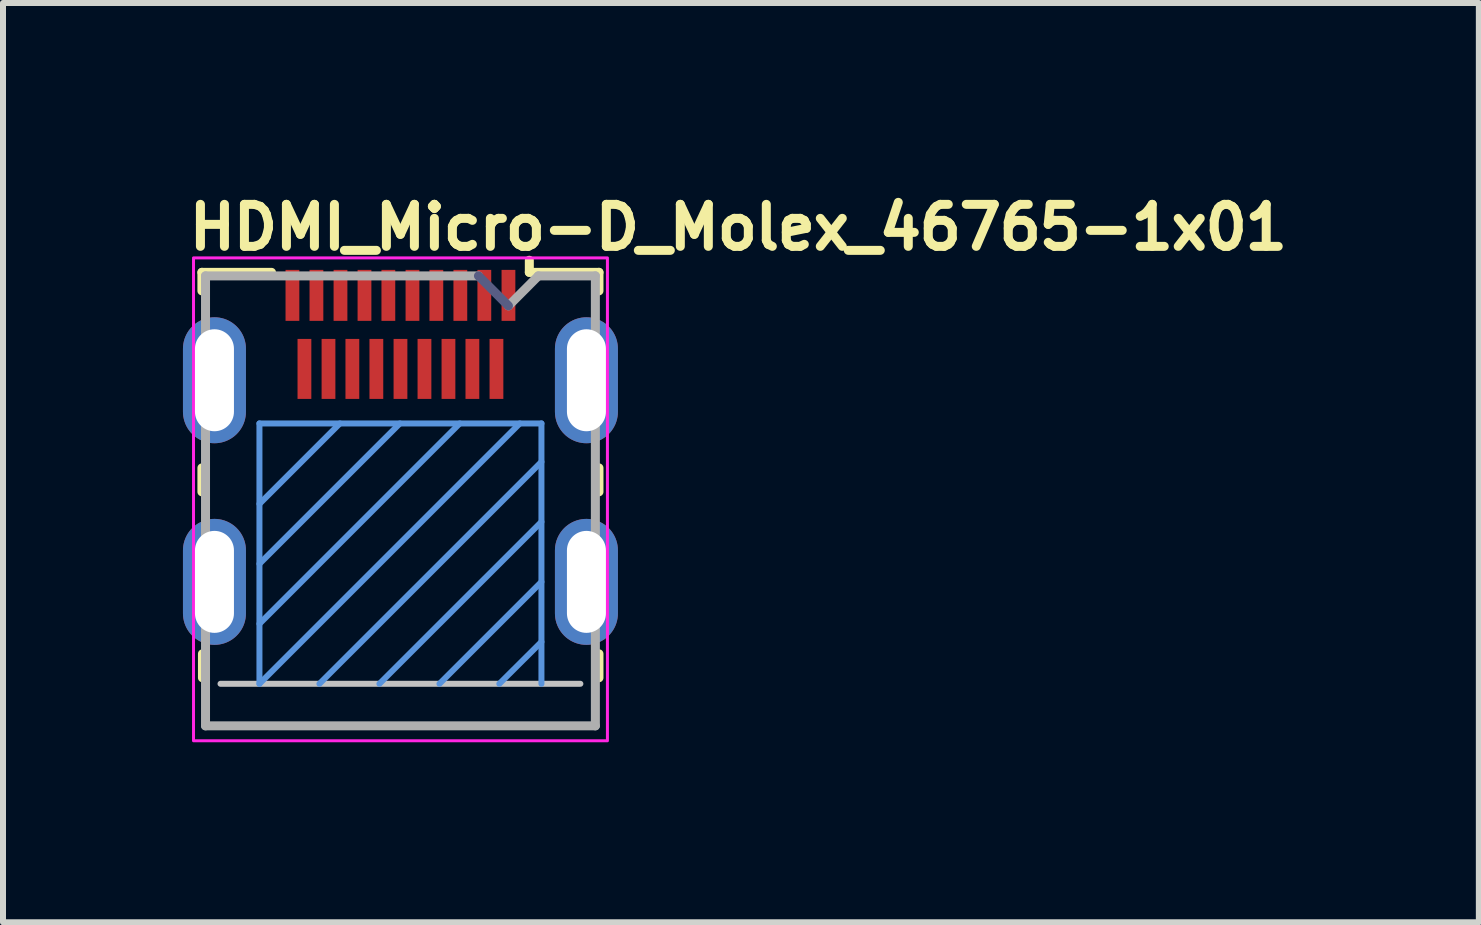
<source format=kicad_pcb>
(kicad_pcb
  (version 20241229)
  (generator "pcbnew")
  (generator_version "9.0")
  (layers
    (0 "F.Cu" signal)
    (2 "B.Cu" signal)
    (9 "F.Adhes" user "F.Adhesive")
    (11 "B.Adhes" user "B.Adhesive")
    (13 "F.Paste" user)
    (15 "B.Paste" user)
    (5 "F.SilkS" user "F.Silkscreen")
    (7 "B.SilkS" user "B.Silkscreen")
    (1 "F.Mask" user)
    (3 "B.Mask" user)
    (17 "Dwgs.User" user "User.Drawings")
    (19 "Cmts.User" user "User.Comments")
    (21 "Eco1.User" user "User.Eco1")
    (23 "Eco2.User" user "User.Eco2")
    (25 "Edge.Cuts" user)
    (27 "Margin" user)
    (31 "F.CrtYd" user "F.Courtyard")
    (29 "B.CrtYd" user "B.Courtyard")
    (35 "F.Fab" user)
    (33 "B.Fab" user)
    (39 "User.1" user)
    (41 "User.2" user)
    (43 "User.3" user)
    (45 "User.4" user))
  (footprint "HDMI_Micro-D_Molex_46765-1x01"
    (layer "F.Cu")
    (at 3.626 5.35)
    (property "Reference" "HDMI_Micro-D_Molex_46765-1x01" (at -3.6 -4.2 0) (layer "F.SilkS") (effects (font (size 0.7 0.7) (thickness 0.15)) (justify left bottom)))
    (attr smd)
    (fp_line (start -3.31 -3.86) (end -2.15 -3.86) (stroke (width 0.15) (type solid)) (layer "F.SilkS"))
    (fp_line (start -3.31 -3.551) (end -3.31 -3.86) (stroke (width 0.15) (type solid)) (layer "F.SilkS"))
    (fp_line (start -3.31 -0.201) (end -3.31 -0.6) (stroke (width 0.15) (type solid)) (layer "F.SilkS"))
    (fp_line (start -3.301 2.899) (end -3.301 2.499) (stroke (width 0.15) (type solid)) (layer "F.SilkS"))
    (fp_line (start 2.148 -3.86) (end 2.148 -4.061) (stroke (width 0.15) (type solid)) (layer "F.SilkS"))
    (fp_line (start 2.148 -3.86) (end 3.309 -3.86) (stroke (width 0.15) (type solid)) (layer "F.SilkS"))
    (fp_line (start 3.309 -3.86) (end 3.309 -3.551) (stroke (width 0.15) (type solid)) (layer "F.SilkS"))
    (fp_line (start 3.309 -0.6) (end 3.309 -0.201) (stroke (width 0.15) (type solid)) (layer "F.SilkS"))
    (fp_line (start 3.309 2.499) (end 3.309 2.899) (stroke (width 0.15) (type solid)) (layer "F.SilkS"))
    (fp_line (start -3 2.999) (end 2.999 2.999) (stroke (width 0.1) (type solid)) (layer "Dwgs.User"))
    (fp_line (start -2.351 -1.341) (end 2.35 -1.341) (stroke (width 0.1) (type solid)) (layer "Cmts.User"))
    (fp_line (start -2.351 0) (end -1.01 -1.341) (stroke (width 0.1) (type solid)) (layer "Cmts.User"))
    (fp_line (start -2.351 0.999) (end -0.01 -1.341) (stroke (width 0.1) (type solid)) (layer "Cmts.User"))
    (fp_line (start -2.351 1.999) (end 0.988 -1.341) (stroke (width 0.1) (type solid)) (layer "Cmts.User"))
    (fp_line (start -2.351 2.999) (end -2.351 -1.341) (stroke (width 0.1) (type solid)) (layer "Cmts.User"))
    (fp_line (start -2.351 2.999) (end 1.989 -1.341) (stroke (width 0.1) (type solid)) (layer "Cmts.User"))
    (fp_line (start -1.351 2.999) (end 2.35 -0.701) (stroke (width 0.1) (type solid)) (layer "Cmts.User"))
    (fp_line (start -0.351 2.999) (end 2.35 0.299) (stroke (width 0.1) (type solid)) (layer "Cmts.User"))
    (fp_line (start 0.65 2.999) (end 2.35 1.3) (stroke (width 0.1) (type solid)) (layer "Cmts.User"))
    (fp_line (start 1.648 2.999) (end 2.35 2.3) (stroke (width 0.1) (type solid)) (layer "Cmts.User"))
    (fp_line (start 2.35 -1.341) (end 2.35 2.999) (stroke (width 0.1) (type solid)) (layer "Cmts.User"))
    (fp_rect (start -3.45 -4.101) (end 3.45 3.949) (stroke (width 0.05) (type solid)) (fill no) (layer "F.CrtYd"))
    (fp_line (start 1.8 -3.301) (end 1.3 -3.801) (stroke (width 0.15) (type solid)) (layer "B.Fab"))
    (fp_line (start -3.25 -3.801) (end 1.3 -3.801) (stroke (width 0.15) (type solid)) (layer "F.Fab"))
    (fp_line (start -3.25 3.7) (end -3.25 -3.801) (stroke (width 0.15) (type solid)) (layer "F.Fab"))
    (fp_line (start 1.8 -3.301) (end 2.298 -3.801) (stroke (width 0.15) (type solid)) (layer "F.Fab"))
    (fp_line (start 2.298 -3.801) (end 3.249 -3.801) (stroke (width 0.15) (type solid)) (layer "F.Fab"))
    (fp_line (start 3.249 -3.801) (end 3.249 3.7) (stroke (width 0.15) (type solid)) (layer "F.Fab"))
    (fp_line (start 3.249 3.7) (end -3.25 3.7) (stroke (width 0.15) (type solid)) (layer "F.Fab"))
    (fp_rect (start -3.25 -3.751) (end 3.249 3.749) (stroke (width 0.1) (type solid)) (fill no) (layer "User.5"))
    (fp_line (start -3.25 -3.75) (end -3.25 3.749) (stroke (width 0.02) (type solid)) (layer "User.9"))
    (fp_line (start -3.25 -3.75) (end -3.12 -3.75) (stroke (width 0.02) (type solid)) (layer "User.9"))
    (fp_line (start -3.12 -3.75) (end -3.12 -3.75) (stroke (width 0.02) (type solid)) (layer "User.9"))
    (fp_line (start -3.12 -3.75) (end -2.801 -3.75) (stroke (width 0.02) (type solid)) (layer "User.9"))
    (fp_line (start -3.12 3.749) (end -3.25 3.749) (stroke (width 0.02) (type solid)) (layer "User.9"))
    (fp_line (start -3.12 3.749) (end -3.12 3.749) (stroke (width 0.02) (type solid)) (layer "User.9"))
    (fp_line (start -2.801 -3.75) (end -1.893 -3.75) (stroke (width 0.02) (type solid)) (layer "User.9"))
    (fp_line (start -2.801 3.749) (end -3.12 3.749) (stroke (width 0.02) (type solid)) (layer "User.9"))
    (fp_line (start -2.5 -2.15) (end -2.5 0.55) (stroke (width 0.02) (type solid)) (layer "User.9"))
    (fp_line (start -2.5 0.55) (end 2.499 0.55) (stroke (width 0.02) (type solid)) (layer "User.9"))
    (fp_line (start -2.406 0.846) (end -2.404 0.839) (stroke (width 0.02) (type solid)) (layer "User.9"))
    (fp_line (start -2.404 0.832) (end -2.403 0.824) (stroke (width 0.02) (type solid)) (layer "User.9"))
    (fp_line (start -2.404 0.839) (end -2.404 0.832) (stroke (width 0.02) (type solid)) (layer "User.9"))
    (fp_line (start -2.404 0.854) (end -2.406 0.846) (stroke (width 0.02) (type solid)) (layer "User.9"))
    (fp_line (start -2.404 0.862) (end -2.404 0.854) (stroke (width 0.02) (type solid)) (layer "User.9"))
    (fp_line (start -2.403 0.824) (end -2.402 0.816) (stroke (width 0.02) (type solid)) (layer "User.9"))
    (fp_line (start -2.402 0.816) (end -2.4 0.809) (stroke (width 0.02) (type solid)) (layer "User.9"))
    (fp_line (start -2.4 0.809) (end -2.399 0.801) (stroke (width 0.02) (type solid)) (layer "User.9"))
    (fp_line (start -2.399 0.801) (end -2.395 0.794) (stroke (width 0.02) (type solid)) (layer "User.9"))
    (fp_line (start -2.395 0.794) (end -2.392 0.786) (stroke (width 0.02) (type solid)) (layer "User.9"))
    (fp_line (start -2.392 0.786) (end -2.39 0.779) (stroke (width 0.02) (type solid)) (layer "User.9"))
    (fp_line (start -2.39 0.779) (end -2.386 0.772) (stroke (width 0.02) (type solid)) (layer "User.9"))
    (fp_line (start -2.386 0.772) (end -2.382 0.765) (stroke (width 0.02) (type solid)) (layer "User.9"))
    (fp_line (start -2.382 0.765) (end -2.376 0.758) (stroke (width 0.02) (type solid)) (layer "User.9"))
    (fp_line (start -2.376 0.758) (end -2.372 0.752) (stroke (width 0.02) (type solid)) (layer "User.9"))
    (fp_line (start -2.372 0.752) (end -2.367 0.746) (stroke (width 0.02) (type solid)) (layer "User.9"))
    (fp_line (start -2.367 0.746) (end -2.367 0.746) (stroke (width 0.02) (type solid)) (layer "User.9"))
    (fp_line (start -2.367 0.746) (end -2.362 0.74) (stroke (width 0.02) (type solid)) (layer "User.9"))
    (fp_line (start -2.362 0.74) (end -2.355 0.734) (stroke (width 0.02) (type solid)) (layer "User.9"))
    (fp_line (start -2.355 0.734) (end -2.35 0.729) (stroke (width 0.02) (type solid)) (layer "User.9"))
    (fp_line (start -2.35 0.729) (end -2.343 0.724) (stroke (width 0.02) (type solid)) (layer "User.9"))
    (fp_line (start -2.343 0.724) (end -2.336 0.72) (stroke (width 0.02) (type solid)) (layer "User.9"))
    (fp_line (start -2.336 0.72) (end -2.331 0.716) (stroke (width 0.02) (type solid)) (layer "User.9"))
    (fp_line (start -2.331 0.716) (end -2.323 0.712) (stroke (width 0.02) (type solid)) (layer "User.9"))
    (fp_line (start -2.323 0.712) (end -2.316 0.709) (stroke (width 0.02) (type solid)) (layer "User.9"))
    (fp_line (start -2.316 0.709) (end -2.31 0.706) (stroke (width 0.02) (type solid)) (layer "User.9"))
    (fp_line (start -2.31 0.706) (end -2.302 0.703) (stroke (width 0.02) (type solid)) (layer "User.9"))
    (fp_line (start -2.302 0.703) (end -2.294 0.702) (stroke (width 0.02) (type solid)) (layer "User.9"))
    (fp_line (start -2.294 0.702) (end -2.286 0.7) (stroke (width 0.02) (type solid)) (layer "User.9"))
    (fp_line (start -2.286 0.7) (end -2.278 0.699) (stroke (width 0.02) (type solid)) (layer "User.9"))
    (fp_line (start -2.279 1.985) (end -2.404 0.862) (stroke (width 0.02) (type solid)) (layer "User.9"))
    (fp_line (start -2.279 2.3) (end -2.266 2.3) (stroke (width 0.02) (type solid)) (layer "User.9"))
    (fp_line (start -2.279 3.024) (end -2.279 1.985) (stroke (width 0.02) (type solid)) (layer "User.9"))
    (fp_line (start -2.279 3.032) (end -2.279 3.024) (stroke (width 0.02) (type solid)) (layer "User.9"))
    (fp_line (start -2.278 0.699) (end -2.271 0.698) (stroke (width 0.02) (type solid)) (layer "User.9"))
    (fp_line (start -2.278 3.04) (end -2.279 3.032) (stroke (width 0.02) (type solid)) (layer "User.9"))
    (fp_line (start -2.278 3.047) (end -2.278 3.04) (stroke (width 0.02) (type solid)) (layer "User.9"))
    (fp_line (start -2.277 3.055) (end -2.278 3.047) (stroke (width 0.02) (type solid)) (layer "User.9"))
    (fp_line (start -2.274 3.063) (end -2.277 3.055) (stroke (width 0.02) (type solid)) (layer "User.9"))
    (fp_line (start -2.273 3.07) (end -2.274 3.063) (stroke (width 0.02) (type solid)) (layer "User.9"))
    (fp_line (start -2.271 0.698) (end -2.263 0.697) (stroke (width 0.02) (type solid)) (layer "User.9"))
    (fp_line (start -2.27 3.076) (end -2.273 3.07) (stroke (width 0.02) (type solid)) (layer "User.9"))
    (fp_line (start -2.267 3.084) (end -2.27 3.076) (stroke (width 0.02) (type solid)) (layer "User.9"))
    (fp_line (start -2.266 2.3) (end -2.157 2.3) (stroke (width 0.02) (type solid)) (layer "User.9"))
    (fp_line (start -2.265 3.089) (end -2.267 3.084) (stroke (width 0.02) (type solid)) (layer "User.9"))
    (fp_line (start -2.263 0.697) (end -2.255 0.697) (stroke (width 0.02) (type solid)) (layer "User.9"))
    (fp_line (start -2.262 3.096) (end -2.265 3.089) (stroke (width 0.02) (type solid)) (layer "User.9"))
    (fp_line (start -2.258 3.103) (end -2.262 3.096) (stroke (width 0.02) (type solid)) (layer "User.9"))
    (fp_line (start -2.254 3.108) (end -2.258 3.103) (stroke (width 0.02) (type solid)) (layer "User.9"))
    (fp_line (start -2.25 3.115) (end -2.254 3.108) (stroke (width 0.02) (type solid)) (layer "User.9"))
    (fp_line (start -2.246 3.12) (end -2.25 3.115) (stroke (width 0.02) (type solid)) (layer "User.9"))
    (fp_line (start -2.241 3.125) (end -2.246 3.12) (stroke (width 0.02) (type solid)) (layer "User.9"))
    (fp_line (start -2.235 3.131) (end -2.241 3.125) (stroke (width 0.02) (type solid)) (layer "User.9"))
    (fp_line (start -2.23 3.136) (end -2.235 3.131) (stroke (width 0.02) (type solid)) (layer "User.9"))
    (fp_line (start -2.225 3.14) (end -2.23 3.136) (stroke (width 0.02) (type solid)) (layer "User.9"))
    (fp_line (start -2.219 3.145) (end -2.225 3.14) (stroke (width 0.02) (type solid)) (layer "User.9"))
    (fp_line (start -2.214 3.149) (end -2.219 3.145) (stroke (width 0.02) (type solid)) (layer "User.9"))
    (fp_line (start -2.207 3.153) (end -2.214 3.149) (stroke (width 0.02) (type solid)) (layer "User.9"))
    (fp_line (start -2.202 0.697) (end -2.255 0.697) (stroke (width 0.02) (type solid)) (layer "User.9"))
    (fp_line (start -2.202 0.697) (end -2.195 0.697) (stroke (width 0.02) (type solid)) (layer "User.9"))
    (fp_line (start -2.202 3.156) (end -2.207 3.153) (stroke (width 0.02) (type solid)) (layer "User.9"))
    (fp_line (start -2.195 0.697) (end -2.189 0.697) (stroke (width 0.02) (type solid)) (layer "User.9"))
    (fp_line (start -2.194 3.16) (end -2.202 3.156) (stroke (width 0.02) (type solid)) (layer "User.9"))
    (fp_line (start -2.189 0.697) (end -2.182 0.698) (stroke (width 0.02) (type solid)) (layer "User.9"))
    (fp_line (start -2.187 3.164) (end -2.194 3.16) (stroke (width 0.02) (type solid)) (layer "User.9"))
    (fp_line (start -2.182 0.698) (end -2.176 0.699) (stroke (width 0.02) (type solid)) (layer "User.9"))
    (fp_line (start -2.182 3.165) (end -2.187 3.164) (stroke (width 0.02) (type solid)) (layer "User.9"))
    (fp_line (start -2.176 0.699) (end -2.169 0.701) (stroke (width 0.02) (type solid)) (layer "User.9"))
    (fp_line (start -2.174 3.168) (end -2.182 3.165) (stroke (width 0.02) (type solid)) (layer "User.9"))
    (fp_line (start -2.169 0.701) (end -2.161 0.702) (stroke (width 0.02) (type solid)) (layer "User.9"))
    (fp_line (start -2.168 3.171) (end -2.174 3.168) (stroke (width 0.02) (type solid)) (layer "User.9"))
    (fp_line (start -2.161 0.702) (end -2.156 0.703) (stroke (width 0.02) (type solid)) (layer "User.9"))
    (fp_line (start -2.16 3.172) (end -2.168 3.171) (stroke (width 0.02) (type solid)) (layer "User.9"))
    (fp_line (start -2.157 2.3) (end -1.992 2.3) (stroke (width 0.02) (type solid)) (layer "User.9"))
    (fp_line (start -2.156 0.703) (end -2.149 0.706) (stroke (width 0.02) (type solid)) (layer "User.9"))
    (fp_line (start -2.153 3.173) (end -2.16 3.172) (stroke (width 0.02) (type solid)) (layer "User.9"))
    (fp_line (start -2.15 1.789) (end -2.15 0.705) (stroke (width 0.02) (type solid)) (layer "User.9"))
    (fp_line (start -2.15 2.14) (end -2.15 1.789) (stroke (width 0.02) (type solid)) (layer "User.9"))
    (fp_line (start -2.15 2.14) (end -2.15 2.144) (stroke (width 0.02) (type solid)) (layer "User.9"))
    (fp_line (start -2.15 2.144) (end -2.15 2.151) (stroke (width 0.02) (type solid)) (layer "User.9"))
    (fp_line (start -2.15 2.151) (end -2.15 2.156) (stroke (width 0.02) (type solid)) (layer "User.9"))
    (fp_line (start -2.15 2.156) (end -2.149 2.163) (stroke (width 0.02) (type solid)) (layer "User.9"))
    (fp_line (start -2.149 0.706) (end -2.142 0.708) (stroke (width 0.02) (type solid)) (layer "User.9"))
    (fp_line (start -2.149 2.163) (end -2.149 2.168) (stroke (width 0.02) (type solid)) (layer "User.9"))
    (fp_line (start -2.149 2.168) (end -2.148 2.173) (stroke (width 0.02) (type solid)) (layer "User.9"))
    (fp_line (start -2.148 2.173) (end -2.145 2.18) (stroke (width 0.02) (type solid)) (layer "User.9"))
    (fp_line (start -2.145 2.18) (end -2.145 2.185) (stroke (width 0.02) (type solid)) (layer "User.9"))
    (fp_line (start -2.145 2.185) (end -2.142 2.192) (stroke (width 0.02) (type solid)) (layer "User.9"))
    (fp_line (start -2.145 3.175) (end -2.153 3.173) (stroke (width 0.02) (type solid)) (layer "User.9"))
    (fp_line (start -2.142 0.708) (end -2.137 0.711) (stroke (width 0.02) (type solid)) (layer "User.9"))
    (fp_line (start -2.142 2.192) (end -2.141 2.197) (stroke (width 0.02) (type solid)) (layer "User.9"))
    (fp_line (start -2.141 2.197) (end -2.137 2.202) (stroke (width 0.02) (type solid)) (layer "User.9"))
    (fp_line (start -2.138 2.202) (end -2.14 2.198) (stroke (width 0.02) (type solid)) (layer "User.9"))
    (fp_line (start -2.137 0.711) (end -2.13 0.714) (stroke (width 0.02) (type solid)) (layer "User.9"))
    (fp_line (start -2.137 2.202) (end -2.134 2.209) (stroke (width 0.02) (type solid)) (layer "User.9"))
    (fp_line (start -2.137 2.205) (end -2.138 2.202) (stroke (width 0.02) (type solid)) (layer "User.9"))
    (fp_line (start -2.137 3.175) (end -2.145 3.175) (stroke (width 0.02) (type solid)) (layer "User.9"))
    (fp_line (start -2.134 2.209) (end -2.137 2.205) (stroke (width 0.02) (type solid)) (layer "User.9"))
    (fp_line (start -2.134 2.209) (end -2.133 2.213) (stroke (width 0.02) (type solid)) (layer "User.9"))
    (fp_line (start -2.133 2.213) (end -2.134 2.209) (stroke (width 0.02) (type solid)) (layer "User.9"))
    (fp_line (start -2.133 2.213) (end -2.129 2.22) (stroke (width 0.02) (type solid)) (layer "User.9"))
    (fp_line (start -2.132 2.217) (end -2.133 2.213) (stroke (width 0.02) (type solid)) (layer "User.9"))
    (fp_line (start -2.13 0.714) (end -2.125 0.717) (stroke (width 0.02) (type solid)) (layer "User.9"))
    (fp_line (start -2.129 2.22) (end -2.132 2.217) (stroke (width 0.02) (type solid)) (layer "User.9"))
    (fp_line (start -2.129 2.22) (end -2.125 2.225) (stroke (width 0.02) (type solid)) (layer "User.9"))
    (fp_line (start -2.129 3.175) (end -2.137 3.175) (stroke (width 0.02) (type solid)) (layer "User.9"))
    (fp_line (start -2.128 2.222) (end -2.129 2.22) (stroke (width 0.02) (type solid)) (layer "User.9"))
    (fp_line (start -2.125 0.717) (end -2.12 0.721) (stroke (width 0.02) (type solid)) (layer "User.9"))
    (fp_line (start -2.125 2.225) (end -2.121 2.232) (stroke (width 0.02) (type solid)) (layer "User.9"))
    (fp_line (start -2.125 2.226) (end -2.128 2.222) (stroke (width 0.02) (type solid)) (layer "User.9"))
    (fp_line (start -2.124 2.229) (end -2.125 2.226) (stroke (width 0.02) (type solid)) (layer "User.9"))
    (fp_line (start -2.121 2.232) (end -2.121 2.232) (stroke (width 0.02) (type solid)) (layer "User.9"))
    (fp_line (start -2.121 2.232) (end -2.117 2.237) (stroke (width 0.02) (type solid)) (layer "User.9"))
    (fp_line (start -2.121 2.233) (end -2.124 2.229) (stroke (width 0.02) (type solid)) (layer "User.9"))
    (fp_line (start -2.12 0.721) (end -2.114 0.725) (stroke (width 0.02) (type solid)) (layer "User.9"))
    (fp_line (start -2.118 2.236) (end -2.121 2.233) (stroke (width 0.02) (type solid)) (layer "User.9"))
    (fp_line (start -2.117 2.237) (end -2.112 2.245) (stroke (width 0.02) (type solid)) (layer "User.9"))
    (fp_line (start -2.117 2.238) (end -2.118 2.236) (stroke (width 0.02) (type solid)) (layer "User.9"))
    (fp_line (start -2.114 0.725) (end -2.109 0.729) (stroke (width 0.02) (type solid)) (layer "User.9"))
    (fp_line (start -2.114 2.241) (end -2.117 2.238) (stroke (width 0.02) (type solid)) (layer "User.9"))
    (fp_line (start -2.112 2.245) (end -2.114 2.241) (stroke (width 0.02) (type solid)) (layer "User.9"))
    (fp_line (start -2.112 2.245) (end -2.105 2.25) (stroke (width 0.02) (type solid)) (layer "User.9"))
    (fp_line (start -2.109 0.729) (end -2.104 0.733) (stroke (width 0.02) (type solid)) (layer "User.9"))
    (fp_line (start -2.109 2.248) (end -2.112 2.245) (stroke (width 0.02) (type solid)) (layer "User.9"))
    (fp_line (start -2.106 2.25) (end -2.109 2.248) (stroke (width 0.02) (type solid)) (layer "User.9"))
    (fp_line (start -2.105 2.25) (end -2.1 2.257) (stroke (width 0.02) (type solid)) (layer "User.9"))
    (fp_line (start -2.104 0.733) (end -2.098 0.738) (stroke (width 0.02) (type solid)) (layer "User.9"))
    (fp_line (start -2.1 2.257) (end -2.093 2.262) (stroke (width 0.02) (type solid)) (layer "User.9"))
    (fp_line (start -2.098 0.738) (end -2.094 0.742) (stroke (width 0.02) (type solid)) (layer "User.9"))
    (fp_line (start -2.094 0.742) (end -2.089 0.747) (stroke (width 0.02) (type solid)) (layer "User.9"))
    (fp_line (start -2.093 2.262) (end -2.085 2.269) (stroke (width 0.02) (type solid)) (layer "User.9"))
    (fp_line (start -2.089 0.747) (end -2.085 0.752) (stroke (width 0.02) (type solid)) (layer "User.9"))
    (fp_line (start -2.085 0.752) (end -2.081 0.758) (stroke (width 0.02) (type solid)) (layer "User.9"))
    (fp_line (start -2.085 2.269) (end -2.077 2.273) (stroke (width 0.02) (type solid)) (layer "User.9"))
    (fp_line (start -2.081 -2.576) (end -2.08 -2.584) (stroke (width 0.02) (type solid)) (layer "User.9"))
    (fp_line (start -2.081 -2.569) (end -2.081 -2.576) (stroke (width 0.02) (type solid)) (layer "User.9"))
    (fp_line (start -2.081 -2.56) (end -2.081 -2.569) (stroke (width 0.02) (type solid)) (layer "User.9"))
    (fp_line (start -2.081 -2.54) (end -2.081 -2.56) (stroke (width 0.02) (type solid)) (layer "User.9"))
    (fp_line (start -2.081 -2.533) (end -2.081 -2.54) (stroke (width 0.02) (type solid)) (layer "User.9"))
    (fp_line (start -2.081 -2.525) (end -2.081 -2.533) (stroke (width 0.02) (type solid)) (layer "User.9"))
    (fp_line (start -2.081 0.758) (end -2.077 0.763) (stroke (width 0.02) (type solid)) (layer "User.9"))
    (fp_line (start -2.08 -2.584) (end -2.078 -2.59) (stroke (width 0.02) (type solid)) (layer "User.9"))
    (fp_line (start -2.08 -2.519) (end -2.081 -2.525) (stroke (width 0.02) (type solid)) (layer "User.9"))
    (fp_line (start -2.078 -2.59) (end -2.077 -2.597) (stroke (width 0.02) (type solid)) (layer "User.9"))
    (fp_line (start -2.077 -2.597) (end -2.074 -2.605) (stroke (width 0.02) (type solid)) (layer "User.9"))
    (fp_line (start -2.077 -2.511) (end -2.08 -2.519) (stroke (width 0.02) (type solid)) (layer "User.9"))
    (fp_line (start -2.077 -2.504) (end -2.077 -2.511) (stroke (width 0.02) (type solid)) (layer "User.9"))
    (fp_line (start -2.077 0.763) (end -2.074 0.77) (stroke (width 0.02) (type solid)) (layer "User.9"))
    (fp_line (start -2.077 2.273) (end -2.069 2.278) (stroke (width 0.02) (type solid)) (layer "User.9"))
    (fp_line (start -2.074 -2.605) (end -2.073 -2.612) (stroke (width 0.02) (type solid)) (layer "User.9"))
    (fp_line (start -2.074 -2.496) (end -2.077 -2.504) (stroke (width 0.02) (type solid)) (layer "User.9"))
    (fp_line (start -2.074 0.77) (end -2.07 0.776) (stroke (width 0.02) (type solid)) (layer "User.9"))
    (fp_line (start -2.073 -2.612) (end -2.069 -2.618) (stroke (width 0.02) (type solid)) (layer "User.9"))
    (fp_line (start -2.072 -2.489) (end -2.074 -2.496) (stroke (width 0.02) (type solid)) (layer "User.9"))
    (fp_line (start -2.07 0.776) (end -2.068 0.782) (stroke (width 0.02) (type solid)) (layer "User.9"))
    (fp_line (start -2.069 -2.618) (end -2.066 -2.625) (stroke (width 0.02) (type solid)) (layer "User.9"))
    (fp_line (start -2.069 -2.483) (end -2.072 -2.489) (stroke (width 0.02) (type solid)) (layer "User.9"))
    (fp_line (start -2.069 2.278) (end -2.061 2.284) (stroke (width 0.02) (type solid)) (layer "User.9"))
    (fp_line (start -2.068 0.782) (end -2.065 0.788) (stroke (width 0.02) (type solid)) (layer "User.9"))
    (fp_line (start -2.066 -2.625) (end -2.064 -2.632) (stroke (width 0.02) (type solid)) (layer "User.9"))
    (fp_line (start -2.066 -2.476) (end -2.069 -2.483) (stroke (width 0.02) (type solid)) (layer "User.9"))
    (fp_line (start -2.065 0.788) (end -2.062 0.794) (stroke (width 0.02) (type solid)) (layer "User.9"))
    (fp_line (start -2.064 -2.632) (end -2.06 -2.638) (stroke (width 0.02) (type solid)) (layer "User.9"))
    (fp_line (start -2.062 -2.469) (end -2.066 -2.476) (stroke (width 0.02) (type solid)) (layer "User.9"))
    (fp_line (start -2.062 0.794) (end -2.061 0.8) (stroke (width 0.02) (type solid)) (layer "User.9"))
    (fp_line (start -2.061 0.8) (end -2.058 0.807) (stroke (width 0.02) (type solid)) (layer "User.9"))
    (fp_line (start -2.061 2.284) (end -2.056 2.285) (stroke (width 0.02) (type solid)) (layer "User.9"))
    (fp_line (start -2.06 -2.638) (end -2.056 -2.645) (stroke (width 0.02) (type solid)) (layer "User.9"))
    (fp_line (start -2.06 -2.464) (end -2.062 -2.469) (stroke (width 0.02) (type solid)) (layer "User.9"))
    (fp_line (start -2.058 0.807) (end -2.057 0.814) (stroke (width 0.02) (type solid)) (layer "User.9"))
    (fp_line (start -2.057 0.814) (end -2.056 0.821) (stroke (width 0.02) (type solid)) (layer "User.9"))
    (fp_line (start -2.056 -2.645) (end -2.052 -2.65) (stroke (width 0.02) (type solid)) (layer "User.9"))
    (fp_line (start -2.056 -2.457) (end -2.06 -2.464) (stroke (width 0.02) (type solid)) (layer "User.9"))
    (fp_line (start -2.056 0.821) (end -2.054 0.828) (stroke (width 0.02) (type solid)) (layer "User.9"))
    (fp_line (start -2.056 2.285) (end -2.052 2.288) (stroke (width 0.02) (type solid)) (layer "User.9"))
    (fp_line (start -2.054 0.828) (end -1.93 1.794) (stroke (width 0.02) (type solid)) (layer "User.9"))
    (fp_line (start -2.052 -2.65) (end -2.048 -2.657) (stroke (width 0.02) (type solid)) (layer "User.9"))
    (fp_line (start -2.052 -2.452) (end -2.056 -2.457) (stroke (width 0.02) (type solid)) (layer "User.9"))
    (fp_line (start -2.052 2.288) (end -2.047 2.289) (stroke (width 0.02) (type solid)) (layer "User.9"))
    (fp_line (start -2.048 -2.657) (end -2.043 -2.661) (stroke (width 0.02) (type solid)) (layer "User.9"))
    (fp_line (start -2.047 -2.445) (end -2.052 -2.452) (stroke (width 0.02) (type solid)) (layer "User.9"))
    (fp_line (start -2.047 2.289) (end -2.041 2.29) (stroke (width 0.02) (type solid)) (layer "User.9"))
    (fp_line (start -2.043 -2.661) (end -2.037 -2.668) (stroke (width 0.02) (type solid)) (layer "User.9"))
    (fp_line (start -2.043 -2.44) (end -2.047 -2.445) (stroke (width 0.02) (type solid)) (layer "User.9"))
    (fp_line (start -2.041 2.29) (end -2.037 2.293) (stroke (width 0.02) (type solid)) (layer "User.9"))
    (fp_line (start -2.037 -2.668) (end -2.037 -2.668) (stroke (width 0.02) (type solid)) (layer "User.9"))
    (fp_line (start -2.037 -2.668) (end -2.032 -2.673) (stroke (width 0.02) (type solid)) (layer "User.9"))
    (fp_line (start -2.037 -2.435) (end -2.043 -2.44) (stroke (width 0.02) (type solid)) (layer "User.9"))
    (fp_line (start -2.037 2.293) (end -2.032 2.293) (stroke (width 0.02) (type solid)) (layer "User.9"))
    (fp_line (start -2.032 -2.673) (end -2.027 -2.677) (stroke (width 0.02) (type solid)) (layer "User.9"))
    (fp_line (start -2.032 -2.43) (end -2.037 -2.435) (stroke (width 0.02) (type solid)) (layer "User.9"))
    (fp_line (start -2.032 2.293) (end -2.05 2.288) (stroke (width 0.02) (type solid)) (layer "User.9"))
    (fp_line (start -2.032 2.293) (end -2.028 2.294) (stroke (width 0.02) (type solid)) (layer "User.9"))
    (fp_line (start -2.028 2.294) (end -2.023 2.296) (stroke (width 0.02) (type solid)) (layer "User.9"))
    (fp_line (start -2.027 -2.677) (end -2.02 -2.681) (stroke (width 0.02) (type solid)) (layer "User.9"))
    (fp_line (start -2.027 -2.426) (end -2.032 -2.43) (stroke (width 0.02) (type solid)) (layer "User.9"))
    (fp_line (start -2.023 2.296) (end -2.017 2.297) (stroke (width 0.02) (type solid)) (layer "User.9"))
    (fp_line (start -2.02 -2.681) (end -2.015 -2.685) (stroke (width 0.02) (type solid)) (layer "User.9"))
    (fp_line (start -2.02 -2.42) (end -2.027 -2.426) (stroke (width 0.02) (type solid)) (layer "User.9"))
    (fp_line (start -2.017 2.297) (end -2.012 2.297) (stroke (width 0.02) (type solid)) (layer "User.9"))
    (fp_line (start -2.015 -2.685) (end -2.008 -2.69) (stroke (width 0.02) (type solid)) (layer "User.9"))
    (fp_line (start -2.015 -2.416) (end -2.02 -2.42) (stroke (width 0.02) (type solid)) (layer "User.9"))
    (fp_line (start -2.012 2.297) (end -2.007 2.298) (stroke (width 0.02) (type solid)) (layer "User.9"))
    (fp_line (start -2.008 -2.69) (end -2.001 -2.694) (stroke (width 0.02) (type solid)) (layer "User.9"))
    (fp_line (start -2.008 -2.412) (end -2.015 -2.416) (stroke (width 0.02) (type solid)) (layer "User.9"))
    (fp_line (start -2.007 2.298) (end -2.001 2.298) (stroke (width 0.02) (type solid)) (layer "User.9"))
    (fp_line (start -2.003 -2.41) (end -2.008 -2.412) (stroke (width 0.02) (type solid)) (layer "User.9"))
    (fp_line (start -2.001 -2.694) (end -1.996 -2.697) (stroke (width 0.02) (type solid)) (layer "User.9"))
    (fp_line (start -2.001 2.298) (end -1.996 2.298) (stroke (width 0.02) (type solid)) (layer "User.9"))
    (fp_line (start -1.996 -2.697) (end -1.988 -2.699) (stroke (width 0.02) (type solid)) (layer "User.9"))
    (fp_line (start -1.996 -2.406) (end -2.003 -2.41) (stroke (width 0.02) (type solid)) (layer "User.9"))
    (fp_line (start -1.996 2.298) (end -1.99 2.3) (stroke (width 0.02) (type solid)) (layer "User.9"))
    (fp_line (start -1.99 -2.403) (end -1.996 -2.406) (stroke (width 0.02) (type solid)) (layer "User.9"))
    (fp_line (start -1.99 2.3) (end -1.93 2.3) (stroke (width 0.02) (type solid)) (layer "User.9"))
    (fp_line (start -1.988 -2.699) (end -1.982 -2.702) (stroke (width 0.02) (type solid)) (layer "User.9"))
    (fp_line (start -1.982 -2.702) (end -1.974 -2.705) (stroke (width 0.02) (type solid)) (layer "User.9"))
    (fp_line (start -1.982 -2.4) (end -1.99 -2.403) (stroke (width 0.02) (type solid)) (layer "User.9"))
    (fp_line (start -1.976 -2.398) (end -1.982 -2.4) (stroke (width 0.02) (type solid)) (layer "User.9"))
    (fp_line (start -1.974 -2.705) (end -1.968 -2.706) (stroke (width 0.02) (type solid)) (layer "User.9"))
    (fp_line (start -1.968 -2.706) (end -1.96 -2.709) (stroke (width 0.02) (type solid)) (layer "User.9"))
    (fp_line (start -1.968 -2.395) (end -1.976 -2.398) (stroke (width 0.02) (type solid)) (layer "User.9"))
    (fp_line (start -1.962 -2.395) (end -1.968 -2.395) (stroke (width 0.02) (type solid)) (layer "User.9"))
    (fp_line (start -1.96 -2.709) (end -1.954 -2.71) (stroke (width 0.02) (type solid)) (layer "User.9"))
    (fp_line (start -1.954 -2.71) (end -1.946 -2.71) (stroke (width 0.02) (type solid)) (layer "User.9"))
    (fp_line (start -1.954 -2.392) (end -1.962 -2.395) (stroke (width 0.02) (type solid)) (layer "User.9"))
    (fp_line (start -1.946 -2.71) (end -1.938 -2.71) (stroke (width 0.02) (type solid)) (layer "User.9"))
    (fp_line (start -1.946 -2.391) (end -1.954 -2.392) (stroke (width 0.02) (type solid)) (layer "User.9"))
    (fp_line (start -1.938 -2.71) (end -1.93 -2.71) (stroke (width 0.02) (type solid)) (layer "User.9"))
    (fp_line (start -1.938 -2.391) (end -1.946 -2.391) (stroke (width 0.02) (type solid)) (layer "User.9"))
    (fp_line (start -1.93 -2.71) (end -1.893 -2.71) (stroke (width 0.02) (type solid)) (layer "User.9"))
    (fp_line (start -1.93 -2.391) (end -1.938 -2.391) (stroke (width 0.02) (type solid)) (layer "User.9"))
    (fp_line (start -1.93 1.789) (end -2.15 1.789) (stroke (width 0.02) (type solid)) (layer "User.9"))
    (fp_line (start -1.93 1.794) (end -1.93 1.852) (stroke (width 0.02) (type solid)) (layer "User.9"))
    (fp_line (start -1.93 2.163) (end -1.93 1.852) (stroke (width 0.02) (type solid)) (layer "User.9"))
    (fp_line (start -1.93 2.193) (end -1.93 2.163) (stroke (width 0.02) (type solid)) (layer "User.9"))
    (fp_line (start -1.93 2.297) (end -1.93 2.193) (stroke (width 0.02) (type solid)) (layer "User.9"))
    (fp_line (start -1.93 2.504) (end -1.93 2.297) (stroke (width 0.02) (type solid)) (layer "User.9"))
    (fp_line (start -1.93 2.504) (end -1.93 2.507) (stroke (width 0.02) (type solid)) (layer "User.9"))
    (fp_line (start -1.93 2.507) (end -1.93 2.511) (stroke (width 0.02) (type solid)) (layer "User.9"))
    (fp_line (start -1.93 2.511) (end -1.93 2.514) (stroke (width 0.02) (type solid)) (layer "User.9"))
    (fp_line (start -1.93 2.514) (end -1.93 2.516) (stroke (width 0.02) (type solid)) (layer "User.9"))
    (fp_line (start -1.93 2.516) (end -1.928 2.519) (stroke (width 0.02) (type solid)) (layer "User.9"))
    (fp_line (start -1.93 2.675) (end -1.93 2.504) (stroke (width 0.02) (type solid)) (layer "User.9"))
    (fp_line (start -1.93 2.683) (end -1.93 2.675) (stroke (width 0.02) (type solid)) (layer "User.9"))
    (fp_line (start -1.928 2.519) (end -1.928 2.523) (stroke (width 0.02) (type solid)) (layer "User.9"))
    (fp_line (start -1.928 2.523) (end -1.928 2.526) (stroke (width 0.02) (type solid)) (layer "User.9"))
    (fp_line (start -1.928 2.526) (end -1.928 2.528) (stroke (width 0.02) (type solid)) (layer "User.9"))
    (fp_line (start -1.928 2.528) (end -1.926 2.531) (stroke (width 0.02) (type solid)) (layer "User.9"))
    (fp_line (start -1.928 2.69) (end -1.93 2.683) (stroke (width 0.02) (type solid)) (layer "User.9"))
    (fp_line (start -1.928 2.698) (end -1.928 2.69) (stroke (width 0.02) (type solid)) (layer "User.9"))
    (fp_line (start -1.926 2.531) (end -1.926 2.535) (stroke (width 0.02) (type solid)) (layer "User.9"))
    (fp_line (start -1.926 2.535) (end -1.926 2.538) (stroke (width 0.02) (type solid)) (layer "User.9"))
    (fp_line (start -1.926 2.538) (end -1.924 2.54) (stroke (width 0.02) (type solid)) (layer "User.9"))
    (fp_line (start -1.926 2.706) (end -1.928 2.698) (stroke (width 0.02) (type solid)) (layer "User.9"))
    (fp_line (start -1.924 2.54) (end -1.924 2.543) (stroke (width 0.02) (type solid)) (layer "User.9"))
    (fp_line (start -1.924 2.543) (end -1.924 2.546) (stroke (width 0.02) (type solid)) (layer "User.9"))
    (fp_line (start -1.924 2.546) (end -1.922 2.548) (stroke (width 0.02) (type solid)) (layer "User.9"))
    (fp_line (start -1.924 2.714) (end -1.926 2.706) (stroke (width 0.02) (type solid)) (layer "User.9"))
    (fp_line (start -1.922 2.548) (end -1.922 2.551) (stroke (width 0.02) (type solid)) (layer "User.9"))
    (fp_line (start -1.922 2.551) (end -1.081 2.551) (stroke (width 0.02) (type solid)) (layer "User.9"))
    (fp_line (start -1.92 2.722) (end -1.924 2.714) (stroke (width 0.02) (type solid)) (layer "User.9"))
    (fp_line (start -1.917 2.571) (end -1.922 2.551) (stroke (width 0.02) (type solid)) (layer "User.9"))
    (fp_line (start -1.917 2.729) (end -1.92 2.722) (stroke (width 0.02) (type solid)) (layer "User.9"))
    (fp_line (start -1.915 2.737) (end -1.917 2.729) (stroke (width 0.02) (type solid)) (layer "User.9"))
    (fp_line (start -1.911 2.588) (end -1.917 2.571) (stroke (width 0.02) (type solid)) (layer "User.9"))
    (fp_line (start -1.911 2.745) (end -1.915 2.737) (stroke (width 0.02) (type solid)) (layer "User.9"))
    (fp_line (start -1.907 2.597) (end -1.911 2.588) (stroke (width 0.02) (type solid)) (layer "User.9"))
    (fp_line (start -1.907 2.752) (end -1.911 2.745) (stroke (width 0.02) (type solid)) (layer "User.9"))
    (fp_line (start -1.905 2.607) (end -1.907 2.597) (stroke (width 0.02) (type solid)) (layer "User.9"))
    (fp_line (start -1.901 2.616) (end -1.905 2.607) (stroke (width 0.02) (type solid)) (layer "User.9"))
    (fp_line (start -1.901 2.758) (end -1.907 2.752) (stroke (width 0.02) (type solid)) (layer "User.9"))
    (fp_line (start -1.897 2.624) (end -1.901 2.616) (stroke (width 0.02) (type solid)) (layer "User.9"))
    (fp_line (start -1.895 2.765) (end -1.901 2.758) (stroke (width 0.02) (type solid)) (layer "User.9"))
    (fp_line (start -1.893 -3.75) (end -1.468 -3.75) (stroke (width 0.02) (type solid)) (layer "User.9"))
    (fp_line (start -1.893 2.632) (end -1.897 2.624) (stroke (width 0.02) (type solid)) (layer "User.9"))
    (fp_line (start -1.891 2.773) (end -1.895 2.765) (stroke (width 0.02) (type solid)) (layer "User.9"))
    (fp_line (start -1.889 2.64) (end -1.893 2.632) (stroke (width 0.02) (type solid)) (layer "User.9"))
    (fp_line (start -1.885 2.778) (end -1.891 2.773) (stroke (width 0.02) (type solid)) (layer "User.9"))
    (fp_line (start -1.883 2.649) (end -1.889 2.64) (stroke (width 0.02) (type solid)) (layer "User.9"))
    (fp_line (start -1.879 2.657) (end -1.883 2.649) (stroke (width 0.02) (type solid)) (layer "User.9"))
    (fp_line (start -1.877 2.785) (end -1.885 2.778) (stroke (width 0.02) (type solid)) (layer "User.9"))
    (fp_line (start -1.875 -2.71) (end -1.875 -2.391) (stroke (width 0.02) (type solid)) (layer "User.9"))
    (fp_line (start -1.873 2.665) (end -1.879 2.657) (stroke (width 0.02) (type solid)) (layer "User.9"))
    (fp_line (start -1.871 2.79) (end -1.877 2.785) (stroke (width 0.02) (type solid)) (layer "User.9"))
    (fp_line (start -1.871 2.79) (end -1.871 2.79) (stroke (width 0.02) (type solid)) (layer "User.9"))
    (fp_line (start -1.869 2.673) (end -1.873 2.665) (stroke (width 0.02) (type solid)) (layer "User.9"))
    (fp_line (start -1.863 2.68) (end -1.869 2.673) (stroke (width 0.02) (type solid)) (layer "User.9"))
    (fp_line (start -1.863 2.797) (end -1.871 2.79) (stroke (width 0.02) (type solid)) (layer "User.9"))
    (fp_line (start -1.857 2.801) (end -1.863 2.797) (stroke (width 0.02) (type solid)) (layer "User.9"))
    (fp_line (start -1.855 2.688) (end -1.863 2.68) (stroke (width 0.02) (type solid)) (layer "User.9"))
    (fp_line (start -1.855 2.688) (end -1.855 2.688) (stroke (width 0.02) (type solid)) (layer "User.9"))
    (fp_line (start -1.849 2.694) (end -1.855 2.688) (stroke (width 0.02) (type solid)) (layer "User.9"))
    (fp_line (start -1.849 2.806) (end -1.857 2.801) (stroke (width 0.02) (type solid)) (layer "User.9"))
    (fp_line (start -1.845 -2.391) (end -1.845 -2.68) (stroke (width 0.02) (type solid)) (layer "User.9"))
    (fp_line (start -1.843 2.701) (end -1.849 2.694) (stroke (width 0.02) (type solid)) (layer "User.9"))
    (fp_line (start -1.841 2.812) (end -1.849 2.806) (stroke (width 0.02) (type solid)) (layer "User.9"))
    (fp_line (start -1.837 2.708) (end -1.843 2.701) (stroke (width 0.02) (type solid)) (layer "User.9"))
    (fp_line (start -1.833 2.815) (end -1.841 2.812) (stroke (width 0.02) (type solid)) (layer "User.9"))
    (fp_line (start -1.829 2.713) (end -1.837 2.708) (stroke (width 0.02) (type solid)) (layer "User.9"))
    (fp_line (start -1.823 2.718) (end -1.829 2.713) (stroke (width 0.02) (type solid)) (layer "User.9"))
    (fp_line (start -1.823 2.819) (end -1.833 2.815) (stroke (width 0.02) (type solid)) (layer "User.9"))
    (fp_line (start -1.815 2.724) (end -1.823 2.718) (stroke (width 0.02) (type solid)) (layer "User.9"))
    (fp_line (start -1.815 2.823) (end -1.823 2.819) (stroke (width 0.02) (type solid)) (layer "User.9"))
    (fp_line (start -1.807 2.729) (end -1.815 2.724) (stroke (width 0.02) (type solid)) (layer "User.9"))
    (fp_line (start -1.807 2.826) (end -1.815 2.823) (stroke (width 0.02) (type solid)) (layer "User.9"))
    (fp_line (start -1.799 2.733) (end -1.807 2.729) (stroke (width 0.02) (type solid)) (layer "User.9"))
    (fp_line (start -1.797 2.83) (end -1.807 2.826) (stroke (width 0.02) (type solid)) (layer "User.9"))
    (fp_line (start -1.792 2.737) (end -1.799 2.733) (stroke (width 0.02) (type solid)) (layer "User.9"))
    (fp_line (start -1.788 2.831) (end -1.797 2.83) (stroke (width 0.02) (type solid)) (layer "User.9"))
    (fp_line (start -1.782 2.741) (end -1.792 2.737) (stroke (width 0.02) (type solid)) (layer "User.9"))
    (fp_line (start -1.778 2.834) (end -1.788 2.831) (stroke (width 0.02) (type solid)) (layer "User.9"))
    (fp_line (start -1.774 -2.71) (end -1.774 -2.68) (stroke (width 0.02) (type solid)) (layer "User.9"))
    (fp_line (start -1.774 2.744) (end -1.782 2.741) (stroke (width 0.02) (type solid)) (layer "User.9"))
    (fp_line (start -1.768 2.835) (end -1.778 2.834) (stroke (width 0.02) (type solid)) (layer "User.9"))
    (fp_line (start -1.766 2.745) (end -1.774 2.744) (stroke (width 0.02) (type solid)) (layer "User.9"))
    (fp_line (start -1.76 2.838) (end -1.768 2.835) (stroke (width 0.02) (type solid)) (layer "User.9"))
    (fp_line (start -1.756 2.748) (end -1.766 2.745) (stroke (width 0.02) (type solid)) (layer "User.9"))
    (fp_line (start -1.75 2.838) (end -1.76 2.838) (stroke (width 0.02) (type solid)) (layer "User.9"))
    (fp_line (start -1.748 2.749) (end -1.756 2.748) (stroke (width 0.02) (type solid)) (layer "User.9"))
    (fp_line (start -1.74 2.838) (end -1.75 2.838) (stroke (width 0.02) (type solid)) (layer "User.9"))
    (fp_line (start -1.738 2.749) (end -1.748 2.749) (stroke (width 0.02) (type solid)) (layer "User.9"))
    (fp_line (start -1.73 2.75) (end -1.738 2.749) (stroke (width 0.02) (type solid)) (layer "User.9"))
    (fp_line (start -1.73 2.839) (end -1.74 2.838) (stroke (width 0.02) (type solid)) (layer "User.9"))
    (fp_line (start -1.686 -2.71) (end -1.686 -2.68) (stroke (width 0.02) (type solid)) (layer "User.9"))
    (fp_line (start -1.516 -2.68) (end -1.516 -2.71) (stroke (width 0.02) (type solid)) (layer "User.9"))
    (fp_line (start -1.468 -3.75) (end -1.115 -3.75) (stroke (width 0.02) (type solid)) (layer "User.9"))
    (fp_line (start -1.468 -2.71) (end -1.893 -2.71) (stroke (width 0.02) (type solid)) (layer "User.9"))
    (fp_line (start -1.285 -2.71) (end -1.285 -2.68) (stroke (width 0.02) (type solid)) (layer "User.9"))
    (fp_line (start -1.272 2.75) (end -1.73 2.75) (stroke (width 0.02) (type solid)) (layer "User.9"))
    (fp_line (start -1.272 2.75) (end -1.264 2.75) (stroke (width 0.02) (type solid)) (layer "User.9"))
    (fp_line (start -1.272 2.839) (end -1.73 2.839) (stroke (width 0.02) (type solid)) (layer "User.9"))
    (fp_line (start -1.264 2.75) (end -1.256 2.749) (stroke (width 0.02) (type solid)) (layer "User.9"))
    (fp_line (start -1.262 2.838) (end -1.272 2.839) (stroke (width 0.02) (type solid)) (layer "User.9"))
    (fp_line (start -1.256 2.749) (end -1.246 2.749) (stroke (width 0.02) (type solid)) (layer "User.9"))
    (fp_line (start -1.252 2.838) (end -1.262 2.838) (stroke (width 0.02) (type solid)) (layer "User.9"))
    (fp_line (start -1.246 2.749) (end -1.238 2.746) (stroke (width 0.02) (type solid)) (layer "User.9"))
    (fp_line (start -1.242 2.838) (end -1.252 2.838) (stroke (width 0.02) (type solid)) (layer "User.9"))
    (fp_line (start -1.238 2.746) (end -1.23 2.745) (stroke (width 0.02) (type solid)) (layer "User.9"))
    (fp_line (start -1.234 2.835) (end -1.242 2.838) (stroke (width 0.02) (type solid)) (layer "User.9"))
    (fp_line (start -1.23 2.745) (end -1.222 2.741) (stroke (width 0.02) (type solid)) (layer "User.9"))
    (fp_line (start -1.224 2.834) (end -1.234 2.835) (stroke (width 0.02) (type solid)) (layer "User.9"))
    (fp_line (start -1.222 2.741) (end -1.214 2.738) (stroke (width 0.02) (type solid)) (layer "User.9"))
    (fp_line (start -1.214 2.738) (end -1.206 2.734) (stroke (width 0.02) (type solid)) (layer "User.9"))
    (fp_line (start -1.214 2.831) (end -1.224 2.834) (stroke (width 0.02) (type solid)) (layer "User.9"))
    (fp_line (start -1.206 2.734) (end -1.198 2.73) (stroke (width 0.02) (type solid)) (layer "User.9"))
    (fp_line (start -1.204 2.83) (end -1.214 2.831) (stroke (width 0.02) (type solid)) (layer "User.9"))
    (fp_line (start -1.198 2.73) (end -1.19 2.725) (stroke (width 0.02) (type solid)) (layer "User.9"))
    (fp_line (start -1.196 2.826) (end -1.204 2.83) (stroke (width 0.02) (type solid)) (layer "User.9"))
    (fp_line (start -1.19 2.725) (end -1.182 2.721) (stroke (width 0.02) (type solid)) (layer "User.9"))
    (fp_line (start -1.186 2.823) (end -1.196 2.826) (stroke (width 0.02) (type solid)) (layer "User.9"))
    (fp_line (start -1.182 2.721) (end -1.176 2.716) (stroke (width 0.02) (type solid)) (layer "User.9"))
    (fp_line (start -1.178 2.819) (end -1.186 2.823) (stroke (width 0.02) (type solid)) (layer "User.9"))
    (fp_line (start -1.176 2.716) (end -1.168 2.709) (stroke (width 0.02) (type solid)) (layer "User.9"))
    (fp_line (start -1.17 2.815) (end -1.178 2.819) (stroke (width 0.02) (type solid)) (layer "User.9"))
    (fp_line (start -1.168 2.709) (end -1.16 2.702) (stroke (width 0.02) (type solid)) (layer "User.9"))
    (fp_line (start -1.162 2.812) (end -1.17 2.815) (stroke (width 0.02) (type solid)) (layer "User.9"))
    (fp_line (start -1.16 2.702) (end -1.154 2.696) (stroke (width 0.02) (type solid)) (layer "User.9"))
    (fp_line (start -1.154 2.696) (end -1.147 2.688) (stroke (width 0.02) (type solid)) (layer "User.9"))
    (fp_line (start -1.154 2.806) (end -1.162 2.812) (stroke (width 0.02) (type solid)) (layer "User.9"))
    (fp_line (start -1.147 2.688) (end -1.147 2.688) (stroke (width 0.02) (type solid)) (layer "User.9"))
    (fp_line (start -1.147 2.688) (end -1.141 2.681) (stroke (width 0.02) (type solid)) (layer "User.9"))
    (fp_line (start -1.145 2.801) (end -1.154 2.806) (stroke (width 0.02) (type solid)) (layer "User.9"))
    (fp_line (start -1.141 2.681) (end -1.135 2.675) (stroke (width 0.02) (type solid)) (layer "User.9"))
    (fp_line (start -1.139 2.797) (end -1.145 2.801) (stroke (width 0.02) (type solid)) (layer "User.9"))
    (fp_line (start -1.135 2.675) (end -1.129 2.668) (stroke (width 0.02) (type solid)) (layer "User.9"))
    (fp_line (start -1.131 2.79) (end -1.139 2.797) (stroke (width 0.02) (type solid)) (layer "User.9"))
    (fp_line (start -1.131 2.79) (end -1.131 2.79) (stroke (width 0.02) (type solid)) (layer "User.9"))
    (fp_line (start -1.129 2.668) (end -1.125 2.66) (stroke (width 0.02) (type solid)) (layer "User.9"))
    (fp_line (start -1.125 2.66) (end -1.119 2.652) (stroke (width 0.02) (type solid)) (layer "User.9"))
    (fp_line (start -1.125 2.785) (end -1.131 2.79) (stroke (width 0.02) (type solid)) (layer "User.9"))
    (fp_line (start -1.119 2.652) (end -1.115 2.644) (stroke (width 0.02) (type solid)) (layer "User.9"))
    (fp_line (start -1.117 2.778) (end -1.125 2.785) (stroke (width 0.02) (type solid)) (layer "User.9"))
    (fp_line (start -1.115 -2.71) (end -1.468 -2.71) (stroke (width 0.02) (type solid)) (layer "User.9"))
    (fp_line (start -1.115 -2.71) (end -1.109 -2.711) (stroke (width 0.02) (type solid)) (layer "User.9"))
    (fp_line (start -1.115 -2.68) (end -1.115 -2.71) (stroke (width 0.02) (type solid)) (layer "User.9"))
    (fp_line (start -1.115 2.644) (end -1.111 2.636) (stroke (width 0.02) (type solid)) (layer "User.9"))
    (fp_line (start -1.111 2.636) (end -1.107 2.628) (stroke (width 0.02) (type solid)) (layer "User.9"))
    (fp_line (start -1.111 2.773) (end -1.117 2.778) (stroke (width 0.02) (type solid)) (layer "User.9"))
    (fp_line (start -1.109 -3.75) (end -1.115 -3.751) (stroke (width 0.02) (type solid)) (layer "User.9"))
    (fp_line (start -1.109 -2.711) (end -1.103 -2.711) (stroke (width 0.02) (type solid)) (layer "User.9"))
    (fp_line (start -1.107 2.628) (end -1.103 2.619) (stroke (width 0.02) (type solid)) (layer "User.9"))
    (fp_line (start -1.107 2.765) (end -1.111 2.773) (stroke (width 0.02) (type solid)) (layer "User.9"))
    (fp_line (start -1.103 -3.75) (end -1.109 -3.75) (stroke (width 0.02) (type solid)) (layer "User.9"))
    (fp_line (start -1.103 -2.711) (end -1.099 -2.713) (stroke (width 0.02) (type solid)) (layer "User.9"))
    (fp_line (start -1.103 2.619) (end -1.099 2.609) (stroke (width 0.02) (type solid)) (layer "User.9"))
    (fp_line (start -1.101 -2.68) (end -1.845 -2.68) (stroke (width 0.02) (type solid)) (layer "User.9"))
    (fp_line (start -1.101 -2.68) (end -1.101 -2.391) (stroke (width 0.02) (type solid)) (layer "User.9"))
    (fp_line (start -1.101 2.758) (end -1.107 2.765) (stroke (width 0.02) (type solid)) (layer "User.9"))
    (fp_line (start -1.099 -3.75) (end -1.103 -3.75) (stroke (width 0.02) (type solid)) (layer "User.9"))
    (fp_line (start -1.099 -2.713) (end -1.093 -2.714) (stroke (width 0.02) (type solid)) (layer "User.9"))
    (fp_line (start -1.099 2.609) (end -1.095 2.6) (stroke (width 0.02) (type solid)) (layer "User.9"))
    (fp_line (start -1.095 2.6) (end -1.091 2.592) (stroke (width 0.02) (type solid)) (layer "User.9"))
    (fp_line (start -1.095 2.752) (end -1.101 2.758) (stroke (width 0.02) (type solid)) (layer "User.9"))
    (fp_line (start -1.093 -3.747) (end -1.099 -3.75) (stroke (width 0.02) (type solid)) (layer "User.9"))
    (fp_line (start -1.093 -2.714) (end -1.087 -2.715) (stroke (width 0.02) (type solid)) (layer "User.9"))
    (fp_line (start -1.091 2.592) (end -1.089 2.581) (stroke (width 0.02) (type solid)) (layer "User.9"))
    (fp_line (start -1.091 2.745) (end -1.095 2.752) (stroke (width 0.02) (type solid)) (layer "User.9"))
    (fp_line (start -1.089 2.581) (end -1.085 2.572) (stroke (width 0.02) (type solid)) (layer "User.9"))
    (fp_line (start -1.087 -3.746) (end -1.093 -3.747) (stroke (width 0.02) (type solid)) (layer "User.9"))
    (fp_line (start -1.087 -2.715) (end -1.083 -2.718) (stroke (width 0.02) (type solid)) (layer "User.9"))
    (fp_line (start -1.087 2.737) (end -1.091 2.745) (stroke (width 0.02) (type solid)) (layer "User.9"))
    (fp_line (start -1.085 2.572) (end -1.083 2.563) (stroke (width 0.02) (type solid)) (layer "User.9"))
    (fp_line (start -1.085 2.729) (end -1.087 2.737) (stroke (width 0.02) (type solid)) (layer "User.9"))
    (fp_line (start -1.083 -3.745) (end -1.087 -3.746) (stroke (width 0.02) (type solid)) (layer "User.9"))
    (fp_line (start -1.083 -2.718) (end -1.077 -2.721) (stroke (width 0.02) (type solid)) (layer "User.9"))
    (fp_line (start -1.083 2.563) (end -1.081 2.551) (stroke (width 0.02) (type solid)) (layer "User.9"))
    (fp_line (start -1.081 2.551) (end -1.079 2.548) (stroke (width 0.02) (type solid)) (layer "User.9"))
    (fp_line (start -1.081 2.722) (end -1.085 2.729) (stroke (width 0.02) (type solid)) (layer "User.9"))
    (fp_line (start -1.079 2.546) (end -1.077 2.543) (stroke (width 0.02) (type solid)) (layer "User.9"))
    (fp_line (start -1.079 2.548) (end -1.079 2.546) (stroke (width 0.02) (type solid)) (layer "User.9"))
    (fp_line (start -1.079 2.714) (end -1.081 2.722) (stroke (width 0.02) (type solid)) (layer "User.9"))
    (fp_line (start -1.077 -3.742) (end -1.083 -3.745) (stroke (width 0.02) (type solid)) (layer "User.9"))
    (fp_line (start -1.077 -2.721) (end -1.073 -2.722) (stroke (width 0.02) (type solid)) (layer "User.9"))
    (fp_line (start -1.077 2.538) (end -1.075 2.535) (stroke (width 0.02) (type solid)) (layer "User.9"))
    (fp_line (start -1.077 2.54) (end -1.077 2.538) (stroke (width 0.02) (type solid)) (layer "User.9"))
    (fp_line (start -1.077 2.543) (end -1.077 2.54) (stroke (width 0.02) (type solid)) (layer "User.9"))
    (fp_line (start -1.077 2.706) (end -1.079 2.714) (stroke (width 0.02) (type solid)) (layer "User.9"))
    (fp_line (start -1.075 2.526) (end -1.073 2.523) (stroke (width 0.02) (type solid)) (layer "User.9"))
    (fp_line (start -1.075 2.528) (end -1.075 2.526) (stroke (width 0.02) (type solid)) (layer "User.9"))
    (fp_line (start -1.075 2.531) (end -1.075 2.528) (stroke (width 0.02) (type solid)) (layer "User.9"))
    (fp_line (start -1.075 2.535) (end -1.075 2.531) (stroke (width 0.02) (type solid)) (layer "User.9"))
    (fp_line (start -1.075 2.698) (end -1.077 2.706) (stroke (width 0.02) (type solid)) (layer "User.9"))
    (fp_line (start -1.073 -3.739) (end -1.077 -3.742) (stroke (width 0.02) (type solid)) (layer "User.9"))
    (fp_line (start -1.073 -2.722) (end -1.069 -2.726) (stroke (width 0.02) (type solid)) (layer "User.9"))
    (fp_line (start -1.073 1.794) (end -0.948 0.828) (stroke (width 0.02) (type solid)) (layer "User.9"))
    (fp_line (start -1.073 1.852) (end -1.073 1.794) (stroke (width 0.02) (type solid)) (layer "User.9"))
    (fp_line (start -1.073 1.852) (end -1.073 2.163) (stroke (width 0.02) (type solid)) (layer "User.9"))
    (fp_line (start -1.073 2.163) (end -1.073 2.193) (stroke (width 0.02) (type solid)) (layer "User.9"))
    (fp_line (start -1.073 2.193) (end -1.073 2.297) (stroke (width 0.02) (type solid)) (layer "User.9"))
    (fp_line (start -1.073 2.297) (end -1.073 2.504) (stroke (width 0.02) (type solid)) (layer "User.9"))
    (fp_line (start -1.073 2.3) (end -0.722 2.3) (stroke (width 0.02) (type solid)) (layer "User.9"))
    (fp_line (start -1.073 2.504) (end -1.073 2.675) (stroke (width 0.02) (type solid)) (layer "User.9"))
    (fp_line (start -1.073 2.507) (end -1.073 2.504) (stroke (width 0.02) (type solid)) (layer "User.9"))
    (fp_line (start -1.073 2.511) (end -1.073 2.507) (stroke (width 0.02) (type solid)) (layer "User.9"))
    (fp_line (start -1.073 2.514) (end -1.073 2.511) (stroke (width 0.02) (type solid)) (layer "User.9"))
    (fp_line (start -1.073 2.516) (end -1.073 2.514) (stroke (width 0.02) (type solid)) (layer "User.9"))
    (fp_line (start -1.073 2.519) (end -1.073 2.516) (stroke (width 0.02) (type solid)) (layer "User.9"))
    (fp_line (start -1.073 2.523) (end -1.073 2.519) (stroke (width 0.02) (type solid)) (layer "User.9"))
    (fp_line (start -1.073 2.675) (end -1.073 2.683) (stroke (width 0.02) (type solid)) (layer "User.9"))
    (fp_line (start -1.073 2.683) (end -1.073 2.69) (stroke (width 0.02) (type solid)) (layer "User.9"))
    (fp_line (start -1.073 2.69) (end -1.075 2.698) (stroke (width 0.02) (type solid)) (layer "User.9"))
    (fp_line (start -1.069 -3.737) (end -1.073 -3.739) (stroke (width 0.02) (type solid)) (layer "User.9"))
    (fp_line (start -1.069 -2.726) (end -1.063 -2.73) (stroke (width 0.02) (type solid)) (layer "User.9"))
    (fp_line (start -1.065 1.743) (end -1.063 1.743) (stroke (width 0.02) (type solid)) (layer "User.9"))
    (fp_line (start -1.063 -3.733) (end -1.069 -3.737) (stroke (width 0.02) (type solid)) (layer "User.9"))
    (fp_line (start -1.063 -2.73) (end -1.059 -2.733) (stroke (width 0.02) (type solid)) (layer "User.9"))
    (fp_line (start -1.063 1.743) (end -1.065 1.743) (stroke (width 0.02) (type solid)) (layer "User.9"))
    (fp_line (start -1.063 1.743) (end -1.063 1.745) (stroke (width 0.02) (type solid)) (layer "User.9"))
    (fp_line (start -1.063 1.745) (end -1.063 1.745) (stroke (width 0.02) (type solid)) (layer "User.9"))
    (fp_line (start -1.063 1.745) (end -1.063 1.745) (stroke (width 0.02) (type solid)) (layer "User.9"))
    (fp_line (start -1.063 1.745) (end -1.063 1.745) (stroke (width 0.02) (type solid)) (layer "User.9"))
    (fp_line (start -1.063 1.745) (end -1.063 1.745) (stroke (width 0.02) (type solid)) (layer "User.9"))
    (fp_line (start -1.063 1.745) (end -1.063 1.747) (stroke (width 0.02) (type solid)) (layer "User.9"))
    (fp_line (start -1.063 1.747) (end -1.061 1.747) (stroke (width 0.02) (type solid)) (layer "User.9"))
    (fp_line (start -1.061 1.747) (end -1.061 1.747) (stroke (width 0.02) (type solid)) (layer "User.9"))
    (fp_line (start -1.061 1.747) (end -1.061 1.747) (stroke (width 0.02) (type solid)) (layer "User.9"))
    (fp_line (start -1.061 1.747) (end -1.061 1.749) (stroke (width 0.02) (type solid)) (layer "User.9"))
    (fp_line (start -1.061 1.749) (end -1.061 1.749) (stroke (width 0.02) (type solid)) (layer "User.9"))
    (fp_line (start -1.061 1.749) (end -1.061 1.749) (stroke (width 0.02) (type solid)) (layer "User.9"))
    (fp_line (start -1.061 1.749) (end -1.061 1.749) (stroke (width 0.02) (type solid)) (layer "User.9"))
    (fp_line (start -1.061 1.749) (end -1.061 1.751) (stroke (width 0.02) (type solid)) (layer "User.9"))
    (fp_line (start -1.061 1.751) (end -1.061 1.751) (stroke (width 0.02) (type solid)) (layer "User.9"))
    (fp_line (start -1.061 1.751) (end -1.061 1.751) (stroke (width 0.02) (type solid)) (layer "User.9"))
    (fp_line (start -1.061 1.751) (end -1.061 2.012) (stroke (width 0.02) (type solid)) (layer "User.9"))
    (fp_line (start -1.061 1.789) (end -1.071 1.789) (stroke (width 0.02) (type solid)) (layer "User.9"))
    (fp_line (start -1.061 2.056) (end -1.061 2.012) (stroke (width 0.02) (type solid)) (layer "User.9"))
    (fp_line (start -1.061 2.056) (end -0.941 2.056) (stroke (width 0.02) (type solid)) (layer "User.9"))
    (fp_line (start -1.059 -3.73) (end -1.063 -3.733) (stroke (width 0.02) (type solid)) (layer "User.9"))
    (fp_line (start -1.059 -2.733) (end -1.055 -2.737) (stroke (width 0.02) (type solid)) (layer "User.9"))
    (fp_line (start -1.055 -3.726) (end -1.059 -3.73) (stroke (width 0.02) (type solid)) (layer "User.9"))
    (fp_line (start -1.055 -2.737) (end -1.051 -2.741) (stroke (width 0.02) (type solid)) (layer "User.9"))
    (fp_line (start -1.051 -2.741) (end -1.047 -2.746) (stroke (width 0.02) (type solid)) (layer "User.9"))
    (fp_line (start -1.047 -3.717) (end -1.055 -3.726) (stroke (width 0.02) (type solid)) (layer "User.9"))
    (fp_line (start -1.047 -2.746) (end -1.043 -2.75) (stroke (width 0.02) (type solid)) (layer "User.9"))
    (fp_line (start -1.043 -2.75) (end -1.039 -2.754) (stroke (width 0.02) (type solid)) (layer "User.9"))
    (fp_line (start -1.039 -3.708) (end -1.047 -3.717) (stroke (width 0.02) (type solid)) (layer "User.9"))
    (fp_line (start -1.039 -2.754) (end -1.035 -2.761) (stroke (width 0.02) (type solid)) (layer "User.9"))
    (fp_line (start -1.035 -2.761) (end -1.033 -2.766) (stroke (width 0.02) (type solid)) (layer "User.9"))
    (fp_line (start -1.033 -3.697) (end -1.039 -3.708) (stroke (width 0.02) (type solid)) (layer "User.9"))
    (fp_line (start -1.033 -2.766) (end -1.029 -2.771) (stroke (width 0.02) (type solid)) (layer "User.9"))
    (fp_line (start -1.029 -2.771) (end -1.027 -2.778) (stroke (width 0.02) (type solid)) (layer "User.9"))
    (fp_line (start -1.027 -3.685) (end -1.033 -3.697) (stroke (width 0.02) (type solid)) (layer "User.9"))
    (fp_line (start -1.027 -2.778) (end -1.024 -2.783) (stroke (width 0.02) (type solid)) (layer "User.9"))
    (fp_line (start -1.024 -2.783) (end -1.022 -2.79) (stroke (width 0.02) (type solid)) (layer "User.9"))
    (fp_line (start -1.022 -3.673) (end -1.027 -3.685) (stroke (width 0.02) (type solid)) (layer "User.9"))
    (fp_line (start -1.022 -2.79) (end -1.018 -2.795) (stroke (width 0.02) (type solid)) (layer "User.9"))
    (fp_line (start -1.018 -2.795) (end -1.016 -2.802) (stroke (width 0.02) (type solid)) (layer "User.9"))
    (fp_line (start -1.016 -3.66) (end -1.022 -3.673) (stroke (width 0.02) (type solid)) (layer "User.9"))
    (fp_line (start -1.016 -2.802) (end -1.014 -2.81) (stroke (width 0.02) (type solid)) (layer "User.9"))
    (fp_line (start -1.014 -3.645) (end -1.016 -3.66) (stroke (width 0.02) (type solid)) (layer "User.9"))
    (fp_line (start -1.014 -2.816) (end -1.012 -2.823) (stroke (width 0.02) (type solid)) (layer "User.9"))
    (fp_line (start -1.014 -2.81) (end -1.014 -2.816) (stroke (width 0.02) (type solid)) (layer "User.9"))
    (fp_line (start -1.012 -2.823) (end -1.01 -2.831) (stroke (width 0.02) (type solid)) (layer "User.9"))
    (fp_line (start -1.01 -3.632) (end -1.014 -3.645) (stroke (width 0.02) (type solid)) (layer "User.9"))
    (fp_line (start -1.01 -2.839) (end -1.008 -2.846) (stroke (width 0.02) (type solid)) (layer "User.9"))
    (fp_line (start -1.01 -2.831) (end -1.01 -2.839) (stroke (width 0.02) (type solid)) (layer "User.9"))
    (fp_line (start -1.008 -3.617) (end -1.01 -3.632) (stroke (width 0.02) (type solid)) (layer "User.9"))
    (fp_line (start -1.008 -3.601) (end -1.008 -3.617) (stroke (width 0.02) (type solid)) (layer "User.9"))
    (fp_line (start -1.008 -3.601) (end -1.008 -2.86) (stroke (width 0.02) (type solid)) (layer "User.9"))
    (fp_line (start -1.008 -2.854) (end -1.008 -2.86) (stroke (width 0.02) (type solid)) (layer "User.9"))
    (fp_line (start -1.008 -2.851) (end -0.885 -2.851) (stroke (width 0.02) (type solid)) (layer "User.9"))
    (fp_line (start -1.008 -2.846) (end -1.008 -2.854) (stroke (width 0.02) (type solid)) (layer "User.9"))
    (fp_line (start -0.948 0.828) (end -0.947 0.821) (stroke (width 0.02) (type solid)) (layer "User.9"))
    (fp_line (start -0.947 0.821) (end -0.946 0.814) (stroke (width 0.02) (type solid)) (layer "User.9"))
    (fp_line (start -0.946 0.814) (end -0.944 0.807) (stroke (width 0.02) (type solid)) (layer "User.9"))
    (fp_line (start -0.944 0.807) (end -0.942 0.8) (stroke (width 0.02) (type solid)) (layer "User.9"))
    (fp_line (start -0.942 0.8) (end -0.94 0.794) (stroke (width 0.02) (type solid)) (layer "User.9"))
    (fp_line (start -0.941 1.747) (end -0.941 1.747) (stroke (width 0.02) (type solid)) (layer "User.9"))
    (fp_line (start -0.941 1.747) (end -0.941 1.747) (stroke (width 0.02) (type solid)) (layer "User.9"))
    (fp_line (start -0.941 1.747) (end -0.94 1.747) (stroke (width 0.02) (type solid)) (layer "User.9"))
    (fp_line (start -0.941 1.749) (end -0.941 1.747) (stroke (width 0.02) (type solid)) (layer "User.9"))
    (fp_line (start -0.941 1.749) (end -0.941 1.749) (stroke (width 0.02) (type solid)) (layer "User.9"))
    (fp_line (start -0.941 1.749) (end -0.941 1.749) (stroke (width 0.02) (type solid)) (layer "User.9"))
    (fp_line (start -0.941 1.749) (end -0.941 1.749) (stroke (width 0.02) (type solid)) (layer "User.9"))
    (fp_line (start -0.941 1.751) (end -0.941 1.749) (stroke (width 0.02) (type solid)) (layer "User.9"))
    (fp_line (start -0.941 1.751) (end -0.941 1.751) (stroke (width 0.02) (type solid)) (layer "User.9"))
    (fp_line (start -0.941 1.751) (end -0.941 1.751) (stroke (width 0.02) (type solid)) (layer "User.9"))
    (fp_line (start -0.941 2.012) (end -0.941 1.751) (stroke (width 0.02) (type solid)) (layer "User.9"))
    (fp_line (start -0.941 2.012) (end -0.941 2.056) (stroke (width 0.02) (type solid)) (layer "User.9"))
    (fp_line (start -0.94 0.794) (end -0.938 0.788) (stroke (width 0.02) (type solid)) (layer "User.9"))
    (fp_line (start -0.94 1.745) (end -0.94 1.745) (stroke (width 0.02) (type solid)) (layer "User.9"))
    (fp_line (start -0.94 1.745) (end -0.94 1.745) (stroke (width 0.02) (type solid)) (layer "User.9"))
    (fp_line (start -0.94 1.745) (end -0.939 1.745) (stroke (width 0.02) (type solid)) (layer "User.9"))
    (fp_line (start -0.94 1.747) (end -0.94 1.745) (stroke (width 0.02) (type solid)) (layer "User.9"))
    (fp_line (start -0.939 1.743) (end -0.902 1.707) (stroke (width 0.02) (type solid)) (layer "User.9"))
    (fp_line (start -0.939 1.745) (end -0.939 1.743) (stroke (width 0.02) (type solid)) (layer "User.9"))
    (fp_line (start -0.939 1.745) (end -0.939 1.745) (stroke (width 0.02) (type solid)) (layer "User.9"))
    (fp_line (start -0.938 0.788) (end -0.935 0.782) (stroke (width 0.02) (type solid)) (layer "User.9"))
    (fp_line (start -0.935 0.782) (end -0.932 0.776) (stroke (width 0.02) (type solid)) (layer "User.9"))
    (fp_line (start -0.932 0.776) (end -0.928 0.77) (stroke (width 0.02) (type solid)) (layer "User.9"))
    (fp_line (start -0.928 0.77) (end -0.925 0.763) (stroke (width 0.02) (type solid)) (layer "User.9"))
    (fp_line (start -0.925 0.763) (end -0.921 0.758) (stroke (width 0.02) (type solid)) (layer "User.9"))
    (fp_line (start -0.921 0.758) (end -0.917 0.752) (stroke (width 0.02) (type solid)) (layer "User.9"))
    (fp_line (start -0.917 0.752) (end -0.913 0.747) (stroke (width 0.02) (type solid)) (layer "User.9"))
    (fp_line (start -0.913 0.747) (end -0.908 0.742) (stroke (width 0.02) (type solid)) (layer "User.9"))
    (fp_line (start -0.912 -3.741) (end -1.075 -3.741) (stroke (width 0.02) (type solid)) (layer "User.9"))
    (fp_line (start -0.912 -3.741) (end -0.912 -3.455) (stroke (width 0.02) (type solid)) (layer "User.9"))
    (fp_line (start -0.912 -3.455) (end -0.912 -3.346) (stroke (width 0.02) (type solid)) (layer "User.9"))
    (fp_line (start -0.912 -3.186) (end -0.912 -3.346) (stroke (width 0.02) (type solid)) (layer "User.9"))
    (fp_line (start -0.908 0.742) (end -0.904 0.738) (stroke (width 0.02) (type solid)) (layer "User.9"))
    (fp_line (start -0.904 0.738) (end -0.899 0.733) (stroke (width 0.02) (type solid)) (layer "User.9"))
    (fp_line (start -0.902 0.736) (end -0.902 1.707) (stroke (width 0.02) (type solid)) (layer "User.9"))
    (fp_line (start -0.899 0.733) (end -0.893 0.729) (stroke (width 0.02) (type solid)) (layer "User.9"))
    (fp_line (start -0.893 0.729) (end -0.887 0.725) (stroke (width 0.02) (type solid)) (layer "User.9"))
    (fp_line (start -0.887 0.725) (end -0.882 0.721) (stroke (width 0.02) (type solid)) (layer "User.9"))
    (fp_line (start -0.885 -3.157) (end -0.912 -3.186) (stroke (width 0.02) (type solid)) (layer "User.9"))
    (fp_line (start -0.885 -3.157) (end -0.885 -2.891) (stroke (width 0.02) (type solid)) (layer "User.9"))
    (fp_line (start -0.885 -2.891) (end -0.885 -2.851) (stroke (width 0.02) (type solid)) (layer "User.9"))
    (fp_line (start -0.885 -2.851) (end -1.008 -2.851) (stroke (width 0.02) (type solid)) (layer "User.9"))
    (fp_line (start -0.885 -2.851) (end -0.885 -2.68) (stroke (width 0.02) (type solid)) (layer "User.9"))
    (fp_line (start -0.882 0.721) (end -0.876 0.717) (stroke (width 0.02) (type solid)) (layer "User.9"))
    (fp_line (start -0.876 0.717) (end -0.871 0.714) (stroke (width 0.02) (type solid)) (layer "User.9"))
    (fp_line (start -0.872 3.175) (end -2.129 3.175) (stroke (width 0.02) (type solid)) (layer "User.9"))
    (fp_line (start -0.871 0.714) (end -0.865 0.711) (stroke (width 0.02) (type solid)) (layer "User.9"))
    (fp_line (start -0.865 0.711) (end -0.859 0.708) (stroke (width 0.02) (type solid)) (layer "User.9"))
    (fp_line (start -0.864 3.175) (end -0.872 3.175) (stroke (width 0.02) (type solid)) (layer "User.9"))
    (fp_line (start -0.859 0.708) (end -0.852 0.706) (stroke (width 0.02) (type solid)) (layer "User.9"))
    (fp_line (start -0.857 3.175) (end -0.864 3.175) (stroke (width 0.02) (type solid)) (layer "User.9"))
    (fp_line (start -0.852 0.706) (end -0.846 0.703) (stroke (width 0.02) (type solid)) (layer "User.9"))
    (fp_line (start -0.85 3.173) (end -0.857 3.175) (stroke (width 0.02) (type solid)) (layer "User.9"))
    (fp_line (start -0.846 0.703) (end -0.84 0.702) (stroke (width 0.02) (type solid)) (layer "User.9"))
    (fp_line (start -0.843 3.172) (end -0.85 3.173) (stroke (width 0.02) (type solid)) (layer "User.9"))
    (fp_line (start -0.84 0.702) (end -0.833 0.701) (stroke (width 0.02) (type solid)) (layer "User.9"))
    (fp_line (start -0.835 3.171) (end -0.843 3.172) (stroke (width 0.02) (type solid)) (layer "User.9"))
    (fp_line (start -0.833 0.701) (end -0.827 0.699) (stroke (width 0.02) (type solid)) (layer "User.9"))
    (fp_line (start -0.829 3.168) (end -0.835 3.171) (stroke (width 0.02) (type solid)) (layer "User.9"))
    (fp_line (start -0.827 0.699) (end -0.821 0.698) (stroke (width 0.02) (type solid)) (layer "User.9"))
    (fp_line (start -0.822 3.167) (end -0.829 3.168) (stroke (width 0.02) (type solid)) (layer "User.9"))
    (fp_line (start -0.821 0.698) (end -0.814 0.697) (stroke (width 0.02) (type solid)) (layer "User.9"))
    (fp_line (start -0.816 3.164) (end -0.822 3.167) (stroke (width 0.02) (type solid)) (layer "User.9"))
    (fp_line (start -0.814 0.697) (end -0.807 0.697) (stroke (width 0.02) (type solid)) (layer "User.9"))
    (fp_line (start -0.809 3.16) (end -0.816 3.164) (stroke (width 0.02) (type solid)) (layer "User.9"))
    (fp_line (start -0.807 0.697) (end -0.8 0.697) (stroke (width 0.02) (type solid)) (layer "User.9"))
    (fp_line (start -0.802 3.157) (end -0.809 3.16) (stroke (width 0.02) (type solid)) (layer "User.9"))
    (fp_line (start -0.796 3.153) (end -0.802 3.157) (stroke (width 0.02) (type solid)) (layer "User.9"))
    (fp_line (start -0.79 3.149) (end -0.796 3.153) (stroke (width 0.02) (type solid)) (layer "User.9"))
    (fp_line (start -0.784 3.145) (end -0.79 3.149) (stroke (width 0.02) (type solid)) (layer "User.9"))
    (fp_line (start -0.778 3.14) (end -0.784 3.145) (stroke (width 0.02) (type solid)) (layer "User.9"))
    (fp_line (start -0.772 3.136) (end -0.778 3.14) (stroke (width 0.02) (type solid)) (layer "User.9"))
    (fp_line (start -0.766 3.131) (end -0.772 3.136) (stroke (width 0.02) (type solid)) (layer "User.9"))
    (fp_line (start -0.766 3.131) (end -0.766 3.131) (stroke (width 0.02) (type solid)) (layer "User.9"))
    (fp_line (start -0.761 3.125) (end -0.766 3.131) (stroke (width 0.02) (type solid)) (layer "User.9"))
    (fp_line (start -0.756 3.12) (end -0.761 3.125) (stroke (width 0.02) (type solid)) (layer "User.9"))
    (fp_line (start -0.751 3.115) (end -0.756 3.12) (stroke (width 0.02) (type solid)) (layer "User.9"))
    (fp_line (start -0.747 3.108) (end -0.751 3.115) (stroke (width 0.02) (type solid)) (layer "User.9"))
    (fp_line (start -0.746 0.697) (end -0.8 0.697) (stroke (width 0.02) (type solid)) (layer "User.9"))
    (fp_line (start -0.746 0.697) (end -0.738 0.697) (stroke (width 0.02) (type solid)) (layer "User.9"))
    (fp_line (start -0.743 3.101) (end -0.747 3.108) (stroke (width 0.02) (type solid)) (layer "User.9"))
    (fp_line (start -0.74 3.096) (end -0.743 3.101) (stroke (width 0.02) (type solid)) (layer "User.9"))
    (fp_line (start -0.738 0.697) (end -0.73 0.698) (stroke (width 0.02) (type solid)) (layer "User.9"))
    (fp_line (start -0.736 3.088) (end -0.74 3.096) (stroke (width 0.02) (type solid)) (layer "User.9"))
    (fp_line (start -0.733 3.083) (end -0.736 3.088) (stroke (width 0.02) (type solid)) (layer "User.9"))
    (fp_line (start -0.731 3.076) (end -0.733 3.083) (stroke (width 0.02) (type solid)) (layer "User.9"))
    (fp_line (start -0.73 0.698) (end -0.723 0.699) (stroke (width 0.02) (type solid)) (layer "User.9"))
    (fp_line (start -0.728 3.068) (end -0.731 3.076) (stroke (width 0.02) (type solid)) (layer "User.9"))
    (fp_line (start -0.726 3.062) (end -0.728 3.068) (stroke (width 0.02) (type solid)) (layer "User.9"))
    (fp_line (start -0.725 3.055) (end -0.726 3.062) (stroke (width 0.02) (type solid)) (layer "User.9"))
    (fp_line (start -0.724 3.047) (end -0.725 3.055) (stroke (width 0.02) (type solid)) (layer "User.9"))
    (fp_line (start -0.723 0.699) (end -0.715 0.7) (stroke (width 0.02) (type solid)) (layer "User.9"))
    (fp_line (start -0.723 3.039) (end -0.724 3.047) (stroke (width 0.02) (type solid)) (layer "User.9"))
    (fp_line (start -0.722 1.985) (end -0.722 3.024) (stroke (width 0.02) (type solid)) (layer "User.9"))
    (fp_line (start -0.722 3.024) (end -0.722 3.032) (stroke (width 0.02) (type solid)) (layer "User.9"))
    (fp_line (start -0.722 3.032) (end -0.723 3.039) (stroke (width 0.02) (type solid)) (layer "User.9"))
    (fp_line (start -0.715 -2.891) (end -0.715 -3.157) (stroke (width 0.02) (type solid)) (layer "User.9"))
    (fp_line (start -0.715 -2.851) (end -0.715 -2.891) (stroke (width 0.02) (type solid)) (layer "User.9"))
    (fp_line (start -0.715 -2.851) (end -0.485 -2.851) (stroke (width 0.02) (type solid)) (layer "User.9"))
    (fp_line (start -0.715 -2.68) (end -0.715 -2.851) (stroke (width 0.02) (type solid)) (layer "User.9"))
    (fp_line (start -0.715 0.7) (end -0.707 0.702) (stroke (width 0.02) (type solid)) (layer "User.9"))
    (fp_line (start -0.707 0.702) (end -0.701 0.703) (stroke (width 0.02) (type solid)) (layer "User.9"))
    (fp_line (start -0.701 0.703) (end -0.693 0.706) (stroke (width 0.02) (type solid)) (layer "User.9"))
    (fp_line (start -0.701 1.707) (end -0.701 0.703) (stroke (width 0.02) (type solid)) (layer "User.9"))
    (fp_line (start -0.701 1.707) (end -0.701 1.707) (stroke (width 0.02) (type solid)) (layer "User.9"))
    (fp_line (start -0.701 1.707) (end -0.693 1.715) (stroke (width 0.02) (type solid)) (layer "User.9"))
    (fp_line (start -0.701 1.789) (end -0.941 1.789) (stroke (width 0.02) (type solid)) (layer "User.9"))
    (fp_line (start -0.693 0.706) (end -0.686 0.709) (stroke (width 0.02) (type solid)) (layer "User.9"))
    (fp_line (start -0.693 1.715) (end -0.701 1.707) (stroke (width 0.02) (type solid)) (layer "User.9"))
    (fp_line (start -0.691 -3.455) (end -0.691 -3.741) (stroke (width 0.02) (type solid)) (layer "User.9"))
    (fp_line (start -0.691 -3.346) (end -0.691 -3.455) (stroke (width 0.02) (type solid)) (layer "User.9"))
    (fp_line (start -0.691 -3.186) (end -0.715 -3.157) (stroke (width 0.02) (type solid)) (layer "User.9"))
    (fp_line (start -0.691 -3.186) (end -0.691 -3.346) (stroke (width 0.02) (type solid)) (layer "User.9"))
    (fp_line (start -0.686 0.709) (end -0.679 0.712) (stroke (width 0.02) (type solid)) (layer "User.9"))
    (fp_line (start -0.679 0.712) (end -0.672 0.716) (stroke (width 0.02) (type solid)) (layer "User.9"))
    (fp_line (start -0.672 0.716) (end -0.666 0.72) (stroke (width 0.02) (type solid)) (layer "User.9"))
    (fp_line (start -0.666 0.72) (end -0.659 0.724) (stroke (width 0.02) (type solid)) (layer "User.9"))
    (fp_line (start -0.659 0.724) (end -0.653 0.729) (stroke (width 0.02) (type solid)) (layer "User.9"))
    (fp_line (start -0.653 0.729) (end -0.647 0.734) (stroke (width 0.02) (type solid)) (layer "User.9"))
    (fp_line (start -0.647 0.734) (end -0.64 0.74) (stroke (width 0.02) (type solid)) (layer "User.9"))
    (fp_line (start -0.64 0.74) (end -0.635 0.746) (stroke (width 0.02) (type solid)) (layer "User.9"))
    (fp_line (start -0.635 0.746) (end -0.635 0.746) (stroke (width 0.02) (type solid)) (layer "User.9"))
    (fp_line (start -0.635 0.746) (end -0.629 0.752) (stroke (width 0.02) (type solid)) (layer "User.9"))
    (fp_line (start -0.629 0.752) (end -0.625 0.758) (stroke (width 0.02) (type solid)) (layer "User.9"))
    (fp_line (start -0.625 0.758) (end -0.62 0.765) (stroke (width 0.02) (type solid)) (layer "User.9"))
    (fp_line (start -0.62 0.765) (end -0.616 0.772) (stroke (width 0.02) (type solid)) (layer "User.9"))
    (fp_line (start -0.616 0.772) (end -0.612 0.779) (stroke (width 0.02) (type solid)) (layer "User.9"))
    (fp_line (start -0.612 0.779) (end -0.609 0.786) (stroke (width 0.02) (type solid)) (layer "User.9"))
    (fp_line (start -0.609 0.786) (end -0.606 0.794) (stroke (width 0.02) (type solid)) (layer "User.9"))
    (fp_line (start -0.606 0.794) (end -0.603 0.801) (stroke (width 0.02) (type solid)) (layer "User.9"))
    (fp_line (start -0.603 0.801) (end -0.601 0.809) (stroke (width 0.02) (type solid)) (layer "User.9"))
    (fp_line (start -0.601 0.809) (end -0.6 0.816) (stroke (width 0.02) (type solid)) (layer "User.9"))
    (fp_line (start -0.6 -2.391) (end -1.93 -2.391) (stroke (width 0.02) (type solid)) (layer "User.9"))
    (fp_line (start -0.6 0.816) (end -0.598 0.824) (stroke (width 0.02) (type solid)) (layer "User.9"))
    (fp_line (start -0.598 0.824) (end -0.597 0.832) (stroke (width 0.02) (type solid)) (layer "User.9"))
    (fp_line (start -0.597 0.832) (end -0.597 0.839) (stroke (width 0.02) (type solid)) (layer "User.9"))
    (fp_line (start -0.597 0.839) (end -0.596 0.846) (stroke (width 0.02) (type solid)) (layer "User.9"))
    (fp_line (start -0.597 0.854) (end -0.597 0.862) (stroke (width 0.02) (type solid)) (layer "User.9"))
    (fp_line (start -0.597 0.862) (end -0.722 1.985) (stroke (width 0.02) (type solid)) (layer "User.9"))
    (fp_line (start -0.596 0.846) (end -0.597 0.854) (stroke (width 0.02) (type solid)) (layer "User.9"))
    (fp_line (start -0.593 -2.391) (end -0.6 -2.391) (stroke (width 0.02) (type solid)) (layer "User.9"))
    (fp_line (start -0.586 -2.391) (end -0.593 -2.391) (stroke (width 0.02) (type solid)) (layer "User.9"))
    (fp_line (start -0.579 -2.392) (end -0.586 -2.391) (stroke (width 0.02) (type solid)) (layer "User.9"))
    (fp_line (start -0.574 -2.394) (end -0.579 -2.392) (stroke (width 0.02) (type solid)) (layer "User.9"))
    (fp_line (start -0.567 -2.395) (end -0.574 -2.394) (stroke (width 0.02) (type solid)) (layer "User.9"))
    (fp_line (start -0.56 -2.396) (end -0.567 -2.395) (stroke (width 0.02) (type solid)) (layer "User.9"))
    (fp_line (start -0.553 -2.399) (end -0.56 -2.396) (stroke (width 0.02) (type solid)) (layer "User.9"))
    (fp_line (start -0.547 -2.402) (end -0.553 -2.399) (stroke (width 0.02) (type solid)) (layer "User.9"))
    (fp_line (start -0.54 -2.404) (end -0.547 -2.402) (stroke (width 0.02) (type solid)) (layer "User.9"))
    (fp_line (start -0.534 -2.407) (end -0.54 -2.404) (stroke (width 0.02) (type solid)) (layer "User.9"))
    (fp_line (start -0.528 -2.411) (end -0.534 -2.407) (stroke (width 0.02) (type solid)) (layer "User.9"))
    (fp_line (start -0.522 -2.414) (end -0.528 -2.411) (stroke (width 0.02) (type solid)) (layer "User.9"))
    (fp_line (start -0.516 -2.418) (end -0.522 -2.414) (stroke (width 0.02) (type solid)) (layer "User.9"))
    (fp_line (start -0.51 -3.741) (end -0.691 -3.741) (stroke (width 0.02) (type solid)) (layer "User.9"))
    (fp_line (start -0.51 -3.741) (end -0.51 -3.455) (stroke (width 0.02) (type solid)) (layer "User.9"))
    (fp_line (start -0.51 -3.455) (end -0.51 -3.346) (stroke (width 0.02) (type solid)) (layer "User.9"))
    (fp_line (start -0.51 -3.186) (end -0.51 -3.346) (stroke (width 0.02) (type solid)) (layer "User.9"))
    (fp_line (start -0.509 -2.422) (end -0.516 -2.418) (stroke (width 0.02) (type solid)) (layer "User.9"))
    (fp_line (start -0.504 -2.427) (end -0.509 -2.422) (stroke (width 0.02) (type solid)) (layer "User.9"))
    (fp_line (start -0.5 -2.68) (end -1.101 -2.68) (stroke (width 0.02) (type solid)) (layer "User.9"))
    (fp_line (start -0.5 -2.629) (end -0.5 -2.68) (stroke (width 0.02) (type solid)) (layer "User.9"))
    (fp_line (start -0.5 -2.629) (end 0.498 -2.629) (stroke (width 0.02) (type solid)) (layer "User.9"))
    (fp_line (start -0.499 -2.431) (end -0.504 -2.427) (stroke (width 0.02) (type solid)) (layer "User.9"))
    (fp_line (start -0.499 -2.431) (end -0.493 -2.436) (stroke (width 0.02) (type solid)) (layer "User.9"))
    (fp_line (start -0.493 -2.436) (end -0.488 -2.441) (stroke (width 0.02) (type solid)) (layer "User.9"))
    (fp_line (start -0.488 -2.441) (end -0.483 -2.448) (stroke (width 0.02) (type solid)) (layer "User.9"))
    (fp_line (start -0.485 -3.157) (end -0.51 -3.186) (stroke (width 0.02) (type solid)) (layer "User.9"))
    (fp_line (start -0.485 -3.157) (end -0.485 -2.891) (stroke (width 0.02) (type solid)) (layer "User.9"))
    (fp_line (start -0.485 -2.891) (end -0.485 -2.851) (stroke (width 0.02) (type solid)) (layer "User.9"))
    (fp_line (start -0.485 -2.851) (end -0.715 -2.851) (stroke (width 0.02) (type solid)) (layer "User.9"))
    (fp_line (start -0.485 -2.851) (end -0.485 -2.629) (stroke (width 0.02) (type solid)) (layer "User.9"))
    (fp_line (start -0.483 -2.448) (end -0.48 -2.453) (stroke (width 0.02) (type solid)) (layer "User.9"))
    (fp_line (start -0.48 -2.453) (end -0.475 -2.46) (stroke (width 0.02) (type solid)) (layer "User.9"))
    (fp_line (start -0.475 -2.46) (end -0.472 -2.465) (stroke (width 0.02) (type solid)) (layer "User.9"))
    (fp_line (start -0.472 -2.465) (end -0.468 -2.472) (stroke (width 0.02) (type solid)) (layer "User.9"))
    (fp_line (start -0.468 -2.472) (end -0.465 -2.479) (stroke (width 0.02) (type solid)) (layer "User.9"))
    (fp_line (start -0.465 -2.479) (end -0.463 -2.484) (stroke (width 0.02) (type solid)) (layer "User.9"))
    (fp_line (start -0.463 -2.484) (end -0.46 -2.492) (stroke (width 0.02) (type solid)) (layer "User.9"))
    (fp_line (start -0.46 -2.492) (end -0.458 -2.497) (stroke (width 0.02) (type solid)) (layer "User.9"))
    (fp_line (start -0.458 -2.497) (end -0.456 -2.504) (stroke (width 0.02) (type solid)) (layer "User.9"))
    (fp_line (start -0.456 -2.504) (end -0.455 -2.511) (stroke (width 0.02) (type solid)) (layer "User.9"))
    (fp_line (start -0.455 -2.511) (end -0.454 -2.517) (stroke (width 0.02) (type solid)) (layer "User.9"))
    (fp_line (start -0.454 -2.517) (end -0.453 -2.524) (stroke (width 0.02) (type solid)) (layer "User.9"))
    (fp_line (start -0.453 -2.524) (end -0.452 -2.531) (stroke (width 0.02) (type solid)) (layer "User.9"))
    (fp_line (start -0.452 -2.551) (end -0.452 -2.54) (stroke (width 0.02) (type solid)) (layer "User.9"))
    (fp_line (start -0.452 -2.551) (end 0.45 -2.551) (stroke (width 0.02) (type solid)) (layer "User.9"))
    (fp_line (start -0.452 -2.54) (end -0.452 -2.539) (stroke (width 0.02) (type solid)) (layer "User.9"))
    (fp_line (start -0.452 -2.539) (end -0.452 -2.536) (stroke (width 0.02) (type solid)) (layer "User.9"))
    (fp_line (start -0.452 -2.536) (end -0.452 -2.533) (stroke (width 0.02) (type solid)) (layer "User.9"))
    (fp_line (start -0.452 -2.533) (end -0.452 -2.532) (stroke (width 0.02) (type solid)) (layer "User.9"))
    (fp_line (start -0.452 -2.531) (end 0.45 -2.531) (stroke (width 0.02) (type solid)) (layer "User.9"))
    (fp_line (start -0.315 -2.891) (end -0.315 -3.157) (stroke (width 0.02) (type solid)) (layer "User.9"))
    (fp_line (start -0.315 -2.851) (end -0.315 -2.891) (stroke (width 0.02) (type solid)) (layer "User.9"))
    (fp_line (start -0.315 -2.851) (end -0.087 -2.851) (stroke (width 0.02) (type solid)) (layer "User.9"))
    (fp_line (start -0.315 -2.629) (end -0.315 -2.851) (stroke (width 0.02) (type solid)) (layer "User.9"))
    (fp_line (start -0.29 -3.455) (end -0.29 -3.741) (stroke (width 0.02) (type solid)) (layer "User.9"))
    (fp_line (start -0.29 -3.346) (end -0.29 -3.455) (stroke (width 0.02) (type solid)) (layer "User.9"))
    (fp_line (start -0.29 -3.186) (end -0.315 -3.157) (stroke (width 0.02) (type solid)) (layer "User.9"))
    (fp_line (start -0.29 -3.186) (end -0.29 -3.346) (stroke (width 0.02) (type solid)) (layer "User.9"))
    (fp_line (start -0.11 -3.741) (end -0.29 -3.741) (stroke (width 0.02) (type solid)) (layer "User.9"))
    (fp_line (start -0.11 -3.741) (end -0.11 -3.455) (stroke (width 0.02) (type solid)) (layer "User.9"))
    (fp_line (start -0.11 -3.455) (end -0.11 -3.346) (stroke (width 0.02) (type solid)) (layer "User.9"))
    (fp_line (start -0.11 -3.186) (end -0.11 -3.346) (stroke (width 0.02) (type solid)) (layer "User.9"))
    (fp_line (start -0.087 -3.157) (end -0.11 -3.186) (stroke (width 0.02) (type solid)) (layer "User.9"))
    (fp_line (start -0.087 -3.157) (end -0.087 -2.891) (stroke (width 0.02) (type solid)) (layer "User.9"))
    (fp_line (start -0.087 -2.891) (end -0.087 -2.851) (stroke (width 0.02) (type solid)) (layer "User.9"))
    (fp_line (start -0.087 -2.851) (end -0.315 -2.851) (stroke (width 0.02) (type solid)) (layer "User.9"))
    (fp_line (start -0.087 -2.851) (end -0.087 -2.629) (stroke (width 0.02) (type solid)) (layer "User.9"))
    (fp_line (start 0.085 -2.891) (end 0.085 -3.157) (stroke (width 0.02) (type solid)) (layer "User.9"))
    (fp_line (start 0.085 -2.851) (end 0.085 -2.891) (stroke (width 0.02) (type solid)) (layer "User.9"))
    (fp_line (start 0.085 -2.851) (end 0.313 -2.851) (stroke (width 0.02) (type solid)) (layer "User.9"))
    (fp_line (start 0.085 -2.629) (end 0.085 -2.851) (stroke (width 0.02) (type solid)) (layer "User.9"))
    (fp_line (start 0.108 -3.455) (end 0.108 -3.741) (stroke (width 0.02) (type solid)) (layer "User.9"))
    (fp_line (start 0.108 -3.346) (end 0.108 -3.455) (stroke (width 0.02) (type solid)) (layer "User.9"))
    (fp_line (start 0.108 -3.186) (end 0.085 -3.157) (stroke (width 0.02) (type solid)) (layer "User.9"))
    (fp_line (start 0.108 -3.186) (end 0.108 -3.346) (stroke (width 0.02) (type solid)) (layer "User.9"))
    (fp_line (start 0.288 -3.741) (end 0.108 -3.741) (stroke (width 0.02) (type solid)) (layer "User.9"))
    (fp_line (start 0.288 -3.741) (end 0.288 -3.455) (stroke (width 0.02) (type solid)) (layer "User.9"))
    (fp_line (start 0.288 -3.455) (end 0.288 -3.346) (stroke (width 0.02) (type solid)) (layer "User.9"))
    (fp_line (start 0.288 -3.186) (end 0.288 -3.346) (stroke (width 0.02) (type solid)) (layer "User.9"))
    (fp_line (start 0.313 -3.157) (end 0.288 -3.186) (stroke (width 0.02) (type solid)) (layer "User.9"))
    (fp_line (start 0.313 -3.157) (end 0.313 -2.891) (stroke (width 0.02) (type solid)) (layer "User.9"))
    (fp_line (start 0.313 -2.891) (end 0.313 -2.851) (stroke (width 0.02) (type solid)) (layer "User.9"))
    (fp_line (start 0.313 -2.851) (end 0.085 -2.851) (stroke (width 0.02) (type solid)) (layer "User.9"))
    (fp_line (start 0.313 -2.851) (end 0.313 -2.629) (stroke (width 0.02) (type solid)) (layer "User.9"))
    (fp_line (start 0.45 -2.54) (end 0.45 -2.551) (stroke (width 0.02) (type solid)) (layer "User.9"))
    (fp_line (start 0.45 -2.539) (end 0.45 -2.54) (stroke (width 0.02) (type solid)) (layer "User.9"))
    (fp_line (start 0.45 -2.536) (end 0.45 -2.539) (stroke (width 0.02) (type solid)) (layer "User.9"))
    (fp_line (start 0.45 -2.533) (end 0.45 -2.536) (stroke (width 0.02) (type solid)) (layer "User.9"))
    (fp_line (start 0.45 -2.531) (end 0.45 -2.533) (stroke (width 0.02) (type solid)) (layer "User.9"))
    (fp_line (start 0.45 -2.531) (end 0.45 -2.524) (stroke (width 0.02) (type solid)) (layer "User.9"))
    (fp_line (start 0.45 -2.524) (end 0.451 -2.517) (stroke (width 0.02) (type solid)) (layer "User.9"))
    (fp_line (start 0.451 -2.517) (end 0.452 -2.511) (stroke (width 0.02) (type solid)) (layer "User.9"))
    (fp_line (start 0.452 -2.511) (end 0.454 -2.504) (stroke (width 0.02) (type solid)) (layer "User.9"))
    (fp_line (start 0.454 -2.504) (end 0.456 -2.497) (stroke (width 0.02) (type solid)) (layer "User.9"))
    (fp_line (start 0.456 -2.497) (end 0.458 -2.491) (stroke (width 0.02) (type solid)) (layer "User.9"))
    (fp_line (start 0.458 -2.491) (end 0.46 -2.484) (stroke (width 0.02) (type solid)) (layer "User.9"))
    (fp_line (start 0.46 -2.484) (end 0.463 -2.479) (stroke (width 0.02) (type solid)) (layer "User.9"))
    (fp_line (start 0.463 -2.479) (end 0.466 -2.472) (stroke (width 0.02) (type solid)) (layer "User.9"))
    (fp_line (start 0.466 -2.472) (end 0.47 -2.465) (stroke (width 0.02) (type solid)) (layer "User.9"))
    (fp_line (start 0.47 -2.465) (end 0.474 -2.46) (stroke (width 0.02) (type solid)) (layer "User.9"))
    (fp_line (start 0.474 -2.46) (end 0.478 -2.453) (stroke (width 0.02) (type solid)) (layer "User.9"))
    (fp_line (start 0.478 -2.453) (end 0.481 -2.448) (stroke (width 0.02) (type solid)) (layer "User.9"))
    (fp_line (start 0.481 -2.448) (end 0.486 -2.443) (stroke (width 0.02) (type solid)) (layer "User.9"))
    (fp_line (start 0.483 -2.891) (end 0.483 -3.157) (stroke (width 0.02) (type solid)) (layer "User.9"))
    (fp_line (start 0.483 -2.851) (end 0.483 -2.891) (stroke (width 0.02) (type solid)) (layer "User.9"))
    (fp_line (start 0.483 -2.851) (end 0.713 -2.851) (stroke (width 0.02) (type solid)) (layer "User.9"))
    (fp_line (start 0.483 -2.629) (end 0.483 -2.851) (stroke (width 0.02) (type solid)) (layer "User.9"))
    (fp_line (start 0.486 -2.443) (end 0.491 -2.436) (stroke (width 0.02) (type solid)) (layer "User.9"))
    (fp_line (start 0.491 -2.436) (end 0.497 -2.431) (stroke (width 0.02) (type solid)) (layer "User.9"))
    (fp_line (start 0.497 -2.431) (end -0.499 -2.431) (stroke (width 0.02) (type solid)) (layer "User.9"))
    (fp_line (start 0.498 -2.68) (end 0.498 -2.629) (stroke (width 0.02) (type solid)) (layer "User.9"))
    (fp_line (start 0.502 -2.427) (end 0.497 -2.431) (stroke (width 0.02) (type solid)) (layer "User.9"))
    (fp_line (start 0.507 -2.422) (end 0.502 -2.427) (stroke (width 0.02) (type solid)) (layer "User.9"))
    (fp_line (start 0.508 -3.455) (end 0.508 -3.741) (stroke (width 0.02) (type solid)) (layer "User.9"))
    (fp_line (start 0.508 -3.346) (end 0.508 -3.455) (stroke (width 0.02) (type solid)) (layer "User.9"))
    (fp_line (start 0.508 -3.186) (end 0.483 -3.157) (stroke (width 0.02) (type solid)) (layer "User.9"))
    (fp_line (start 0.508 -3.186) (end 0.508 -3.346) (stroke (width 0.02) (type solid)) (layer "User.9"))
    (fp_line (start 0.514 -2.418) (end 0.507 -2.422) (stroke (width 0.02) (type solid)) (layer "User.9"))
    (fp_line (start 0.52 -2.414) (end 0.514 -2.418) (stroke (width 0.02) (type solid)) (layer "User.9"))
    (fp_line (start 0.526 -2.411) (end 0.52 -2.414) (stroke (width 0.02) (type solid)) (layer "User.9"))
    (fp_line (start 0.532 -2.407) (end 0.526 -2.411) (stroke (width 0.02) (type solid)) (layer "User.9"))
    (fp_line (start 0.538 -2.404) (end 0.532 -2.407) (stroke (width 0.02) (type solid)) (layer "User.9"))
    (fp_line (start 0.545 -2.402) (end 0.538 -2.404) (stroke (width 0.02) (type solid)) (layer "User.9"))
    (fp_line (start 0.551 -2.399) (end 0.545 -2.402) (stroke (width 0.02) (type solid)) (layer "User.9"))
    (fp_line (start 0.558 -2.396) (end 0.551 -2.399) (stroke (width 0.02) (type solid)) (layer "User.9"))
    (fp_line (start 0.565 -2.395) (end 0.558 -2.396) (stroke (width 0.02) (type solid)) (layer "User.9"))
    (fp_line (start 0.572 -2.394) (end 0.565 -2.395) (stroke (width 0.02) (type solid)) (layer "User.9"))
    (fp_line (start 0.577 -2.392) (end 0.572 -2.394) (stroke (width 0.02) (type solid)) (layer "User.9"))
    (fp_line (start 0.584 -2.391) (end 0.577 -2.392) (stroke (width 0.02) (type solid)) (layer "User.9"))
    (fp_line (start 0.591 -2.391) (end 0.584 -2.391) (stroke (width 0.02) (type solid)) (layer "User.9"))
    (fp_line (start 0.594 0.846) (end 0.595 0.839) (stroke (width 0.02) (type solid)) (layer "User.9"))
    (fp_line (start 0.595 0.832) (end 0.596 0.824) (stroke (width 0.02) (type solid)) (layer "User.9"))
    (fp_line (start 0.595 0.839) (end 0.595 0.832) (stroke (width 0.02) (type solid)) (layer "User.9"))
    (fp_line (start 0.595 0.854) (end 0.594 0.846) (stroke (width 0.02) (type solid)) (layer "User.9"))
    (fp_line (start 0.595 0.862) (end 0.595 0.854) (stroke (width 0.02) (type solid)) (layer "User.9"))
    (fp_line (start 0.596 0.824) (end 0.598 0.816) (stroke (width 0.02) (type solid)) (layer "User.9"))
    (fp_line (start 0.598 -2.391) (end 0.591 -2.391) (stroke (width 0.02) (type solid)) (layer "User.9"))
    (fp_line (start 0.598 0.816) (end 0.599 0.809) (stroke (width 0.02) (type solid)) (layer "User.9"))
    (fp_line (start 0.599 0.809) (end 0.601 0.801) (stroke (width 0.02) (type solid)) (layer "User.9"))
    (fp_line (start 0.601 0.801) (end 0.604 0.794) (stroke (width 0.02) (type solid)) (layer "User.9"))
    (fp_line (start 0.604 0.794) (end 0.607 0.786) (stroke (width 0.02) (type solid)) (layer "User.9"))
    (fp_line (start 0.607 0.786) (end 0.61 0.779) (stroke (width 0.02) (type solid)) (layer "User.9"))
    (fp_line (start 0.61 0.779) (end 0.614 0.772) (stroke (width 0.02) (type solid)) (layer "User.9"))
    (fp_line (start 0.614 0.772) (end 0.618 0.765) (stroke (width 0.02) (type solid)) (layer "User.9"))
    (fp_line (start 0.618 0.765) (end 0.623 0.758) (stroke (width 0.02) (type solid)) (layer "User.9"))
    (fp_line (start 0.623 0.758) (end 0.627 0.752) (stroke (width 0.02) (type solid)) (layer "User.9"))
    (fp_line (start 0.627 0.752) (end 0.633 0.746) (stroke (width 0.02) (type solid)) (layer "User.9"))
    (fp_line (start 0.633 0.746) (end 0.633 0.746) (stroke (width 0.02) (type solid)) (layer "User.9"))
    (fp_line (start 0.633 0.746) (end 0.638 0.74) (stroke (width 0.02) (type solid)) (layer "User.9"))
    (fp_line (start 0.638 0.74) (end 0.645 0.734) (stroke (width 0.02) (type solid)) (layer "User.9"))
    (fp_line (start 0.645 0.734) (end 0.651 0.729) (stroke (width 0.02) (type solid)) (layer "User.9"))
    (fp_line (start 0.651 0.729) (end 0.657 0.724) (stroke (width 0.02) (type solid)) (layer "User.9"))
    (fp_line (start 0.657 0.724) (end 0.664 0.72) (stroke (width 0.02) (type solid)) (layer "User.9"))
    (fp_line (start 0.664 0.72) (end 0.67 0.716) (stroke (width 0.02) (type solid)) (layer "User.9"))
    (fp_line (start 0.67 0.716) (end 0.677 0.712) (stroke (width 0.02) (type solid)) (layer "User.9"))
    (fp_line (start 0.677 0.712) (end 0.684 0.709) (stroke (width 0.02) (type solid)) (layer "User.9"))
    (fp_line (start 0.684 0.709) (end 0.691 0.706) (stroke (width 0.02) (type solid)) (layer "User.9"))
    (fp_line (start 0.689 -3.741) (end 0.508 -3.741) (stroke (width 0.02) (type solid)) (layer "User.9"))
    (fp_line (start 0.689 -3.741) (end 0.689 -3.455) (stroke (width 0.02) (type solid)) (layer "User.9"))
    (fp_line (start 0.689 -3.455) (end 0.689 -3.346) (stroke (width 0.02) (type solid)) (layer "User.9"))
    (fp_line (start 0.689 -3.186) (end 0.689 -3.346) (stroke (width 0.02) (type solid)) (layer "User.9"))
    (fp_line (start 0.691 0.706) (end 0.699 0.703) (stroke (width 0.02) (type solid)) (layer "User.9"))
    (fp_line (start 0.691 1.715) (end 0.699 1.707) (stroke (width 0.02) (type solid)) (layer "User.9"))
    (fp_line (start 0.699 0.703) (end 0.699 1.707) (stroke (width 0.02) (type solid)) (layer "User.9"))
    (fp_line (start 0.699 0.703) (end 0.705 0.702) (stroke (width 0.02) (type solid)) (layer "User.9"))
    (fp_line (start 0.705 0.702) (end 0.713 0.7) (stroke (width 0.02) (type solid)) (layer "User.9"))
    (fp_line (start 0.713 -3.157) (end 0.689 -3.186) (stroke (width 0.02) (type solid)) (layer "User.9"))
    (fp_line (start 0.713 -3.157) (end 0.713 -2.891) (stroke (width 0.02) (type solid)) (layer "User.9"))
    (fp_line (start 0.713 -2.891) (end 0.713 -2.851) (stroke (width 0.02) (type solid)) (layer "User.9"))
    (fp_line (start 0.713 -2.851) (end 0.483 -2.851) (stroke (width 0.02) (type solid)) (layer "User.9"))
    (fp_line (start 0.713 -2.851) (end 0.713 -2.68) (stroke (width 0.02) (type solid)) (layer "User.9"))
    (fp_line (start 0.713 0.7) (end 0.721 0.699) (stroke (width 0.02) (type solid)) (layer "User.9"))
    (fp_line (start 0.72 1.985) (end 0.595 0.862) (stroke (width 0.02) (type solid)) (layer "User.9"))
    (fp_line (start 0.72 2.3) (end 1.07 2.3) (stroke (width 0.02) (type solid)) (layer "User.9"))
    (fp_line (start 0.72 3.024) (end 0.72 1.985) (stroke (width 0.02) (type solid)) (layer "User.9"))
    (fp_line (start 0.72 3.032) (end 0.72 3.024) (stroke (width 0.02) (type solid)) (layer "User.9"))
    (fp_line (start 0.721 0.699) (end 0.728 0.698) (stroke (width 0.02) (type solid)) (layer "User.9"))
    (fp_line (start 0.721 3.039) (end 0.72 3.032) (stroke (width 0.02) (type solid)) (layer "User.9"))
    (fp_line (start 0.722 3.047) (end 0.721 3.039) (stroke (width 0.02) (type solid)) (layer "User.9"))
    (fp_line (start 0.723 3.055) (end 0.722 3.047) (stroke (width 0.02) (type solid)) (layer "User.9"))
    (fp_line (start 0.724 3.062) (end 0.723 3.055) (stroke (width 0.02) (type solid)) (layer "User.9"))
    (fp_line (start 0.726 3.068) (end 0.724 3.062) (stroke (width 0.02) (type solid)) (layer "User.9"))
    (fp_line (start 0.728 0.698) (end 0.736 0.697) (stroke (width 0.02) (type solid)) (layer "User.9"))
    (fp_line (start 0.729 3.076) (end 0.726 3.068) (stroke (width 0.02) (type solid)) (layer "User.9"))
    (fp_line (start 0.731 3.083) (end 0.729 3.076) (stroke (width 0.02) (type solid)) (layer "User.9"))
    (fp_line (start 0.734 3.088) (end 0.731 3.083) (stroke (width 0.02) (type solid)) (layer "User.9"))
    (fp_line (start 0.736 0.697) (end 0.744 0.697) (stroke (width 0.02) (type solid)) (layer "User.9"))
    (fp_line (start 0.738 3.096) (end 0.734 3.088) (stroke (width 0.02) (type solid)) (layer "User.9"))
    (fp_line (start 0.741 3.101) (end 0.738 3.096) (stroke (width 0.02) (type solid)) (layer "User.9"))
    (fp_line (start 0.744 0.697) (end 0.798 0.697) (stroke (width 0.02) (type solid)) (layer "User.9"))
    (fp_line (start 0.745 3.108) (end 0.741 3.101) (stroke (width 0.02) (type solid)) (layer "User.9"))
    (fp_line (start 0.749 3.115) (end 0.745 3.108) (stroke (width 0.02) (type solid)) (layer "User.9"))
    (fp_line (start 0.754 3.12) (end 0.749 3.115) (stroke (width 0.02) (type solid)) (layer "User.9"))
    (fp_line (start 0.759 3.125) (end 0.754 3.12) (stroke (width 0.02) (type solid)) (layer "User.9"))
    (fp_line (start 0.764 3.131) (end 0.759 3.125) (stroke (width 0.02) (type solid)) (layer "User.9"))
    (fp_line (start 0.764 3.131) (end 0.764 3.131) (stroke (width 0.02) (type solid)) (layer "User.9"))
    (fp_line (start 0.77 3.136) (end 0.764 3.131) (stroke (width 0.02) (type solid)) (layer "User.9"))
    (fp_line (start 0.776 3.14) (end 0.77 3.136) (stroke (width 0.02) (type solid)) (layer "User.9"))
    (fp_line (start 0.782 3.145) (end 0.776 3.14) (stroke (width 0.02) (type solid)) (layer "User.9"))
    (fp_line (start 0.788 3.149) (end 0.782 3.145) (stroke (width 0.02) (type solid)) (layer "User.9"))
    (fp_line (start 0.794 3.153) (end 0.788 3.149) (stroke (width 0.02) (type solid)) (layer "User.9"))
    (fp_line (start 0.798 0.697) (end 0.805 0.697) (stroke (width 0.02) (type solid)) (layer "User.9"))
    (fp_line (start 0.8 3.157) (end 0.794 3.153) (stroke (width 0.02) (type solid)) (layer "User.9"))
    (fp_line (start 0.805 0.697) (end 0.812 0.697) (stroke (width 0.02) (type solid)) (layer "User.9"))
    (fp_line (start 0.807 3.16) (end 0.8 3.157) (stroke (width 0.02) (type solid)) (layer "User.9"))
    (fp_line (start 0.812 0.697) (end 0.819 0.698) (stroke (width 0.02) (type solid)) (layer "User.9"))
    (fp_line (start 0.814 3.164) (end 0.807 3.16) (stroke (width 0.02) (type solid)) (layer "User.9"))
    (fp_line (start 0.819 0.698) (end 0.825 0.699) (stroke (width 0.02) (type solid)) (layer "User.9"))
    (fp_line (start 0.82 3.167) (end 0.814 3.164) (stroke (width 0.02) (type solid)) (layer "User.9"))
    (fp_line (start 0.825 0.699) (end 0.832 0.701) (stroke (width 0.02) (type solid)) (layer "User.9"))
    (fp_line (start 0.827 3.168) (end 0.82 3.167) (stroke (width 0.02) (type solid)) (layer "User.9"))
    (fp_line (start 0.832 0.701) (end 0.838 0.702) (stroke (width 0.02) (type solid)) (layer "User.9"))
    (fp_line (start 0.833 3.171) (end 0.827 3.168) (stroke (width 0.02) (type solid)) (layer "User.9"))
    (fp_line (start 0.838 0.702) (end 0.844 0.703) (stroke (width 0.02) (type solid)) (layer "User.9"))
    (fp_line (start 0.841 3.172) (end 0.833 3.171) (stroke (width 0.02) (type solid)) (layer "User.9"))
    (fp_line (start 0.844 0.703) (end 0.85 0.706) (stroke (width 0.02) (type solid)) (layer "User.9"))
    (fp_line (start 0.848 3.173) (end 0.841 3.172) (stroke (width 0.02) (type solid)) (layer "User.9"))
    (fp_line (start 0.85 0.706) (end 0.857 0.708) (stroke (width 0.02) (type solid)) (layer "User.9"))
    (fp_line (start 0.855 3.175) (end 0.848 3.173) (stroke (width 0.02) (type solid)) (layer "User.9"))
    (fp_line (start 0.857 0.708) (end 0.863 0.711) (stroke (width 0.02) (type solid)) (layer "User.9"))
    (fp_line (start 0.862 3.175) (end 0.855 3.175) (stroke (width 0.02) (type solid)) (layer "User.9"))
    (fp_line (start 0.863 0.711) (end 0.869 0.714) (stroke (width 0.02) (type solid)) (layer "User.9"))
    (fp_line (start 0.869 0.714) (end 0.874 0.717) (stroke (width 0.02) (type solid)) (layer "User.9"))
    (fp_line (start 0.87 3.175) (end 0.862 3.175) (stroke (width 0.02) (type solid)) (layer "User.9"))
    (fp_line (start 0.874 0.717) (end 0.88 0.721) (stroke (width 0.02) (type solid)) (layer "User.9"))
    (fp_line (start 0.88 0.721) (end 0.885 0.725) (stroke (width 0.02) (type solid)) (layer "User.9"))
    (fp_line (start 0.883 -2.891) (end 0.883 -3.157) (stroke (width 0.02) (type solid)) (layer "User.9"))
    (fp_line (start 0.883 -2.851) (end 0.883 -2.891) (stroke (width 0.02) (type solid)) (layer "User.9"))
    (fp_line (start 0.883 -2.851) (end 1.007 -2.851) (stroke (width 0.02) (type solid)) (layer "User.9"))
    (fp_line (start 0.883 -2.68) (end 0.883 -2.851) (stroke (width 0.02) (type solid)) (layer "User.9"))
    (fp_line (start 0.885 0.725) (end 0.891 0.729) (stroke (width 0.02) (type solid)) (layer "User.9"))
    (fp_line (start 0.891 0.729) (end 0.897 0.733) (stroke (width 0.02) (type solid)) (layer "User.9"))
    (fp_line (start 0.897 0.733) (end 0.902 0.738) (stroke (width 0.02) (type solid)) (layer "User.9"))
    (fp_line (start 0.9 1.707) (end 0.9 0.736) (stroke (width 0.02) (type solid)) (layer "User.9"))
    (fp_line (start 0.9 1.707) (end 0.9 1.707) (stroke (width 0.02) (type solid)) (layer "User.9"))
    (fp_line (start 0.9 1.707) (end 0.937 1.743) (stroke (width 0.02) (type solid)) (layer "User.9"))
    (fp_line (start 0.902 0.738) (end 0.906 0.742) (stroke (width 0.02) (type solid)) (layer "User.9"))
    (fp_line (start 0.906 0.742) (end 0.911 0.747) (stroke (width 0.02) (type solid)) (layer "User.9"))
    (fp_line (start 0.91 -3.455) (end 0.91 -3.741) (stroke (width 0.02) (type solid)) (layer "User.9"))
    (fp_line (start 0.91 -3.346) (end 0.91 -3.455) (stroke (width 0.02) (type solid)) (layer "User.9"))
    (fp_line (start 0.91 -3.186) (end 0.883 -3.157) (stroke (width 0.02) (type solid)) (layer "User.9"))
    (fp_line (start 0.91 -3.186) (end 0.91 -3.346) (stroke (width 0.02) (type solid)) (layer "User.9"))
    (fp_line (start 0.91 1.717) (end 0.91 1.717) (stroke (width 0.02) (type solid)) (layer "User.9"))
    (fp_line (start 0.911 0.747) (end 0.915 0.752) (stroke (width 0.02) (type solid)) (layer "User.9"))
    (fp_line (start 0.915 0.752) (end 0.919 0.758) (stroke (width 0.02) (type solid)) (layer "User.9"))
    (fp_line (start 0.919 0.758) (end 0.923 0.763) (stroke (width 0.02) (type solid)) (layer "User.9"))
    (fp_line (start 0.923 0.763) (end 0.926 0.77) (stroke (width 0.02) (type solid)) (layer "User.9"))
    (fp_line (start 0.926 0.77) (end 0.93 0.776) (stroke (width 0.02) (type solid)) (layer "User.9"))
    (fp_line (start 0.93 0.776) (end 0.933 0.782) (stroke (width 0.02) (type solid)) (layer "User.9"))
    (fp_line (start 0.933 0.782) (end 0.936 0.788) (stroke (width 0.02) (type solid)) (layer "User.9"))
    (fp_line (start 0.936 0.788) (end 0.938 0.794) (stroke (width 0.02) (type solid)) (layer "User.9"))
    (fp_line (start 0.937 1.743) (end 0.9 1.707) (stroke (width 0.02) (type solid)) (layer "User.9"))
    (fp_line (start 0.937 1.743) (end 0.937 1.745) (stroke (width 0.02) (type solid)) (layer "User.9"))
    (fp_line (start 0.937 1.745) (end 0.937 1.745) (stroke (width 0.02) (type solid)) (layer "User.9"))
    (fp_line (start 0.937 1.745) (end 0.938 1.745) (stroke (width 0.02) (type solid)) (layer "User.9"))
    (fp_line (start 0.938 0.794) (end 0.94 0.8) (stroke (width 0.02) (type solid)) (layer "User.9"))
    (fp_line (start 0.938 1.745) (end 0.938 1.745) (stroke (width 0.02) (type solid)) (layer "User.9"))
    (fp_line (start 0.938 1.745) (end 0.938 1.745) (stroke (width 0.02) (type solid)) (layer "User.9"))
    (fp_line (start 0.938 1.745) (end 0.938 1.747) (stroke (width 0.02) (type solid)) (layer "User.9"))
    (fp_line (start 0.938 1.747) (end 0.939 1.747) (stroke (width 0.02) (type solid)) (layer "User.9"))
    (fp_line (start 0.939 1.747) (end 0.939 1.747) (stroke (width 0.02) (type solid)) (layer "User.9"))
    (fp_line (start 0.939 1.747) (end 0.939 1.747) (stroke (width 0.02) (type solid)) (layer "User.9"))
    (fp_line (start 0.939 1.747) (end 0.939 1.749) (stroke (width 0.02) (type solid)) (layer "User.9"))
    (fp_line (start 0.939 1.749) (end 0.939 1.749) (stroke (width 0.02) (type solid)) (layer "User.9"))
    (fp_line (start 0.939 1.749) (end 0.939 1.749) (stroke (width 0.02) (type solid)) (layer "User.9"))
    (fp_line (start 0.939 1.749) (end 0.939 1.749) (stroke (width 0.02) (type solid)) (layer "User.9"))
    (fp_line (start 0.939 1.749) (end 0.939 1.751) (stroke (width 0.02) (type solid)) (layer "User.9"))
    (fp_line (start 0.939 1.751) (end 0.939 1.751) (stroke (width 0.02) (type solid)) (layer "User.9"))
    (fp_line (start 0.939 1.751) (end 0.939 1.751) (stroke (width 0.02) (type solid)) (layer "User.9"))
    (fp_line (start 0.939 1.751) (end 0.939 2.012) (stroke (width 0.02) (type solid)) (layer "User.9"))
    (fp_line (start 0.939 1.789) (end 0.699 1.789) (stroke (width 0.02) (type solid)) (layer "User.9"))
    (fp_line (start 0.939 2.056) (end 0.939 2.012) (stroke (width 0.02) (type solid)) (layer "User.9"))
    (fp_line (start 0.939 2.056) (end 1.06 2.056) (stroke (width 0.02) (type solid)) (layer "User.9"))
    (fp_line (start 0.94 0.8) (end 0.942 0.807) (stroke (width 0.02) (type solid)) (layer "User.9"))
    (fp_line (start 0.942 0.807) (end 0.944 0.814) (stroke (width 0.02) (type solid)) (layer "User.9"))
    (fp_line (start 0.944 0.814) (end 0.945 0.821) (stroke (width 0.02) (type solid)) (layer "User.9"))
    (fp_line (start 0.945 0.821) (end 0.946 0.828) (stroke (width 0.02) (type solid)) (layer "User.9"))
    (fp_line (start 0.946 0.828) (end 1.07 1.794) (stroke (width 0.02) (type solid)) (layer "User.9"))
    (fp_line (start 1.007 -3.624) (end 1.007 -3.617) (stroke (width 0.02) (type solid)) (layer "User.9"))
    (fp_line (start 1.007 -3.617) (end 1.007 -3.609) (stroke (width 0.02) (type solid)) (layer "User.9"))
    (fp_line (start 1.007 -3.609) (end 1.007 -3.601) (stroke (width 0.02) (type solid)) (layer "User.9"))
    (fp_line (start 1.007 -2.86) (end 1.007 -3.601) (stroke (width 0.02) (type solid)) (layer "User.9"))
    (fp_line (start 1.007 -2.86) (end 1.007 -2.846) (stroke (width 0.02) (type solid)) (layer "User.9"))
    (fp_line (start 1.007 -2.851) (end 0.883 -2.851) (stroke (width 0.02) (type solid)) (layer "User.9"))
    (fp_line (start 1.007 -2.846) (end 1.009 -2.831) (stroke (width 0.02) (type solid)) (layer "User.9"))
    (fp_line (start 1.009 -3.638) (end 1.009 -3.632) (stroke (width 0.02) (type solid)) (layer "User.9"))
    (fp_line (start 1.009 -3.632) (end 1.007 -3.624) (stroke (width 0.02) (type solid)) (layer "User.9"))
    (fp_line (start 1.009 -2.831) (end 1.011 -2.816) (stroke (width 0.02) (type solid)) (layer "User.9"))
    (fp_line (start 1.011 -3.645) (end 1.009 -3.638) (stroke (width 0.02) (type solid)) (layer "User.9"))
    (fp_line (start 1.011 -2.816) (end 1.015 -2.802) (stroke (width 0.02) (type solid)) (layer "User.9"))
    (fp_line (start 1.013 -3.653) (end 1.011 -3.645) (stroke (width 0.02) (type solid)) (layer "User.9"))
    (fp_line (start 1.015 -3.66) (end 1.013 -3.653) (stroke (width 0.02) (type solid)) (layer "User.9"))
    (fp_line (start 1.015 -2.802) (end 1.019 -2.79) (stroke (width 0.02) (type solid)) (layer "User.9"))
    (fp_line (start 1.017 -3.666) (end 1.015 -3.66) (stroke (width 0.02) (type solid)) (layer "User.9"))
    (fp_line (start 1.019 -3.673) (end 1.017 -3.666) (stroke (width 0.02) (type solid)) (layer "User.9"))
    (fp_line (start 1.019 -2.79) (end 1.024 -2.778) (stroke (width 0.02) (type solid)) (layer "User.9"))
    (fp_line (start 1.021 -3.678) (end 1.019 -3.673) (stroke (width 0.02) (type solid)) (layer "User.9"))
    (fp_line (start 1.024 -3.685) (end 1.021 -3.678) (stroke (width 0.02) (type solid)) (layer "User.9"))
    (fp_line (start 1.024 -2.778) (end 1.03 -2.766) (stroke (width 0.02) (type solid)) (layer "User.9"))
    (fp_line (start 1.028 -3.69) (end 1.024 -3.685) (stroke (width 0.02) (type solid)) (layer "User.9"))
    (fp_line (start 1.03 -3.697) (end 1.028 -3.69) (stroke (width 0.02) (type solid)) (layer "User.9"))
    (fp_line (start 1.03 -2.766) (end 1.038 -2.754) (stroke (width 0.02) (type solid)) (layer "User.9"))
    (fp_line (start 1.034 -3.701) (end 1.03 -3.697) (stroke (width 0.02) (type solid)) (layer "User.9"))
    (fp_line (start 1.038 -3.708) (end 1.034 -3.701) (stroke (width 0.02) (type solid)) (layer "User.9"))
    (fp_line (start 1.038 -2.754) (end 1.044 -2.746) (stroke (width 0.02) (type solid)) (layer "User.9"))
    (fp_line (start 1.042 -3.713) (end 1.038 -3.708) (stroke (width 0.02) (type solid)) (layer "User.9"))
    (fp_line (start 1.044 -3.717) (end 1.042 -3.713) (stroke (width 0.02) (type solid)) (layer "User.9"))
    (fp_line (start 1.044 -2.746) (end 1.054 -2.737) (stroke (width 0.02) (type solid)) (layer "User.9"))
    (fp_line (start 1.048 -3.722) (end 1.044 -3.717) (stroke (width 0.02) (type solid)) (layer "User.9"))
    (fp_line (start 1.054 -3.726) (end 1.048 -3.722) (stroke (width 0.02) (type solid)) (layer "User.9"))
    (fp_line (start 1.054 -2.737) (end 1.058 -2.733) (stroke (width 0.02) (type solid)) (layer "User.9"))
    (fp_line (start 1.058 -3.73) (end 1.054 -3.726) (stroke (width 0.02) (type solid)) (layer "User.9"))
    (fp_line (start 1.058 -2.733) (end 1.062 -2.73) (stroke (width 0.02) (type solid)) (layer "User.9"))
    (fp_line (start 1.06 1.745) (end 1.06 1.745) (stroke (width 0.02) (type solid)) (layer "User.9"))
    (fp_line (start 1.06 1.745) (end 1.06 1.745) (stroke (width 0.02) (type solid)) (layer "User.9"))
    (fp_line (start 1.06 1.745) (end 1.062 1.745) (stroke (width 0.02) (type solid)) (layer "User.9"))
    (fp_line (start 1.06 1.747) (end 1.06 1.745) (stroke (width 0.02) (type solid)) (layer "User.9"))
    (fp_line (start 1.06 1.747) (end 1.06 1.747) (stroke (width 0.02) (type solid)) (layer "User.9"))
    (fp_line (start 1.06 1.747) (end 1.06 1.747) (stroke (width 0.02) (type solid)) (layer "User.9"))
    (fp_line (start 1.06 1.747) (end 1.06 1.747) (stroke (width 0.02) (type solid)) (layer "User.9"))
    (fp_line (start 1.06 1.749) (end 1.06 1.747) (stroke (width 0.02) (type solid)) (layer "User.9"))
    (fp_line (start 1.06 1.749) (end 1.06 1.749) (stroke (width 0.02) (type solid)) (layer "User.9"))
    (fp_line (start 1.06 1.749) (end 1.06 1.749) (stroke (width 0.02) (type solid)) (layer "User.9"))
    (fp_line (start 1.06 1.749) (end 1.06 1.749) (stroke (width 0.02) (type solid)) (layer "User.9"))
    (fp_line (start 1.06 1.751) (end 1.06 1.749) (stroke (width 0.02) (type solid)) (layer "User.9"))
    (fp_line (start 1.06 1.751) (end 1.06 1.751) (stroke (width 0.02) (type solid)) (layer "User.9"))
    (fp_line (start 1.06 1.751) (end 1.06 1.751) (stroke (width 0.02) (type solid)) (layer "User.9"))
    (fp_line (start 1.06 2.012) (end 1.06 1.751) (stroke (width 0.02) (type solid)) (layer "User.9"))
    (fp_line (start 1.06 2.012) (end 1.06 2.056) (stroke (width 0.02) (type solid)) (layer "User.9"))
    (fp_line (start 1.062 -3.733) (end 1.058 -3.73) (stroke (width 0.02) (type solid)) (layer "User.9"))
    (fp_line (start 1.062 -2.73) (end 1.066 -2.726) (stroke (width 0.02) (type solid)) (layer "User.9"))
    (fp_line (start 1.062 1.743) (end 1.064 1.743) (stroke (width 0.02) (type solid)) (layer "User.9"))
    (fp_line (start 1.062 1.745) (end 1.062 1.743) (stroke (width 0.02) (type solid)) (layer "User.9"))
    (fp_line (start 1.062 1.745) (end 1.062 1.745) (stroke (width 0.02) (type solid)) (layer "User.9"))
    (fp_line (start 1.066 -3.737) (end 1.062 -3.733) (stroke (width 0.02) (type solid)) (layer "User.9"))
    (fp_line (start 1.066 -2.726) (end 1.072 -2.722) (stroke (width 0.02) (type solid)) (layer "User.9"))
    (fp_line (start 1.07 1.789) (end 1.06 1.789) (stroke (width 0.02) (type solid)) (layer "User.9"))
    (fp_line (start 1.07 1.794) (end 1.07 1.852) (stroke (width 0.02) (type solid)) (layer "User.9"))
    (fp_line (start 1.07 2.163) (end 1.07 1.852) (stroke (width 0.02) (type solid)) (layer "User.9"))
    (fp_line (start 1.07 2.193) (end 1.07 2.163) (stroke (width 0.02) (type solid)) (layer "User.9"))
    (fp_line (start 1.07 2.297) (end 1.07 2.193) (stroke (width 0.02) (type solid)) (layer "User.9"))
    (fp_line (start 1.07 2.504) (end 1.07 2.297) (stroke (width 0.02) (type solid)) (layer "User.9"))
    (fp_line (start 1.07 2.504) (end 1.07 2.507) (stroke (width 0.02) (type solid)) (layer "User.9"))
    (fp_line (start 1.07 2.507) (end 1.07 2.511) (stroke (width 0.02) (type solid)) (layer "User.9"))
    (fp_line (start 1.07 2.511) (end 1.07 2.514) (stroke (width 0.02) (type solid)) (layer "User.9"))
    (fp_line (start 1.07 2.514) (end 1.07 2.516) (stroke (width 0.02) (type solid)) (layer "User.9"))
    (fp_line (start 1.07 2.516) (end 1.072 2.519) (stroke (width 0.02) (type solid)) (layer "User.9"))
    (fp_line (start 1.07 2.675) (end 1.07 2.504) (stroke (width 0.02) (type solid)) (layer "User.9"))
    (fp_line (start 1.07 2.683) (end 1.07 2.675) (stroke (width 0.02) (type solid)) (layer "User.9"))
    (fp_line (start 1.072 -3.739) (end 1.066 -3.737) (stroke (width 0.02) (type solid)) (layer "User.9"))
    (fp_line (start 1.072 -2.722) (end 1.076 -2.721) (stroke (width 0.02) (type solid)) (layer "User.9"))
    (fp_line (start 1.072 2.519) (end 1.072 2.523) (stroke (width 0.02) (type solid)) (layer "User.9"))
    (fp_line (start 1.072 2.523) (end 1.072 2.526) (stroke (width 0.02) (type solid)) (layer "User.9"))
    (fp_line (start 1.072 2.526) (end 1.072 2.528) (stroke (width 0.02) (type solid)) (layer "User.9"))
    (fp_line (start 1.072 2.528) (end 1.074 2.531) (stroke (width 0.02) (type solid)) (layer "User.9"))
    (fp_line (start 1.072 2.69) (end 1.07 2.683) (stroke (width 0.02) (type solid)) (layer "User.9"))
    (fp_line (start 1.072 2.698) (end 1.072 2.69) (stroke (width 0.02) (type solid)) (layer "User.9"))
    (fp_line (start 1.074 -3.741) (end 0.91 -3.741) (stroke (width 0.02) (type solid)) (layer "User.9"))
    (fp_line (start 1.074 2.531) (end 1.074 2.535) (stroke (width 0.02) (type solid)) (layer "User.9"))
    (fp_line (start 1.074 2.535) (end 1.074 2.538) (stroke (width 0.02) (type solid)) (layer "User.9"))
    (fp_line (start 1.074 2.538) (end 1.076 2.54) (stroke (width 0.02) (type solid)) (layer "User.9"))
    (fp_line (start 1.074 2.706) (end 1.072 2.698) (stroke (width 0.02) (type solid)) (layer "User.9"))
    (fp_line (start 1.076 -3.742) (end 1.072 -3.739) (stroke (width 0.02) (type solid)) (layer "User.9"))
    (fp_line (start 1.076 -2.721) (end 1.08 -2.718) (stroke (width 0.02) (type solid)) (layer "User.9"))
    (fp_line (start 1.076 2.54) (end 1.076 2.543) (stroke (width 0.02) (type solid)) (layer "User.9"))
    (fp_line (start 1.076 2.543) (end 1.076 2.546) (stroke (width 0.02) (type solid)) (layer "User.9"))
    (fp_line (start 1.076 2.546) (end 1.078 2.548) (stroke (width 0.02) (type solid)) (layer "User.9"))
    (fp_line (start 1.076 2.714) (end 1.074 2.706) (stroke (width 0.02) (type solid)) (layer "User.9"))
    (fp_line (start 1.078 2.548) (end 1.078 2.551) (stroke (width 0.02) (type solid)) (layer "User.9"))
    (fp_line (start 1.078 2.551) (end 1.919 2.551) (stroke (width 0.02) (type solid)) (layer "User.9"))
    (fp_line (start 1.08 -3.745) (end 1.076 -3.742) (stroke (width 0.02) (type solid)) (layer "User.9"))
    (fp_line (start 1.08 -2.718) (end 1.086 -2.715) (stroke (width 0.02) (type solid)) (layer "User.9"))
    (fp_line (start 1.08 2.722) (end 1.076 2.714) (stroke (width 0.02) (type solid)) (layer "User.9"))
    (fp_line (start 1.082 2.729) (end 1.08 2.722) (stroke (width 0.02) (type solid)) (layer "User.9"))
    (fp_line (start 1.084 2.571) (end 1.078 2.551) (stroke (width 0.02) (type solid)) (layer "User.9"))
    (fp_line (start 1.086 -3.746) (end 1.08 -3.745) (stroke (width 0.02) (type solid)) (layer "User.9"))
    (fp_line (start 1.086 -2.715) (end 1.092 -2.714) (stroke (width 0.02) (type solid)) (layer "User.9"))
    (fp_line (start 1.086 2.737) (end 1.082 2.729) (stroke (width 0.02) (type solid)) (layer "User.9"))
    (fp_line (start 1.09 2.588) (end 1.084 2.571) (stroke (width 0.02) (type solid)) (layer "User.9"))
    (fp_line (start 1.09 2.745) (end 1.086 2.737) (stroke (width 0.02) (type solid)) (layer "User.9"))
    (fp_line (start 1.092 -3.747) (end 1.086 -3.746) (stroke (width 0.02) (type solid)) (layer "User.9"))
    (fp_line (start 1.092 -2.714) (end 1.096 -2.713) (stroke (width 0.02) (type solid)) (layer "User.9"))
    (fp_line (start 1.092 2.597) (end 1.09 2.588) (stroke (width 0.02) (type solid)) (layer "User.9"))
    (fp_line (start 1.094 2.752) (end 1.09 2.745) (stroke (width 0.02) (type solid)) (layer "User.9"))
    (fp_line (start 1.096 -3.75) (end 1.092 -3.747) (stroke (width 0.02) (type solid)) (layer "User.9"))
    (fp_line (start 1.096 -2.713) (end 1.102 -2.711) (stroke (width 0.02) (type solid)) (layer "User.9"))
    (fp_line (start 1.096 2.607) (end 1.092 2.597) (stroke (width 0.02) (type solid)) (layer "User.9"))
    (fp_line (start 1.098 2.758) (end 1.094 2.752) (stroke (width 0.02) (type solid)) (layer "User.9"))
    (fp_line (start 1.1 -2.68) (end 0.498 -2.68) (stroke (width 0.02) (type solid)) (layer "User.9"))
    (fp_line (start 1.1 -2.391) (end 1.1 -2.68) (stroke (width 0.02) (type solid)) (layer "User.9"))
    (fp_line (start 1.1 2.616) (end 1.096 2.607) (stroke (width 0.02) (type solid)) (layer "User.9"))
    (fp_line (start 1.102 -3.75) (end 1.096 -3.75) (stroke (width 0.02) (type solid)) (layer "User.9"))
    (fp_line (start 1.102 -2.711) (end 1.106 -2.711) (stroke (width 0.02) (type solid)) (layer "User.9"))
    (fp_line (start 1.104 2.624) (end 1.1 2.616) (stroke (width 0.02) (type solid)) (layer "User.9"))
    (fp_line (start 1.104 2.765) (end 1.098 2.758) (stroke (width 0.02) (type solid)) (layer "User.9"))
    (fp_line (start 1.106 -3.75) (end 1.102 -3.75) (stroke (width 0.02) (type solid)) (layer "User.9"))
    (fp_line (start 1.106 -2.711) (end 1.112 -2.71) (stroke (width 0.02) (type solid)) (layer "User.9"))
    (fp_line (start 1.108 2.632) (end 1.104 2.624) (stroke (width 0.02) (type solid)) (layer "User.9"))
    (fp_line (start 1.11 2.773) (end 1.104 2.765) (stroke (width 0.02) (type solid)) (layer "User.9"))
    (fp_line (start 1.112 -3.75) (end 1.106 -3.75) (stroke (width 0.02) (type solid)) (layer "User.9"))
    (fp_line (start 1.112 -3.75) (end 1.467 -3.75) (stroke (width 0.02) (type solid)) (layer "User.9"))
    (fp_line (start 1.112 -2.71) (end 1.467 -2.71) (stroke (width 0.02) (type solid)) (layer "User.9"))
    (fp_line (start 1.112 2.64) (end 1.108 2.632) (stroke (width 0.02) (type solid)) (layer "User.9"))
    (fp_line (start 1.114 -2.71) (end 1.114 -2.68) (stroke (width 0.02) (type solid)) (layer "User.9"))
    (fp_line (start 1.116 2.649) (end 1.112 2.64) (stroke (width 0.02) (type solid)) (layer "User.9"))
    (fp_line (start 1.116 2.778) (end 1.11 2.773) (stroke (width 0.02) (type solid)) (layer "User.9"))
    (fp_line (start 1.12 2.657) (end 1.116 2.649) (stroke (width 0.02) (type solid)) (layer "User.9"))
    (fp_line (start 1.122 2.785) (end 1.116 2.778) (stroke (width 0.02) (type solid)) (layer "User.9"))
    (fp_line (start 1.126 2.665) (end 1.12 2.657) (stroke (width 0.02) (type solid)) (layer "User.9"))
    (fp_line (start 1.13 2.79) (end 1.122 2.785) (stroke (width 0.02) (type solid)) (layer "User.9"))
    (fp_line (start 1.13 2.79) (end 1.13 2.79) (stroke (width 0.02) (type solid)) (layer "User.9"))
    (fp_line (start 1.132 2.673) (end 1.126 2.665) (stroke (width 0.02) (type solid)) (layer "User.9"))
    (fp_line (start 1.136 2.797) (end 1.13 2.79) (stroke (width 0.02) (type solid)) (layer "User.9"))
    (fp_line (start 1.138 2.68) (end 1.132 2.673) (stroke (width 0.02) (type solid)) (layer "User.9"))
    (fp_line (start 1.144 2.688) (end 1.138 2.68) (stroke (width 0.02) (type solid)) (layer "User.9"))
    (fp_line (start 1.144 2.688) (end 1.144 2.688) (stroke (width 0.02) (type solid)) (layer "User.9"))
    (fp_line (start 1.144 2.801) (end 1.136 2.797) (stroke (width 0.02) (type solid)) (layer "User.9"))
    (fp_line (start 1.15 2.694) (end 1.144 2.688) (stroke (width 0.02) (type solid)) (layer "User.9"))
    (fp_line (start 1.152 2.806) (end 1.144 2.801) (stroke (width 0.02) (type solid)) (layer "User.9"))
    (fp_line (start 1.157 2.701) (end 1.15 2.694) (stroke (width 0.02) (type solid)) (layer "User.9"))
    (fp_line (start 1.159 2.812) (end 1.152 2.806) (stroke (width 0.02) (type solid)) (layer "User.9"))
    (fp_line (start 1.163 2.708) (end 1.157 2.701) (stroke (width 0.02) (type solid)) (layer "User.9"))
    (fp_line (start 1.167 2.815) (end 1.159 2.812) (stroke (width 0.02) (type solid)) (layer "User.9"))
    (fp_line (start 1.171 2.713) (end 1.163 2.708) (stroke (width 0.02) (type solid)) (layer "User.9"))
    (fp_line (start 1.177 2.718) (end 1.171 2.713) (stroke (width 0.02) (type solid)) (layer "User.9"))
    (fp_line (start 1.177 2.819) (end 1.167 2.815) (stroke (width 0.02) (type solid)) (layer "User.9"))
    (fp_line (start 1.185 2.724) (end 1.177 2.718) (stroke (width 0.02) (type solid)) (layer "User.9"))
    (fp_line (start 1.185 2.823) (end 1.177 2.819) (stroke (width 0.02) (type solid)) (layer "User.9"))
    (fp_line (start 1.193 2.729) (end 1.185 2.724) (stroke (width 0.02) (type solid)) (layer "User.9"))
    (fp_line (start 1.193 2.826) (end 1.185 2.823) (stroke (width 0.02) (type solid)) (layer "User.9"))
    (fp_line (start 1.201 2.733) (end 1.193 2.729) (stroke (width 0.02) (type solid)) (layer "User.9"))
    (fp_line (start 1.203 2.83) (end 1.193 2.826) (stroke (width 0.02) (type solid)) (layer "User.9"))
    (fp_line (start 1.209 2.737) (end 1.201 2.733) (stroke (width 0.02) (type solid)) (layer "User.9"))
    (fp_line (start 1.213 2.831) (end 1.203 2.83) (stroke (width 0.02) (type solid)) (layer "User.9"))
    (fp_line (start 1.217 2.741) (end 1.209 2.737) (stroke (width 0.02) (type solid)) (layer "User.9"))
    (fp_line (start 1.221 2.834) (end 1.213 2.831) (stroke (width 0.02) (type solid)) (layer "User.9"))
    (fp_line (start 1.225 2.744) (end 1.217 2.741) (stroke (width 0.02) (type solid)) (layer "User.9"))
    (fp_line (start 1.231 2.835) (end 1.221 2.834) (stroke (width 0.02) (type solid)) (layer "User.9"))
    (fp_line (start 1.235 2.745) (end 1.225 2.744) (stroke (width 0.02) (type solid)) (layer "User.9"))
    (fp_line (start 1.241 2.838) (end 1.231 2.835) (stroke (width 0.02) (type solid)) (layer "User.9"))
    (fp_line (start 1.243 2.748) (end 1.235 2.745) (stroke (width 0.02) (type solid)) (layer "User.9"))
    (fp_line (start 1.251 2.838) (end 1.241 2.838) (stroke (width 0.02) (type solid)) (layer "User.9"))
    (fp_line (start 1.253 2.749) (end 1.243 2.748) (stroke (width 0.02) (type solid)) (layer "User.9"))
    (fp_line (start 1.261 2.749) (end 1.253 2.749) (stroke (width 0.02) (type solid)) (layer "User.9"))
    (fp_line (start 1.261 2.838) (end 1.251 2.838) (stroke (width 0.02) (type solid)) (layer "User.9"))
    (fp_line (start 1.271 2.75) (end 1.261 2.749) (stroke (width 0.02) (type solid)) (layer "User.9"))
    (fp_line (start 1.271 2.839) (end 1.261 2.838) (stroke (width 0.02) (type solid)) (layer "User.9"))
    (fp_line (start 1.284 -2.68) (end 1.284 -2.71) (stroke (width 0.02) (type solid)) (layer "User.9"))
    (fp_line (start 1.467 -3.75) (end 1.89 -3.75) (stroke (width 0.02) (type solid)) (layer "User.9"))
    (fp_line (start 1.513 -2.71) (end 1.513 -2.68) (stroke (width 0.02) (type solid)) (layer "User.9"))
    (fp_line (start 1.685 -2.68) (end 1.685 -2.71) (stroke (width 0.02) (type solid)) (layer "User.9"))
    (fp_line (start 1.727 2.75) (end 1.271 2.75) (stroke (width 0.02) (type solid)) (layer "User.9"))
    (fp_line (start 1.727 2.75) (end 1.737 2.75) (stroke (width 0.02) (type solid)) (layer "User.9"))
    (fp_line (start 1.727 2.839) (end 1.271 2.839) (stroke (width 0.02) (type solid)) (layer "User.9"))
    (fp_line (start 1.737 2.75) (end 1.745 2.749) (stroke (width 0.02) (type solid)) (layer "User.9"))
    (fp_line (start 1.737 2.838) (end 1.727 2.839) (stroke (width 0.02) (type solid)) (layer "User.9"))
    (fp_line (start 1.745 2.749) (end 1.753 2.749) (stroke (width 0.02) (type solid)) (layer "User.9"))
    (fp_line (start 1.747 2.838) (end 1.737 2.838) (stroke (width 0.02) (type solid)) (layer "User.9"))
    (fp_line (start 1.753 2.749) (end 1.761 2.746) (stroke (width 0.02) (type solid)) (layer "User.9"))
    (fp_line (start 1.757 2.838) (end 1.747 2.838) (stroke (width 0.02) (type solid)) (layer "User.9"))
    (fp_line (start 1.761 2.746) (end 1.771 2.745) (stroke (width 0.02) (type solid)) (layer "User.9"))
    (fp_line (start 1.767 2.835) (end 1.757 2.838) (stroke (width 0.02) (type solid)) (layer "User.9"))
    (fp_line (start 1.771 2.745) (end 1.779 2.741) (stroke (width 0.02) (type solid)) (layer "User.9"))
    (fp_line (start 1.773 -2.68) (end 1.773 -2.71) (stroke (width 0.02) (type solid)) (layer "User.9"))
    (fp_line (start 1.777 2.834) (end 1.767 2.835) (stroke (width 0.02) (type solid)) (layer "User.9"))
    (fp_line (start 1.779 2.741) (end 1.787 2.738) (stroke (width 0.02) (type solid)) (layer "User.9"))
    (fp_line (start 1.785 2.831) (end 1.777 2.834) (stroke (width 0.02) (type solid)) (layer "User.9"))
    (fp_line (start 1.787 2.738) (end 1.794 2.734) (stroke (width 0.02) (type solid)) (layer "User.9"))
    (fp_line (start 1.794 2.734) (end 1.802 2.73) (stroke (width 0.02) (type solid)) (layer "User.9"))
    (fp_line (start 1.796 2.83) (end 1.785 2.831) (stroke (width 0.02) (type solid)) (layer "User.9"))
    (fp_line (start 1.802 2.73) (end 1.81 2.725) (stroke (width 0.02) (type solid)) (layer "User.9"))
    (fp_line (start 1.804 2.826) (end 1.796 2.83) (stroke (width 0.02) (type solid)) (layer "User.9"))
    (fp_line (start 1.81 2.725) (end 1.818 2.721) (stroke (width 0.02) (type solid)) (layer "User.9"))
    (fp_line (start 1.814 2.823) (end 1.804 2.826) (stroke (width 0.02) (type solid)) (layer "User.9"))
    (fp_line (start 1.818 2.721) (end 1.824 2.716) (stroke (width 0.02) (type solid)) (layer "User.9"))
    (fp_line (start 1.822 2.819) (end 1.814 2.823) (stroke (width 0.02) (type solid)) (layer "User.9"))
    (fp_line (start 1.824 2.716) (end 1.832 2.709) (stroke (width 0.02) (type solid)) (layer "User.9"))
    (fp_line (start 1.83 2.815) (end 1.822 2.819) (stroke (width 0.02) (type solid)) (layer "User.9"))
    (fp_line (start 1.832 2.709) (end 1.84 2.702) (stroke (width 0.02) (type solid)) (layer "User.9"))
    (fp_line (start 1.838 2.812) (end 1.83 2.815) (stroke (width 0.02) (type solid)) (layer "User.9"))
    (fp_line (start 1.84 2.702) (end 1.846 2.696) (stroke (width 0.02) (type solid)) (layer "User.9"))
    (fp_line (start 1.842 -2.68) (end 1.1 -2.68) (stroke (width 0.02) (type solid)) (layer "User.9"))
    (fp_line (start 1.842 -2.68) (end 1.842 -2.391) (stroke (width 0.02) (type solid)) (layer "User.9"))
    (fp_line (start 1.846 2.696) (end 1.854 2.688) (stroke (width 0.02) (type solid)) (layer "User.9"))
    (fp_line (start 1.846 2.806) (end 1.838 2.812) (stroke (width 0.02) (type solid)) (layer "User.9"))
    (fp_line (start 1.854 2.688) (end 1.854 2.688) (stroke (width 0.02) (type solid)) (layer "User.9"))
    (fp_line (start 1.854 2.688) (end 1.86 2.681) (stroke (width 0.02) (type solid)) (layer "User.9"))
    (fp_line (start 1.854 2.801) (end 1.846 2.806) (stroke (width 0.02) (type solid)) (layer "User.9"))
    (fp_line (start 1.86 2.681) (end 1.866 2.675) (stroke (width 0.02) (type solid)) (layer "User.9"))
    (fp_line (start 1.862 2.797) (end 1.854 2.801) (stroke (width 0.02) (type solid)) (layer "User.9"))
    (fp_line (start 1.866 2.675) (end 1.87 2.668) (stroke (width 0.02) (type solid)) (layer "User.9"))
    (fp_line (start 1.868 2.79) (end 1.862 2.797) (stroke (width 0.02) (type solid)) (layer "User.9"))
    (fp_line (start 1.868 2.79) (end 1.868 2.79) (stroke (width 0.02) (type solid)) (layer "User.9"))
    (fp_line (start 1.87 2.668) (end 1.876 2.66) (stroke (width 0.02) (type solid)) (layer "User.9"))
    (fp_line (start 1.872 -2.391) (end 1.872 -2.71) (stroke (width 0.02) (type solid)) (layer "User.9"))
    (fp_line (start 1.876 2.66) (end 1.88 2.652) (stroke (width 0.02) (type solid)) (layer "User.9"))
    (fp_line (start 1.876 2.785) (end 1.868 2.79) (stroke (width 0.02) (type solid)) (layer "User.9"))
    (fp_line (start 1.88 2.652) (end 1.886 2.644) (stroke (width 0.02) (type solid)) (layer "User.9"))
    (fp_line (start 1.882 2.778) (end 1.876 2.785) (stroke (width 0.02) (type solid)) (layer "User.9"))
    (fp_line (start 1.886 2.644) (end 1.89 2.636) (stroke (width 0.02) (type solid)) (layer "User.9"))
    (fp_line (start 1.888 2.773) (end 1.882 2.778) (stroke (width 0.02) (type solid)) (layer "User.9"))
    (fp_line (start 1.89 -3.75) (end 2.798 -3.75) (stroke (width 0.02) (type solid)) (layer "User.9"))
    (fp_line (start 1.89 -2.71) (end 1.467 -2.71) (stroke (width 0.02) (type solid)) (layer "User.9"))
    (fp_line (start 1.89 2.636) (end 1.894 2.628) (stroke (width 0.02) (type solid)) (layer "User.9"))
    (fp_line (start 1.894 2.628) (end 1.898 2.619) (stroke (width 0.02) (type solid)) (layer "User.9"))
    (fp_line (start 1.894 2.765) (end 1.888 2.773) (stroke (width 0.02) (type solid)) (layer "User.9"))
    (fp_line (start 1.898 2.619) (end 1.902 2.609) (stroke (width 0.02) (type solid)) (layer "User.9"))
    (fp_line (start 1.9 2.758) (end 1.894 2.765) (stroke (width 0.02) (type solid)) (layer "User.9"))
    (fp_line (start 1.902 2.609) (end 1.906 2.6) (stroke (width 0.02) (type solid)) (layer "User.9"))
    (fp_line (start 1.904 2.752) (end 1.9 2.758) (stroke (width 0.02) (type solid)) (layer "User.9"))
    (fp_line (start 1.906 2.6) (end 1.908 2.592) (stroke (width 0.02) (type solid)) (layer "User.9"))
    (fp_line (start 1.908 2.592) (end 1.912 2.581) (stroke (width 0.02) (type solid)) (layer "User.9"))
    (fp_line (start 1.908 2.745) (end 1.904 2.752) (stroke (width 0.02) (type solid)) (layer "User.9"))
    (fp_line (start 1.912 2.581) (end 1.914 2.572) (stroke (width 0.02) (type solid)) (layer "User.9"))
    (fp_line (start 1.912 2.737) (end 1.908 2.745) (stroke (width 0.02) (type solid)) (layer "User.9"))
    (fp_line (start 1.914 2.572) (end 1.916 2.563) (stroke (width 0.02) (type solid)) (layer "User.9"))
    (fp_line (start 1.916 2.563) (end 1.919 2.551) (stroke (width 0.02) (type solid)) (layer "User.9"))
    (fp_line (start 1.916 2.729) (end 1.912 2.737) (stroke (width 0.02) (type solid)) (layer "User.9"))
    (fp_line (start 1.918 2.722) (end 1.916 2.729) (stroke (width 0.02) (type solid)) (layer "User.9"))
    (fp_line (start 1.919 2.551) (end 1.921 2.548) (stroke (width 0.02) (type solid)) (layer "User.9"))
    (fp_line (start 1.921 2.546) (end 1.923 2.543) (stroke (width 0.02) (type solid)) (layer "User.9"))
    (fp_line (start 1.921 2.548) (end 1.921 2.546) (stroke (width 0.02) (type solid)) (layer "User.9"))
    (fp_line (start 1.921 2.714) (end 1.918 2.722) (stroke (width 0.02) (type solid)) (layer "User.9"))
    (fp_line (start 1.923 2.538) (end 1.925 2.535) (stroke (width 0.02) (type solid)) (layer "User.9"))
    (fp_line (start 1.923 2.54) (end 1.923 2.538) (stroke (width 0.02) (type solid)) (layer "User.9"))
    (fp_line (start 1.923 2.543) (end 1.923 2.54) (stroke (width 0.02) (type solid)) (layer "User.9"))
    (fp_line (start 1.923 2.706) (end 1.921 2.714) (stroke (width 0.02) (type solid)) (layer "User.9"))
    (fp_line (start 1.925 2.526) (end 1.927 2.523) (stroke (width 0.02) (type solid)) (layer "User.9"))
    (fp_line (start 1.925 2.528) (end 1.925 2.526) (stroke (width 0.02) (type solid)) (layer "User.9"))
    (fp_line (start 1.925 2.531) (end 1.925 2.528) (stroke (width 0.02) (type solid)) (layer "User.9"))
    (fp_line (start 1.925 2.535) (end 1.925 2.531) (stroke (width 0.02) (type solid)) (layer "User.9"))
    (fp_line (start 1.925 2.698) (end 1.923 2.706) (stroke (width 0.02) (type solid)) (layer "User.9"))
    (fp_line (start 1.927 1.794) (end 1.927 1.852) (stroke (width 0.02) (type solid)) (layer "User.9"))
    (fp_line (start 1.927 1.794) (end 2.052 0.828) (stroke (width 0.02) (type solid)) (layer "User.9"))
    (fp_line (start 1.927 1.852) (end 1.927 2.163) (stroke (width 0.02) (type solid)) (layer "User.9"))
    (fp_line (start 1.927 2.163) (end 1.927 2.193) (stroke (width 0.02) (type solid)) (layer "User.9"))
    (fp_line (start 1.927 2.193) (end 1.927 2.297) (stroke (width 0.02) (type solid)) (layer "User.9"))
    (fp_line (start 1.927 2.297) (end 1.927 2.504) (stroke (width 0.02) (type solid)) (layer "User.9"))
    (fp_line (start 1.927 2.3) (end 1.989 2.3) (stroke (width 0.02) (type solid)) (layer "User.9"))
    (fp_line (start 1.927 2.504) (end 1.927 2.675) (stroke (width 0.02) (type solid)) (layer "User.9"))
    (fp_line (start 1.927 2.507) (end 1.927 2.504) (stroke (width 0.02) (type solid)) (layer "User.9"))
    (fp_line (start 1.927 2.511) (end 1.927 2.507) (stroke (width 0.02) (type solid)) (layer "User.9"))
    (fp_line (start 1.927 2.514) (end 1.927 2.511) (stroke (width 0.02) (type solid)) (layer "User.9"))
    (fp_line (start 1.927 2.516) (end 1.927 2.514) (stroke (width 0.02) (type solid)) (layer "User.9"))
    (fp_line (start 1.927 2.519) (end 1.927 2.516) (stroke (width 0.02) (type solid)) (layer "User.9"))
    (fp_line (start 1.927 2.523) (end 1.927 2.519) (stroke (width 0.02) (type solid)) (layer "User.9"))
    (fp_line (start 1.927 2.675) (end 1.927 2.683) (stroke (width 0.02) (type solid)) (layer "User.9"))
    (fp_line (start 1.927 2.683) (end 1.927 2.69) (stroke (width 0.02) (type solid)) (layer "User.9"))
    (fp_line (start 1.927 2.69) (end 1.925 2.698) (stroke (width 0.02) (type solid)) (layer "User.9"))
    (fp_line (start 1.929 -2.71) (end 1.89 -2.71) (stroke (width 0.02) (type solid)) (layer "User.9"))
    (fp_line (start 1.929 -2.71) (end 1.937 -2.71) (stroke (width 0.02) (type solid)) (layer "User.9"))
    (fp_line (start 1.929 -2.391) (end 0.598 -2.391) (stroke (width 0.02) (type solid)) (layer "User.9"))
    (fp_line (start 1.937 -2.71) (end 1.943 -2.71) (stroke (width 0.02) (type solid)) (layer "User.9"))
    (fp_line (start 1.937 -2.391) (end 1.929 -2.391) (stroke (width 0.02) (type solid)) (layer "User.9"))
    (fp_line (start 1.943 -2.71) (end 1.951 -2.71) (stroke (width 0.02) (type solid)) (layer "User.9"))
    (fp_line (start 1.945 -2.391) (end 1.937 -2.391) (stroke (width 0.02) (type solid)) (layer "User.9"))
    (fp_line (start 1.951 -2.71) (end 1.959 -2.709) (stroke (width 0.02) (type solid)) (layer "User.9"))
    (fp_line (start 1.951 -2.392) (end 1.945 -2.391) (stroke (width 0.02) (type solid)) (layer "User.9"))
    (fp_line (start 1.959 -2.709) (end 1.965 -2.706) (stroke (width 0.02) (type solid)) (layer "User.9"))
    (fp_line (start 1.959 -2.395) (end 1.951 -2.392) (stroke (width 0.02) (type solid)) (layer "User.9"))
    (fp_line (start 1.965 -2.706) (end 1.973 -2.705) (stroke (width 0.02) (type solid)) (layer "User.9"))
    (fp_line (start 1.967 -2.395) (end 1.959 -2.395) (stroke (width 0.02) (type solid)) (layer "User.9"))
    (fp_line (start 1.973 -2.705) (end 1.979 -2.702) (stroke (width 0.02) (type solid)) (layer "User.9"))
    (fp_line (start 1.973 -2.398) (end 1.967 -2.395) (stroke (width 0.02) (type solid)) (layer "User.9"))
    (fp_line (start 1.979 -2.702) (end 1.987 -2.699) (stroke (width 0.02) (type solid)) (layer "User.9"))
    (fp_line (start 1.981 -2.4) (end 1.973 -2.398) (stroke (width 0.02) (type solid)) (layer "User.9"))
    (fp_line (start 1.987 -2.699) (end 1.993 -2.697) (stroke (width 0.02) (type solid)) (layer "User.9"))
    (fp_line (start 1.987 -2.403) (end 1.981 -2.4) (stroke (width 0.02) (type solid)) (layer "User.9"))
    (fp_line (start 1.993 -2.697) (end 1.999 -2.694) (stroke (width 0.02) (type solid)) (layer "User.9"))
    (fp_line (start 1.995 -2.406) (end 1.987 -2.403) (stroke (width 0.02) (type solid)) (layer "User.9"))
    (fp_line (start 1.995 2.298) (end 1.989 2.3) (stroke (width 0.02) (type solid)) (layer "User.9"))
    (fp_line (start 1.999 -2.694) (end 2.007 -2.69) (stroke (width 0.02) (type solid)) (layer "User.9"))
    (fp_line (start 1.999 2.298) (end 1.995 2.298) (stroke (width 0.02) (type solid)) (layer "User.9"))
    (fp_line (start 2 -2.41) (end 1.995 -2.406) (stroke (width 0.02) (type solid)) (layer "User.9"))
    (fp_line (start 2.004 2.298) (end 1.999 2.298) (stroke (width 0.02) (type solid)) (layer "User.9"))
    (fp_line (start 2.007 -2.69) (end 2.012 -2.685) (stroke (width 0.02) (type solid)) (layer "User.9"))
    (fp_line (start 2.007 -2.412) (end 2 -2.41) (stroke (width 0.02) (type solid)) (layer "User.9"))
    (fp_line (start 2.011 2.297) (end 2.004 2.298) (stroke (width 0.02) (type solid)) (layer "User.9"))
    (fp_line (start 2.012 -2.685) (end 2.019 -2.681) (stroke (width 0.02) (type solid)) (layer "User.9"))
    (fp_line (start 2.012 -2.416) (end 2.007 -2.412) (stroke (width 0.02) (type solid)) (layer "User.9"))
    (fp_line (start 2.015 2.297) (end 2.011 2.297) (stroke (width 0.02) (type solid)) (layer "User.9"))
    (fp_line (start 2.019 -2.681) (end 2.024 -2.677) (stroke (width 0.02) (type solid)) (layer "User.9"))
    (fp_line (start 2.019 -2.42) (end 2.012 -2.416) (stroke (width 0.02) (type solid)) (layer "User.9"))
    (fp_line (start 2.02 2.296) (end 2.015 2.297) (stroke (width 0.02) (type solid)) (layer "User.9"))
    (fp_line (start 2.024 -2.677) (end 2.03 -2.673) (stroke (width 0.02) (type solid)) (layer "User.9"))
    (fp_line (start 2.024 -2.426) (end 2.019 -2.42) (stroke (width 0.02) (type solid)) (layer "User.9"))
    (fp_line (start 2.026 2.294) (end 2.02 2.296) (stroke (width 0.02) (type solid)) (layer "User.9"))
    (fp_line (start 2.03 -2.673) (end 2.035 -2.668) (stroke (width 0.02) (type solid)) (layer "User.9"))
    (fp_line (start 2.03 -2.43) (end 2.024 -2.426) (stroke (width 0.02) (type solid)) (layer "User.9"))
    (fp_line (start 2.031 2.293) (end 2.026 2.294) (stroke (width 0.02) (type solid)) (layer "User.9"))
    (fp_line (start 2.035 -2.668) (end 2.035 -2.668) (stroke (width 0.02) (type solid)) (layer "User.9"))
    (fp_line (start 2.035 -2.668) (end 2.04 -2.661) (stroke (width 0.02) (type solid)) (layer "User.9"))
    (fp_line (start 2.035 -2.435) (end 2.03 -2.43) (stroke (width 0.02) (type solid)) (layer "User.9"))
    (fp_line (start 2.035 2.293) (end 2.031 2.293) (stroke (width 0.02) (type solid)) (layer "User.9"))
    (fp_line (start 2.039 2.29) (end 2.035 2.293) (stroke (width 0.02) (type solid)) (layer "User.9"))
    (fp_line (start 2.04 -2.661) (end 2.046 -2.657) (stroke (width 0.02) (type solid)) (layer "User.9"))
    (fp_line (start 2.04 -2.44) (end 2.035 -2.435) (stroke (width 0.02) (type solid)) (layer "User.9"))
    (fp_line (start 2.044 -2.445) (end 2.04 -2.44) (stroke (width 0.02) (type solid)) (layer "User.9"))
    (fp_line (start 2.044 2.289) (end 2.039 2.29) (stroke (width 0.02) (type solid)) (layer "User.9"))
    (fp_line (start 2.046 -2.657) (end 2.049 -2.65) (stroke (width 0.02) (type solid)) (layer "User.9"))
    (fp_line (start 2.049 -2.65) (end 2.053 -2.645) (stroke (width 0.02) (type solid)) (layer "User.9"))
    (fp_line (start 2.049 -2.452) (end 2.044 -2.445) (stroke (width 0.02) (type solid)) (layer "User.9"))
    (fp_line (start 2.049 2.288) (end 2.044 2.289) (stroke (width 0.02) (type solid)) (layer "User.9"))
    (fp_line (start 2.052 0.828) (end 2.053 0.821) (stroke (width 0.02) (type solid)) (layer "User.9"))
    (fp_line (start 2.053 -2.645) (end 2.057 -2.638) (stroke (width 0.02) (type solid)) (layer "User.9"))
    (fp_line (start 2.053 -2.457) (end 2.049 -2.452) (stroke (width 0.02) (type solid)) (layer "User.9"))
    (fp_line (start 2.053 0.821) (end 2.055 0.814) (stroke (width 0.02) (type solid)) (layer "User.9"))
    (fp_line (start 2.053 2.285) (end 2.049 2.288) (stroke (width 0.02) (type solid)) (layer "User.9"))
    (fp_line (start 2.055 0.814) (end 2.056 0.807) (stroke (width 0.02) (type solid)) (layer "User.9"))
    (fp_line (start 2.056 0.807) (end 2.059 0.8) (stroke (width 0.02) (type solid)) (layer "User.9"))
    (fp_line (start 2.057 -2.638) (end 2.061 -2.632) (stroke (width 0.02) (type solid)) (layer "User.9"))
    (fp_line (start 2.057 -2.464) (end 2.053 -2.457) (stroke (width 0.02) (type solid)) (layer "User.9"))
    (fp_line (start 2.059 0.8) (end 2.06 0.794) (stroke (width 0.02) (type solid)) (layer "User.9"))
    (fp_line (start 2.059 2.284) (end 2.053 2.285) (stroke (width 0.02) (type solid)) (layer "User.9"))
    (fp_line (start 2.06 -2.469) (end 2.057 -2.464) (stroke (width 0.02) (type solid)) (layer "User.9"))
    (fp_line (start 2.06 0.794) (end 2.063 0.788) (stroke (width 0.02) (type solid)) (layer "User.9"))
    (fp_line (start 2.061 -2.632) (end 2.064 -2.625) (stroke (width 0.02) (type solid)) (layer "User.9"))
    (fp_line (start 2.063 0.788) (end 2.065 0.782) (stroke (width 0.02) (type solid)) (layer "User.9"))
    (fp_line (start 2.064 -2.625) (end 2.068 -2.618) (stroke (width 0.02) (type solid)) (layer "User.9"))
    (fp_line (start 2.064 -2.476) (end 2.06 -2.469) (stroke (width 0.02) (type solid)) (layer "User.9"))
    (fp_line (start 2.065 0.782) (end 2.068 0.776) (stroke (width 0.02) (type solid)) (layer "User.9"))
    (fp_line (start 2.067 2.278) (end 2.064 2.281) (stroke (width 0.02) (type solid)) (layer "User.9"))
    (fp_line (start 2.068 -2.618) (end 2.071 -2.612) (stroke (width 0.02) (type solid)) (layer "User.9"))
    (fp_line (start 2.068 -2.483) (end 2.064 -2.476) (stroke (width 0.02) (type solid)) (layer "User.9"))
    (fp_line (start 2.068 0.776) (end 2.072 0.77) (stroke (width 0.02) (type solid)) (layer "User.9"))
    (fp_line (start 2.068 2.278) (end 2.059 2.284) (stroke (width 0.02) (type solid)) (layer "User.9"))
    (fp_line (start 2.069 -2.489) (end 2.068 -2.483) (stroke (width 0.02) (type solid)) (layer "User.9"))
    (fp_line (start 2.069 2.277) (end 2.067 2.278) (stroke (width 0.02) (type solid)) (layer "User.9"))
    (fp_line (start 2.071 -2.612) (end 2.072 -2.605) (stroke (width 0.02) (type solid)) (layer "User.9"))
    (fp_line (start 2.072 -2.605) (end 2.075 -2.597) (stroke (width 0.02) (type solid)) (layer "User.9"))
    (fp_line (start 2.072 -2.496) (end 2.069 -2.489) (stroke (width 0.02) (type solid)) (layer "User.9"))
    (fp_line (start 2.072 0.77) (end 2.076 0.763) (stroke (width 0.02) (type solid)) (layer "User.9"))
    (fp_line (start 2.072 2.276) (end 2.069 2.277) (stroke (width 0.02) (type solid)) (layer "User.9"))
    (fp_line (start 2.075 -2.597) (end 2.076 -2.59) (stroke (width 0.02) (type solid)) (layer "User.9"))
    (fp_line (start 2.075 -2.504) (end 2.072 -2.496) (stroke (width 0.02) (type solid)) (layer "User.9"))
    (fp_line (start 2.075 2.274) (end 2.072 2.276) (stroke (width 0.02) (type solid)) (layer "User.9"))
    (fp_line (start 2.076 -2.59) (end 2.077 -2.584) (stroke (width 0.02) (type solid)) (layer "User.9"))
    (fp_line (start 2.076 -2.511) (end 2.075 -2.504) (stroke (width 0.02) (type solid)) (layer "User.9"))
    (fp_line (start 2.076 0.763) (end 2.08 0.758) (stroke (width 0.02) (type solid)) (layer "User.9"))
    (fp_line (start 2.076 2.273) (end 2.068 2.278) (stroke (width 0.02) (type solid)) (layer "User.9"))
    (fp_line (start 2.077 -2.584) (end 2.079 -2.576) (stroke (width 0.02) (type solid)) (layer "User.9"))
    (fp_line (start 2.077 -2.519) (end 2.076 -2.511) (stroke (width 0.02) (type solid)) (layer "User.9"))
    (fp_line (start 2.077 2.273) (end 2.075 2.274) (stroke (width 0.02) (type solid)) (layer "User.9"))
    (fp_line (start 2.079 -2.576) (end 2.079 -2.569) (stroke (width 0.02) (type solid)) (layer "User.9"))
    (fp_line (start 2.079 -2.569) (end 2.08 -2.56) (stroke (width 0.02) (type solid)) (layer "User.9"))
    (fp_line (start 2.079 -2.533) (end 2.079 -2.525) (stroke (width 0.02) (type solid)) (layer "User.9"))
    (fp_line (start 2.079 -2.525) (end 2.077 -2.519) (stroke (width 0.02) (type solid)) (layer "User.9"))
    (fp_line (start 2.08 -2.56) (end 2.08 -2.54) (stroke (width 0.02) (type solid)) (layer "User.9"))
    (fp_line (start 2.08 -2.54) (end 2.079 -2.533) (stroke (width 0.02) (type solid)) (layer "User.9"))
    (fp_line (start 2.08 0.758) (end 2.084 0.752) (stroke (width 0.02) (type solid)) (layer "User.9"))
    (fp_line (start 2.08 2.27) (end 2.077 2.273) (stroke (width 0.02) (type solid)) (layer "User.9"))
    (fp_line (start 2.083 2.269) (end 2.08 2.27) (stroke (width 0.02) (type solid)) (layer "User.9"))
    (fp_line (start 2.084 0.752) (end 2.088 0.747) (stroke (width 0.02) (type solid)) (layer "User.9"))
    (fp_line (start 2.084 2.269) (end 2.076 2.273) (stroke (width 0.02) (type solid)) (layer "User.9"))
    (fp_line (start 2.085 2.266) (end 2.083 2.269) (stroke (width 0.02) (type solid)) (layer "User.9"))
    (fp_line (start 2.088 0.747) (end 2.092 0.742) (stroke (width 0.02) (type solid)) (layer "User.9"))
    (fp_line (start 2.088 2.265) (end 2.085 2.266) (stroke (width 0.02) (type solid)) (layer "User.9"))
    (fp_line (start 2.091 2.262) (end 2.084 2.269) (stroke (width 0.02) (type solid)) (layer "User.9"))
    (fp_line (start 2.091 2.264) (end 2.088 2.265) (stroke (width 0.02) (type solid)) (layer "User.9"))
    (fp_line (start 2.092 0.742) (end 2.096 0.738) (stroke (width 0.02) (type solid)) (layer "User.9"))
    (fp_line (start 2.092 2.261) (end 2.091 2.264) (stroke (width 0.02) (type solid)) (layer "User.9"))
    (fp_line (start 2.096 0.738) (end 2.101 0.733) (stroke (width 0.02) (type solid)) (layer "User.9"))
    (fp_line (start 2.096 2.258) (end 2.092 2.261) (stroke (width 0.02) (type solid)) (layer "User.9"))
    (fp_line (start 2.097 2.257) (end 2.091 2.262) (stroke (width 0.02) (type solid)) (layer "User.9"))
    (fp_line (start 2.097 2.257) (end 2.096 2.258) (stroke (width 0.02) (type solid)) (layer "User.9"))
    (fp_line (start 2.1 2.254) (end 2.097 2.257) (stroke (width 0.02) (type solid)) (layer "User.9"))
    (fp_line (start 2.101 0.733) (end 2.107 0.729) (stroke (width 0.02) (type solid)) (layer "User.9"))
    (fp_line (start 2.103 2.253) (end 2.1 2.254) (stroke (width 0.02) (type solid)) (layer "User.9"))
    (fp_line (start 2.104 2.249) (end 2.103 2.253) (stroke (width 0.02) (type solid)) (layer "User.9"))
    (fp_line (start 2.104 2.25) (end 2.097 2.257) (stroke (width 0.02) (type solid)) (layer "User.9"))
    (fp_line (start 2.107 0.729) (end 2.112 0.725) (stroke (width 0.02) (type solid)) (layer "User.9"))
    (fp_line (start 2.109 2.245) (end 2.104 2.25) (stroke (width 0.02) (type solid)) (layer "User.9"))
    (fp_line (start 2.112 0.725) (end 2.117 0.721) (stroke (width 0.02) (type solid)) (layer "User.9"))
    (fp_line (start 2.116 2.237) (end 2.109 2.245) (stroke (width 0.02) (type solid)) (layer "User.9"))
    (fp_line (start 2.117 0.721) (end 2.124 0.717) (stroke (width 0.02) (type solid)) (layer "User.9"))
    (fp_line (start 2.12 2.232) (end 2.116 2.237) (stroke (width 0.02) (type solid)) (layer "User.9"))
    (fp_line (start 2.12 2.232) (end 2.12 2.232) (stroke (width 0.02) (type solid)) (layer "User.9"))
    (fp_line (start 2.124 0.717) (end 2.128 0.714) (stroke (width 0.02) (type solid)) (layer "User.9"))
    (fp_line (start 2.124 2.225) (end 2.12 2.232) (stroke (width 0.02) (type solid)) (layer "User.9"))
    (fp_line (start 2.127 2.22) (end 2.124 2.225) (stroke (width 0.02) (type solid)) (layer "User.9"))
    (fp_line (start 2.128 0.714) (end 2.135 0.711) (stroke (width 0.02) (type solid)) (layer "User.9"))
    (fp_line (start 2.128 3.175) (end 0.87 3.175) (stroke (width 0.02) (type solid)) (layer "User.9"))
    (fp_line (start 2.131 2.213) (end 2.127 2.22) (stroke (width 0.02) (type solid)) (layer "User.9"))
    (fp_line (start 2.132 2.209) (end 2.131 2.213) (stroke (width 0.02) (type solid)) (layer "User.9"))
    (fp_line (start 2.133 2.209) (end 2.132 2.213) (stroke (width 0.02) (type solid)) (layer "User.9"))
    (fp_line (start 2.135 0.711) (end 2.14 0.708) (stroke (width 0.02) (type solid)) (layer "User.9"))
    (fp_line (start 2.136 2.201) (end 2.136 2.205) (stroke (width 0.02) (type solid)) (layer "User.9"))
    (fp_line (start 2.136 2.202) (end 2.132 2.209) (stroke (width 0.02) (type solid)) (layer "User.9"))
    (fp_line (start 2.136 2.205) (end 2.133 2.209) (stroke (width 0.02) (type solid)) (layer "User.9"))
    (fp_line (start 2.136 3.175) (end 2.128 3.175) (stroke (width 0.02) (type solid)) (layer "User.9"))
    (fp_line (start 2.139 2.197) (end 2.136 2.201) (stroke (width 0.02) (type solid)) (layer "User.9"))
    (fp_line (start 2.139 2.197) (end 2.136 2.202) (stroke (width 0.02) (type solid)) (layer "User.9"))
    (fp_line (start 2.14 0.708) (end 2.148 0.706) (stroke (width 0.02) (type solid)) (layer "User.9"))
    (fp_line (start 2.14 2.192) (end 2.139 2.197) (stroke (width 0.02) (type solid)) (layer "User.9"))
    (fp_line (start 2.14 2.193) (end 2.139 2.197) (stroke (width 0.02) (type solid)) (layer "User.9"))
    (fp_line (start 2.141 2.189) (end 2.14 2.193) (stroke (width 0.02) (type solid)) (layer "User.9"))
    (fp_line (start 2.143 2.184) (end 2.141 2.189) (stroke (width 0.02) (type solid)) (layer "User.9"))
    (fp_line (start 2.143 2.185) (end 2.14 2.192) (stroke (width 0.02) (type solid)) (layer "User.9"))
    (fp_line (start 2.143 3.175) (end 2.136 3.175) (stroke (width 0.02) (type solid)) (layer "User.9"))
    (fp_line (start 2.144 2.18) (end 2.143 2.184) (stroke (width 0.02) (type solid)) (layer "User.9"))
    (fp_line (start 2.144 2.18) (end 2.143 2.185) (stroke (width 0.02) (type solid)) (layer "User.9"))
    (fp_line (start 2.145 2.173) (end 2.144 2.18) (stroke (width 0.02) (type solid)) (layer "User.9"))
    (fp_line (start 2.147 2.168) (end 2.145 2.173) (stroke (width 0.02) (type solid)) (layer "User.9"))
    (fp_line (start 2.148 0.706) (end 2.153 0.703) (stroke (width 0.02) (type solid)) (layer "User.9"))
    (fp_line (start 2.148 1.789) (end 1.929 1.789) (stroke (width 0.02) (type solid)) (layer "User.9"))
    (fp_line (start 2.148 1.789) (end 2.148 0.705) (stroke (width 0.02) (type solid)) (layer "User.9"))
    (fp_line (start 2.148 1.789) (end 2.148 2.14) (stroke (width 0.02) (type solid)) (layer "User.9"))
    (fp_line (start 2.148 2.14) (end 2.148 2.144) (stroke (width 0.02) (type solid)) (layer "User.9"))
    (fp_line (start 2.148 2.144) (end 2.148 2.151) (stroke (width 0.02) (type solid)) (layer "User.9"))
    (fp_line (start 2.148 2.151) (end 2.148 2.156) (stroke (width 0.02) (type solid)) (layer "User.9"))
    (fp_line (start 2.148 2.156) (end 2.148 2.163) (stroke (width 0.02) (type solid)) (layer "User.9"))
    (fp_line (start 2.148 2.163) (end 2.147 2.168) (stroke (width 0.02) (type solid)) (layer "User.9"))
    (fp_line (start 2.151 3.173) (end 2.143 3.175) (stroke (width 0.02) (type solid)) (layer "User.9"))
    (fp_line (start 2.153 0.703) (end 2.16 0.702) (stroke (width 0.02) (type solid)) (layer "User.9"))
    (fp_line (start 2.155 2.3) (end 1.989 2.3) (stroke (width 0.02) (type solid)) (layer "User.9"))
    (fp_line (start 2.155 2.3) (end 2.264 2.3) (stroke (width 0.02) (type solid)) (layer "User.9"))
    (fp_line (start 2.157 3.172) (end 2.151 3.173) (stroke (width 0.02) (type solid)) (layer "User.9"))
    (fp_line (start 2.16 0.702) (end 2.167 0.701) (stroke (width 0.02) (type solid)) (layer "User.9"))
    (fp_line (start 2.165 3.171) (end 2.157 3.172) (stroke (width 0.02) (type solid)) (layer "User.9"))
    (fp_line (start 2.167 0.701) (end 2.173 0.699) (stroke (width 0.02) (type solid)) (layer "User.9"))
    (fp_line (start 2.172 3.168) (end 2.165 3.171) (stroke (width 0.02) (type solid)) (layer "User.9"))
    (fp_line (start 2.173 0.699) (end 2.18 0.698) (stroke (width 0.02) (type solid)) (layer "User.9"))
    (fp_line (start 2.18 0.698) (end 2.186 0.697) (stroke (width 0.02) (type solid)) (layer "User.9"))
    (fp_line (start 2.18 3.165) (end 2.172 3.168) (stroke (width 0.02) (type solid)) (layer "User.9"))
    (fp_line (start 2.185 3.164) (end 2.18 3.165) (stroke (width 0.02) (type solid)) (layer "User.9"))
    (fp_line (start 2.186 0.697) (end 2.193 0.697) (stroke (width 0.02) (type solid)) (layer "User.9"))
    (fp_line (start 2.193 0.697) (end 2.201 0.697) (stroke (width 0.02) (type solid)) (layer "User.9"))
    (fp_line (start 2.193 3.16) (end 2.185 3.164) (stroke (width 0.02) (type solid)) (layer "User.9"))
    (fp_line (start 2.2 3.156) (end 2.193 3.16) (stroke (width 0.02) (type solid)) (layer "User.9"))
    (fp_line (start 2.201 0.697) (end 2.253 0.697) (stroke (width 0.02) (type solid)) (layer "User.9"))
    (fp_line (start 2.205 3.153) (end 2.2 3.156) (stroke (width 0.02) (type solid)) (layer "User.9"))
    (fp_line (start 2.212 3.149) (end 2.205 3.153) (stroke (width 0.02) (type solid)) (layer "User.9"))
    (fp_line (start 2.217 3.145) (end 2.212 3.149) (stroke (width 0.02) (type solid)) (layer "User.9"))
    (fp_line (start 2.222 3.14) (end 2.217 3.145) (stroke (width 0.02) (type solid)) (layer "User.9"))
    (fp_line (start 2.229 3.136) (end 2.222 3.14) (stroke (width 0.02) (type solid)) (layer "User.9"))
    (fp_line (start 2.233 3.131) (end 2.229 3.136) (stroke (width 0.02) (type solid)) (layer "User.9"))
    (fp_line (start 2.238 3.125) (end 2.233 3.131) (stroke (width 0.02) (type solid)) (layer "User.9"))
    (fp_line (start 2.244 3.12) (end 2.238 3.125) (stroke (width 0.02) (type solid)) (layer "User.9"))
    (fp_line (start 2.248 3.115) (end 2.244 3.12) (stroke (width 0.02) (type solid)) (layer "User.9"))
    (fp_line (start 2.252 3.108) (end 2.248 3.115) (stroke (width 0.02) (type solid)) (layer "User.9"))
    (fp_line (start 2.253 0.697) (end 2.261 0.697) (stroke (width 0.02) (type solid)) (layer "User.9"))
    (fp_line (start 2.256 3.103) (end 2.252 3.108) (stroke (width 0.02) (type solid)) (layer "User.9"))
    (fp_line (start 2.26 3.096) (end 2.256 3.103) (stroke (width 0.02) (type solid)) (layer "User.9"))
    (fp_line (start 2.261 0.697) (end 2.269 0.698) (stroke (width 0.02) (type solid)) (layer "User.9"))
    (fp_line (start 2.262 3.089) (end 2.26 3.096) (stroke (width 0.02) (type solid)) (layer "User.9"))
    (fp_line (start 2.264 2.3) (end 2.277 2.3) (stroke (width 0.02) (type solid)) (layer "User.9"))
    (fp_line (start 2.265 3.084) (end 2.262 3.089) (stroke (width 0.02) (type solid)) (layer "User.9"))
    (fp_line (start 2.269 0.698) (end 2.277 0.699) (stroke (width 0.02) (type solid)) (layer "User.9"))
    (fp_line (start 2.269 3.076) (end 2.265 3.084) (stroke (width 0.02) (type solid)) (layer "User.9"))
    (fp_line (start 2.27 3.07) (end 2.269 3.076) (stroke (width 0.02) (type solid)) (layer "User.9"))
    (fp_line (start 2.273 3.063) (end 2.27 3.07) (stroke (width 0.02) (type solid)) (layer "User.9"))
    (fp_line (start 2.274 3.055) (end 2.273 3.063) (stroke (width 0.02) (type solid)) (layer "User.9"))
    (fp_line (start 2.276 3.047) (end 2.274 3.055) (stroke (width 0.02) (type solid)) (layer "User.9"))
    (fp_line (start 2.277 0.699) (end 2.285 0.7) (stroke (width 0.02) (type solid)) (layer "User.9"))
    (fp_line (start 2.277 1.985) (end 2.277 3.024) (stroke (width 0.02) (type solid)) (layer "User.9"))
    (fp_line (start 2.277 3.024) (end 2.277 3.032) (stroke (width 0.02) (type solid)) (layer "User.9"))
    (fp_line (start 2.277 3.032) (end 2.277 3.04) (stroke (width 0.02) (type solid)) (layer "User.9"))
    (fp_line (start 2.277 3.04) (end 2.276 3.047) (stroke (width 0.02) (type solid)) (layer "User.9"))
    (fp_line (start 2.285 0.7) (end 2.293 0.702) (stroke (width 0.02) (type solid)) (layer "User.9"))
    (fp_line (start 2.293 0.702) (end 2.3 0.703) (stroke (width 0.02) (type solid)) (layer "User.9"))
    (fp_line (start 2.3 0.703) (end 2.307 0.706) (stroke (width 0.02) (type solid)) (layer "User.9"))
    (fp_line (start 2.307 0.706) (end 2.314 0.709) (stroke (width 0.02) (type solid)) (layer "User.9"))
    (fp_line (start 2.314 0.709) (end 2.322 0.712) (stroke (width 0.02) (type solid)) (layer "User.9"))
    (fp_line (start 2.322 0.712) (end 2.329 0.716) (stroke (width 0.02) (type solid)) (layer "User.9"))
    (fp_line (start 2.329 0.716) (end 2.334 0.72) (stroke (width 0.02) (type solid)) (layer "User.9"))
    (fp_line (start 2.334 0.72) (end 2.342 0.724) (stroke (width 0.02) (type solid)) (layer "User.9"))
    (fp_line (start 2.342 0.724) (end 2.347 0.729) (stroke (width 0.02) (type solid)) (layer "User.9"))
    (fp_line (start 2.347 0.729) (end 2.354 0.734) (stroke (width 0.02) (type solid)) (layer "User.9"))
    (fp_line (start 2.354 0.734) (end 2.359 0.74) (stroke (width 0.02) (type solid)) (layer "User.9"))
    (fp_line (start 2.359 0.74) (end 2.365 0.746) (stroke (width 0.02) (type solid)) (layer "User.9"))
    (fp_line (start 2.365 0.746) (end 2.365 0.746) (stroke (width 0.02) (type solid)) (layer "User.9"))
    (fp_line (start 2.365 0.746) (end 2.37 0.752) (stroke (width 0.02) (type solid)) (layer "User.9"))
    (fp_line (start 2.37 0.752) (end 2.374 0.758) (stroke (width 0.02) (type solid)) (layer "User.9"))
    (fp_line (start 2.374 0.758) (end 2.379 0.765) (stroke (width 0.02) (type solid)) (layer "User.9"))
    (fp_line (start 2.379 0.765) (end 2.383 0.772) (stroke (width 0.02) (type solid)) (layer "User.9"))
    (fp_line (start 2.383 0.772) (end 2.387 0.779) (stroke (width 0.02) (type solid)) (layer "User.9"))
    (fp_line (start 2.387 0.779) (end 2.39 0.786) (stroke (width 0.02) (type solid)) (layer "User.9"))
    (fp_line (start 2.39 0.786) (end 2.394 0.794) (stroke (width 0.02) (type solid)) (layer "User.9"))
    (fp_line (start 2.394 0.794) (end 2.397 0.801) (stroke (width 0.02) (type solid)) (layer "User.9"))
    (fp_line (start 2.397 0.801) (end 2.398 0.809) (stroke (width 0.02) (type solid)) (layer "User.9"))
    (fp_line (start 2.398 0.809) (end 2.399 0.816) (stroke (width 0.02) (type solid)) (layer "User.9"))
    (fp_line (start 2.399 0.816) (end 2.402 0.824) (stroke (width 0.02) (type solid)) (layer "User.9"))
    (fp_line (start 2.402 0.824) (end 2.402 0.832) (stroke (width 0.02) (type solid)) (layer "User.9"))
    (fp_line (start 2.402 0.832) (end 2.402 0.839) (stroke (width 0.02) (type solid)) (layer "User.9"))
    (fp_line (start 2.402 0.839) (end 2.403 0.846) (stroke (width 0.02) (type solid)) (layer "User.9"))
    (fp_line (start 2.402 0.854) (end 2.402 0.862) (stroke (width 0.02) (type solid)) (layer "User.9"))
    (fp_line (start 2.402 0.862) (end 2.277 1.985) (stroke (width 0.02) (type solid)) (layer "User.9"))
    (fp_line (start 2.403 0.846) (end 2.402 0.854) (stroke (width 0.02) (type solid)) (layer "User.9"))
    (fp_line (start 2.499 -2.15) (end -2.5 -2.15) (stroke (width 0.02) (type solid)) (layer "User.9"))
    (fp_line (start 2.499 0.55) (end 2.499 -2.15) (stroke (width 0.02) (type solid)) (layer "User.9"))
    (fp_line (start 2.798 -3.75) (end 3.117 -3.75) (stroke (width 0.02) (type solid)) (layer "User.9"))
    (fp_line (start 2.798 3.749) (end -2.801 3.749) (stroke (width 0.02) (type solid)) (layer "User.9"))
    (fp_line (start 3.117 -3.75) (end 3.117 -3.75) (stroke (width 0.02) (type solid)) (layer "User.9"))
    (fp_line (start 3.117 -3.75) (end 3.249 -3.75) (stroke (width 0.02) (type solid)) (layer "User.9"))
    (fp_line (start 3.117 3.749) (end 2.798 3.749) (stroke (width 0.02) (type solid)) (layer "User.9"))
    (fp_line (start 3.117 3.749) (end 3.117 3.749) (stroke (width 0.02) (type solid)) (layer "User.9"))
    (fp_line (start 3.249 -3.75) (end 3.249 -2.951) (stroke (width 0.02) (type solid)) (layer "User.9"))
    (fp_line (start 3.249 -2.801) (end 3.249 -2.951) (stroke (width 0.02) (type solid)) (layer "User.9"))
    (fp_line (start 3.249 -2.601) (end 3.249 -2.75) (stroke (width 0.02) (type solid)) (layer "User.9"))
    (fp_line (start 3.249 -2.513) (end 3.249 -2.601) (stroke (width 0.02) (type solid)) (layer "User.9"))
    (fp_line (start 3.249 -2.513) (end 3.249 -2.513) (stroke (width 0.02) (type solid)) (layer "User.9"))
    (fp_line (start 3.249 -2.301) (end 3.249 -2.513) (stroke (width 0.02) (type solid)) (layer "User.9"))
    (fp_line (start 3.249 -1.514) (end 3.249 -1.726) (stroke (width 0.02) (type solid)) (layer "User.9"))
    (fp_line (start 3.249 -1.514) (end 3.249 -1.514) (stroke (width 0.02) (type solid)) (layer "User.9"))
    (fp_line (start 3.249 -1.426) (end 3.249 -1.514) (stroke (width 0.02) (type solid)) (layer "User.9"))
    (fp_line (start 3.249 -1.276) (end 3.249 -1.426) (stroke (width 0.02) (type solid)) (layer "User.9"))
    (fp_line (start 3.249 -1.075) (end 3.249 -1.226) (stroke (width 0.02) (type solid)) (layer "User.9"))
    (fp_line (start 3.249 0.55) (end 3.249 0.4) (stroke (width 0.02) (type solid)) (layer "User.9"))
    (fp_line (start 3.249 0.749) (end 3.249 0.599) (stroke (width 0.02) (type solid)) (layer "User.9"))
    (fp_line (start 3.249 0.836) (end 3.249 0.749) (stroke (width 0.02) (type solid)) (layer "User.9"))
    (fp_line (start 3.249 0.836) (end 3.249 0.836) (stroke (width 0.02) (type solid)) (layer "User.9"))
    (fp_line (start 3.249 1.05) (end 3.249 0.836) (stroke (width 0.02) (type solid)) (layer "User.9"))
    (fp_line (start 3.249 1.862) (end 3.249 1.65) (stroke (width 0.02) (type solid)) (layer "User.9"))
    (fp_line (start 3.249 1.862) (end 3.249 1.862) (stroke (width 0.02) (type solid)) (layer "User.9"))
    (fp_line (start 3.249 1.949) (end 3.249 1.862) (stroke (width 0.02) (type solid)) (layer "User.9"))
    (fp_line (start 3.249 2.1) (end 3.249 1.949) (stroke (width 0.02) (type solid)) (layer "User.9"))
    (fp_line (start 3.249 2.3) (end 3.249 2.149) (stroke (width 0.02) (type solid)) (layer "User.9"))
    (fp_line (start 3.249 2.3) (end 3.249 3.749) (stroke (width 0.02) (type solid)) (layer "User.9"))
    (fp_line (start 3.249 3.749) (end 3.117 3.749) (stroke (width 0.02) (type solid)) (layer "User.9"))
    (fp_line (start 3.249 3.749) (end 3.249 -3.75) (stroke (width 0.02) (type solid)) (layer "User.9"))
    (pad "1" smd rect (at 1.8 -3.476) (size 0.23 0.85) (layers "F.Cu" "F.Mask" "F.Paste"))
    (pad "2" smd rect (at 1.6 -2.25) (size 0.23 1) (layers "F.Cu" "F.Mask" "F.Paste"))
    (pad "3" smd rect (at 1.398 -3.476) (size 0.23 0.85) (layers "F.Cu" "F.Mask" "F.Paste"))
    (pad "4" smd rect (at 1.199 -2.25) (size 0.23 1) (layers "F.Cu" "F.Mask" "F.Paste"))
    (pad "5" smd rect (at 0.998 -3.476) (size 0.23 0.85) (layers "F.Cu" "F.Mask" "F.Paste"))
    (pad "6" smd rect (at 0.8 -2.25) (size 0.23 1) (layers "F.Cu" "F.Mask" "F.Paste"))
    (pad "7" smd rect (at 0.598 -3.476) (size 0.23 0.85) (layers "F.Cu" "F.Mask" "F.Paste"))
    (pad "8" smd rect (at 0.4 -2.25) (size 0.23 1) (layers "F.Cu" "F.Mask" "F.Paste"))
    (pad "9" smd rect (at 0.2 -3.476) (size 0.23 0.85) (layers "F.Cu" "F.Mask" "F.Paste"))
    (pad "10" smd rect (at 0 -2.25) (size 0.23 1) (layers "F.Cu" "F.Mask" "F.Paste"))
    (pad "11" smd rect (at -0.202 -3.476) (size 0.23 0.85) (layers "F.Cu" "F.Mask" "F.Paste"))
    (pad "12" smd rect (at -0.402 -2.25) (size 0.23 1) (layers "F.Cu" "F.Mask" "F.Paste"))
    (pad "13" smd rect (at -0.6 -3.476) (size 0.23 0.85) (layers "F.Cu" "F.Mask" "F.Paste"))
    (pad "14" smd rect (at -0.802 -2.25) (size 0.23 1) (layers "F.Cu" "F.Mask" "F.Paste"))
    (pad "15" smd rect (at -1 -3.476) (size 0.23 0.85) (layers "F.Cu" "F.Mask" "F.Paste"))
    (pad "16" smd rect (at -1.2 -2.25) (size 0.23 1) (layers "F.Cu" "F.Mask" "F.Paste"))
    (pad "17" smd rect (at -1.401 -3.476) (size 0.23 0.85) (layers "F.Cu" "F.Mask" "F.Paste"))
    (pad "18" smd rect (at -1.601 -2.25) (size 0.23 1) (layers "F.Cu" "F.Mask" "F.Paste"))
    (pad "19" smd rect (at -1.801 -3.476) (size 0.23 0.85) (layers "F.Cu" "F.Mask" "F.Paste"))
    (pad "SH" thru_hole oval (at -3.101 -2.061) (size 1.05 2.1) (drill oval 0.65 1.7) (layers "*.Cu" "*.Mask"))
    (pad "SH" thru_hole oval (at -3.101 1.3) (size 1.05 2.1) (drill oval 0.65 1.7) (layers "*.Cu" "*.Mask"))
    (pad "SH" thru_hole oval (at 3.1 -2.061) (size 1.05 2.1) (drill oval 0.65 1.7) (layers "*.Cu" "*.Mask"))
    (pad "SH" thru_hole oval (at 3.1 1.3) (size 1.05 2.1) (drill oval 0.65 1.7) (layers "*.Cu" "*.Mask")))
  (gr_rect
    (start -3 -3)
    (end 21.603 12.324)
    (stroke (width 0.1) (type default))
    (fill no)
    (layer "Edge.Cuts")))
</source>
